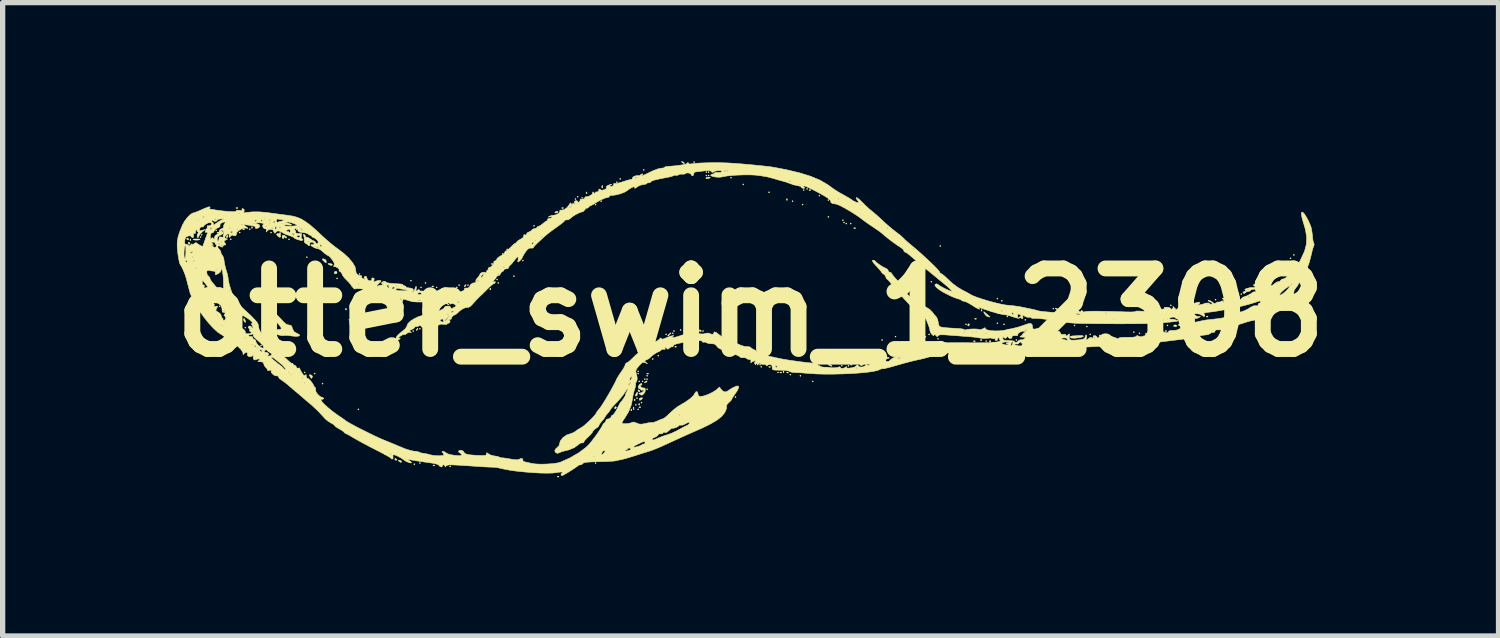
<source format=kicad_pcb>
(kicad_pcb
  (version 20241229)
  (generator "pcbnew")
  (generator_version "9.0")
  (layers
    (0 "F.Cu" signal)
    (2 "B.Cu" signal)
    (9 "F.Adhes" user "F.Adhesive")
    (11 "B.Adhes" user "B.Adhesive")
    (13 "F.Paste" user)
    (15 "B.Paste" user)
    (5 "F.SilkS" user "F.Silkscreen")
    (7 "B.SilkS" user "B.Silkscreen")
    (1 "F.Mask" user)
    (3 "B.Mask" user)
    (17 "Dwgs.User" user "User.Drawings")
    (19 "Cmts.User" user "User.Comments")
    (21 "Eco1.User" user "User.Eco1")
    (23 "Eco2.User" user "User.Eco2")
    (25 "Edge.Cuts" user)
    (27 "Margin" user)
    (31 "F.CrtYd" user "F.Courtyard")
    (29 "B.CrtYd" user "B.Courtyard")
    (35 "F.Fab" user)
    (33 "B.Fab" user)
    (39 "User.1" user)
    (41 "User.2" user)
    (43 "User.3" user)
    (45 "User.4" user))
  (footprint "otter_swim_1_2308"
    (layer "F.Cu")
    (at 11.147 2.862)
    (property "Reference" "otter_swim_1_2308" (at 0 0 0) (layer "F.SilkS") (effects (font (size 1.524 1.524) (thickness 0.3))))
    (attr through_hole)
    (fp_poly (pts (xy -10.393 -1.429) (xy -10.403 -1.418) (xy -10.414 -1.429) (xy -10.403 -1.439) (xy -10.393 -1.429)) (stroke (width 0.01) (type solid)) (fill yes) (layer "F.SilkS"))
    (fp_poly (pts (xy -10.372 -1.471) (xy -10.382 -1.46) (xy -10.393 -1.471) (xy -10.382 -1.482) (xy -10.372 -1.471)) (stroke (width 0.01) (type solid)) (fill yes) (layer "F.SilkS"))
    (fp_poly (pts (xy -10.097 -1.556) (xy -10.107 -1.545) (xy -10.118 -1.556) (xy -10.107 -1.566) (xy -10.097 -1.556)) (stroke (width 0.01) (type solid)) (fill yes) (layer "F.SilkS"))
    (fp_poly (pts (xy -10.033 -0.116) (xy -10.044 -0.106) (xy -10.054 -0.116) (xy -10.044 -0.127) (xy -10.033 -0.116)) (stroke (width 0.01) (type solid)) (fill yes) (layer "F.SilkS"))
    (fp_poly (pts (xy -9.821 -1.386) (xy -9.832 -1.376) (xy -9.842 -1.386) (xy -9.832 -1.397) (xy -9.821 -1.386)) (stroke (width 0.01) (type solid)) (fill yes) (layer "F.SilkS"))
    (fp_poly (pts (xy -9.652 -1.513) (xy -9.663 -1.503) (xy -9.673 -1.513) (xy -9.663 -1.524) (xy -9.652 -1.513)) (stroke (width 0.01) (type solid)) (fill yes) (layer "F.SilkS"))
    (fp_poly (pts (xy -9.546 0.286) (xy -9.557 0.296) (xy -9.567 0.286) (xy -9.557 0.275) (xy -9.546 0.286)) (stroke (width 0.01) (type solid)) (fill yes) (layer "F.SilkS"))
    (fp_poly (pts (xy -9.461 -1.577) (xy -9.472 -1.566) (xy -9.483 -1.577) (xy -9.472 -1.587) (xy -9.461 -1.577)) (stroke (width 0.01) (type solid)) (fill yes) (layer "F.SilkS"))
    (fp_poly (pts (xy -9.25 0.624) (xy -9.26 0.635) (xy -9.271 0.624) (xy -9.26 0.614) (xy -9.25 0.624)) (stroke (width 0.01) (type solid)) (fill yes) (layer "F.SilkS"))
    (fp_poly (pts (xy -9.059 -1.513) (xy -9.07 -1.503) (xy -9.081 -1.513) (xy -9.07 -1.524) (xy -9.059 -1.513)) (stroke (width 0.01) (type solid)) (fill yes) (layer "F.SilkS"))
    (fp_poly (pts (xy -8.932 0.688) (xy -8.943 0.699) (xy -8.954 0.688) (xy -8.943 0.677) (xy -8.932 0.688)) (stroke (width 0.01) (type solid)) (fill yes) (layer "F.SilkS"))
    (fp_poly (pts (xy -8.826 0.773) (xy -8.837 0.783) (xy -8.848 0.773) (xy -8.837 0.762) (xy -8.826 0.773)) (stroke (width 0.01) (type solid)) (fill yes) (layer "F.SilkS"))
    (fp_poly (pts (xy -8.721 -1.386) (xy -8.731 -1.376) (xy -8.742 -1.386) (xy -8.731 -1.397) (xy -8.721 -1.386)) (stroke (width 0.01) (type solid)) (fill yes) (layer "F.SilkS"))
    (fp_poly (pts (xy -8.572 -1.577) (xy -8.583 -1.566) (xy -8.594 -1.577) (xy -8.583 -1.587) (xy -8.572 -1.577)) (stroke (width 0.01) (type solid)) (fill yes) (layer "F.SilkS"))
    (fp_poly (pts (xy -8.424 1.132) (xy -8.435 1.143) (xy -8.445 1.132) (xy -8.435 1.122) (xy -8.424 1.132)) (stroke (width 0.01) (type solid)) (fill yes) (layer "F.SilkS"))
    (fp_poly (pts (xy -8.382 -1.048) (xy -8.393 -1.037) (xy -8.403 -1.048) (xy -8.393 -1.058) (xy -8.382 -1.048)) (stroke (width 0.01) (type solid)) (fill yes) (layer "F.SilkS"))
    (fp_poly (pts (xy -8.234 1.154) (xy -8.244 1.164) (xy -8.255 1.154) (xy -8.244 1.143) (xy -8.234 1.154)) (stroke (width 0.01) (type solid)) (fill yes) (layer "F.SilkS"))
    (fp_poly (pts (xy -8.086 1.344) (xy -8.096 1.355) (xy -8.107 1.344) (xy -8.096 1.333) (xy -8.086 1.344)) (stroke (width 0.01) (type solid)) (fill yes) (layer "F.SilkS"))
    (fp_poly (pts (xy -7.98 0.667) (xy -7.99 0.677) (xy -8.001 0.667) (xy -7.99 0.656) (xy -7.98 0.667)) (stroke (width 0.01) (type solid)) (fill yes) (layer "F.SilkS"))
    (fp_poly (pts (xy -7.811 -0.646) (xy -7.821 -0.635) (xy -7.832 -0.646) (xy -7.821 -0.656) (xy -7.811 -0.646)) (stroke (width 0.01) (type solid)) (fill yes) (layer "F.SilkS"))
    (fp_poly (pts (xy -7.578 0.138) (xy -7.588 0.148) (xy -7.599 0.138) (xy -7.588 0.127) (xy -7.578 0.138)) (stroke (width 0.01) (type solid)) (fill yes) (layer "F.SilkS"))
    (fp_poly (pts (xy -7.408 1.831) (xy -7.419 1.841) (xy -7.429 1.831) (xy -7.419 1.82) (xy -7.408 1.831)) (stroke (width 0.01) (type solid)) (fill yes) (layer "F.SilkS"))
    (fp_poly (pts (xy -7.387 -0.73) (xy -7.398 -0.72) (xy -7.408 -0.73) (xy -7.398 -0.741) (xy -7.387 -0.73)) (stroke (width 0.01) (type solid)) (fill yes) (layer "F.SilkS"))
    (fp_poly (pts (xy -6.795 -0.243) (xy -6.805 -0.233) (xy -6.816 -0.243) (xy -6.805 -0.254) (xy -6.795 -0.243)) (stroke (width 0.01) (type solid)) (fill yes) (layer "F.SilkS"))
    (fp_poly (pts (xy -6.413 -0.603) (xy -6.424 -0.593) (xy -6.435 -0.603) (xy -6.424 -0.614) (xy -6.413 -0.603)) (stroke (width 0.01) (type solid)) (fill yes) (layer "F.SilkS"))
    (fp_poly (pts (xy -6.371 0.349) (xy -6.382 0.36) (xy -6.392 0.349) (xy -6.382 0.339) (xy -6.371 0.349)) (stroke (width 0.01) (type solid)) (fill yes) (layer "F.SilkS"))
    (fp_poly (pts (xy -6.35 2.868) (xy -6.361 2.879) (xy -6.371 2.868) (xy -6.361 2.857) (xy -6.35 2.868)) (stroke (width 0.01) (type solid)) (fill yes) (layer "F.SilkS"))
    (fp_poly (pts (xy -6.244 0.307) (xy -6.255 0.318) (xy -6.265 0.307) (xy -6.255 0.296) (xy -6.244 0.307)) (stroke (width 0.01) (type solid)) (fill yes) (layer "F.SilkS"))
    (fp_poly (pts (xy -6.244 2.847) (xy -6.255 2.857) (xy -6.265 2.847) (xy -6.255 2.836) (xy -6.244 2.847)) (stroke (width 0.01) (type solid)) (fill yes) (layer "F.SilkS"))
    (fp_poly (pts (xy -6.223 -0.476) (xy -6.234 -0.466) (xy -6.244 -0.476) (xy -6.234 -0.487) (xy -6.223 -0.476)) (stroke (width 0.01) (type solid)) (fill yes) (layer "F.SilkS"))
    (fp_poly (pts (xy -6.138 -0.561) (xy -6.149 -0.55) (xy -6.16 -0.561) (xy -6.149 -0.572) (xy -6.138 -0.561)) (stroke (width 0.01) (type solid)) (fill yes) (layer "F.SilkS"))
    (fp_poly (pts (xy -6.011 -0.434) (xy -6.022 -0.423) (xy -6.032 -0.434) (xy -6.022 -0.445) (xy -6.011 -0.434)) (stroke (width 0.01) (type solid)) (fill yes) (layer "F.SilkS"))
    (fp_poly (pts (xy -6.011 0.349) (xy -6.022 0.36) (xy -6.032 0.349) (xy -6.022 0.339) (xy -6.011 0.349)) (stroke (width 0.01) (type solid)) (fill yes) (layer "F.SilkS"))
    (fp_poly (pts (xy -5.969 0.328) (xy -5.98 0.339) (xy -5.99 0.328) (xy -5.98 0.318) (xy -5.969 0.328)) (stroke (width 0.01) (type solid)) (fill yes) (layer "F.SilkS"))
    (fp_poly (pts (xy -5.927 -0.476) (xy -5.937 -0.466) (xy -5.948 -0.476) (xy -5.937 -0.487) (xy -5.927 -0.476)) (stroke (width 0.01) (type solid)) (fill yes) (layer "F.SilkS"))
    (fp_poly (pts (xy -5.673 2.91) (xy -5.683 2.921) (xy -5.694 2.91) (xy -5.683 2.9) (xy -5.673 2.91)) (stroke (width 0.01) (type solid)) (fill yes) (layer "F.SilkS"))
    (fp_poly (pts (xy -5.546 -0.476) (xy -5.556 -0.466) (xy -5.567 -0.476) (xy -5.556 -0.487) (xy -5.546 -0.476)) (stroke (width 0.01) (type solid)) (fill yes) (layer "F.SilkS"))
    (fp_poly (pts (xy -5.503 -0.519) (xy -5.514 -0.508) (xy -5.524 -0.519) (xy -5.514 -0.529) (xy -5.503 -0.519)) (stroke (width 0.01) (type solid)) (fill yes) (layer "F.SilkS"))
    (fp_poly (pts (xy -5.334 -0.519) (xy -5.345 -0.508) (xy -5.355 -0.519) (xy -5.345 -0.529) (xy -5.334 -0.519)) (stroke (width 0.01) (type solid)) (fill yes) (layer "F.SilkS"))
    (fp_poly (pts (xy -4.784 -0.624) (xy -4.794 -0.614) (xy -4.805 -0.624) (xy -4.794 -0.635) (xy -4.784 -0.624)) (stroke (width 0.01) (type solid)) (fill yes) (layer "F.SilkS"))
    (fp_poly (pts (xy -4.763 -0.561) (xy -4.773 -0.55) (xy -4.784 -0.561) (xy -4.773 -0.572) (xy -4.763 -0.561)) (stroke (width 0.01) (type solid)) (fill yes) (layer "F.SilkS"))
    (fp_poly (pts (xy -4.678 -1.111) (xy -4.688 -1.101) (xy -4.699 -1.111) (xy -4.688 -1.122) (xy -4.678 -1.111)) (stroke (width 0.01) (type solid)) (fill yes) (layer "F.SilkS"))
    (fp_poly (pts (xy -4.593 -1.196) (xy -4.604 -1.185) (xy -4.614 -1.196) (xy -4.604 -1.206) (xy -4.593 -1.196)) (stroke (width 0.01) (type solid)) (fill yes) (layer "F.SilkS"))
    (fp_poly (pts (xy -4.466 -0.688) (xy -4.477 -0.677) (xy -4.487 -0.688) (xy -4.477 -0.699) (xy -4.466 -0.688)) (stroke (width 0.01) (type solid)) (fill yes) (layer "F.SilkS"))
    (fp_poly (pts (xy -4.297 -0.984) (xy -4.307 -0.974) (xy -4.318 -0.984) (xy -4.307 -0.995) (xy -4.297 -0.984)) (stroke (width 0.01) (type solid)) (fill yes) (layer "F.SilkS"))
    (fp_poly (pts (xy -4.085 -1.64) (xy -4.096 -1.63) (xy -4.106 -1.64) (xy -4.096 -1.651) (xy -4.085 -1.64)) (stroke (width 0.01) (type solid)) (fill yes) (layer "F.SilkS"))
    (fp_poly (pts (xy -3.302 -2.148) (xy -3.313 -2.138) (xy -3.323 -2.148) (xy -3.313 -2.159) (xy -3.302 -2.148)) (stroke (width 0.01) (type solid)) (fill yes) (layer "F.SilkS"))
    (fp_poly (pts (xy -3.26 -2.191) (xy -3.27 -2.18) (xy -3.281 -2.191) (xy -3.27 -2.201) (xy -3.26 -2.191)) (stroke (width 0.01) (type solid)) (fill yes) (layer "F.SilkS"))
    (fp_poly (pts (xy -3.175 -2.17) (xy -3.186 -2.159) (xy -3.196 -2.17) (xy -3.186 -2.18) (xy -3.175 -2.17)) (stroke (width 0.01) (type solid)) (fill yes) (layer "F.SilkS"))
    (fp_poly (pts (xy -2.921 -2.043) (xy -2.932 -2.032) (xy -2.942 -2.043) (xy -2.932 -2.053) (xy -2.921 -2.043)) (stroke (width 0.01) (type solid)) (fill yes) (layer "F.SilkS"))
    (fp_poly (pts (xy -2.921 2.847) (xy -2.932 2.857) (xy -2.942 2.847) (xy -2.932 2.836) (xy -2.921 2.847)) (stroke (width 0.01) (type solid)) (fill yes) (layer "F.SilkS"))
    (fp_poly (pts (xy -2.815 -2.106) (xy -2.826 -2.095) (xy -2.836 -2.106) (xy -2.826 -2.117) (xy -2.815 -2.106)) (stroke (width 0.01) (type solid)) (fill yes) (layer "F.SilkS"))
    (fp_poly (pts (xy -2.519 -2.466) (xy -2.529 -2.455) (xy -2.54 -2.466) (xy -2.529 -2.477) (xy -2.519 -2.466)) (stroke (width 0.01) (type solid)) (fill yes) (layer "F.SilkS"))
    (fp_poly (pts (xy -2.455 -2.529) (xy -2.466 -2.519) (xy -2.477 -2.529) (xy -2.466 -2.54) (xy -2.455 -2.529)) (stroke (width 0.01) (type solid)) (fill yes) (layer "F.SilkS"))
    (fp_poly (pts (xy -2.159 1.746) (xy -2.17 1.757) (xy -2.18 1.746) (xy -2.17 1.736) (xy -2.159 1.746)) (stroke (width 0.01) (type solid)) (fill yes) (layer "F.SilkS"))
    (fp_poly (pts (xy -2.138 1.619) (xy -2.148 1.63) (xy -2.159 1.619) (xy -2.148 1.609) (xy -2.138 1.619)) (stroke (width 0.01) (type solid)) (fill yes) (layer "F.SilkS"))
    (fp_poly (pts (xy -2.117 1.111) (xy -2.127 1.122) (xy -2.138 1.111) (xy -2.127 1.101) (xy -2.117 1.111)) (stroke (width 0.01) (type solid)) (fill yes) (layer "F.SilkS"))
    (fp_poly (pts (xy -2.117 1.154) (xy -2.127 1.164) (xy -2.138 1.154) (xy -2.127 1.143) (xy -2.117 1.154)) (stroke (width 0.01) (type solid)) (fill yes) (layer "F.SilkS"))
    (fp_poly (pts (xy -2.117 1.831) (xy -2.127 1.841) (xy -2.138 1.831) (xy -2.127 1.82) (xy -2.117 1.831)) (stroke (width 0.01) (type solid)) (fill yes) (layer "F.SilkS"))
    (fp_poly (pts (xy -2.095 1.302) (xy -2.106 1.312) (xy -2.117 1.302) (xy -2.106 1.291) (xy -2.095 1.302)) (stroke (width 0.01) (type solid)) (fill yes) (layer "F.SilkS"))
    (fp_poly (pts (xy -2.053 1.704) (xy -2.064 1.714) (xy -2.074 1.704) (xy -2.064 1.693) (xy -2.053 1.704)) (stroke (width 0.01) (type solid)) (fill yes) (layer "F.SilkS"))
    (fp_poly (pts (xy -2.032 1.302) (xy -2.043 1.312) (xy -2.053 1.302) (xy -2.043 1.291) (xy -2.032 1.302)) (stroke (width 0.01) (type solid)) (fill yes) (layer "F.SilkS"))
    (fp_poly (pts (xy -2.011 -2.699) (xy -2.021 -2.688) (xy -2.032 -2.699) (xy -2.021 -2.709) (xy -2.011 -2.699)) (stroke (width 0.01) (type solid)) (fill yes) (layer "F.SilkS"))
    (fp_poly (pts (xy -1.99 1.259) (xy -2 1.27) (xy -2.011 1.259) (xy -2 1.249) (xy -1.99 1.259)) (stroke (width 0.01) (type solid)) (fill yes) (layer "F.SilkS"))
    (fp_poly (pts (xy -1.947 1.196) (xy -1.958 1.206) (xy -1.968 1.196) (xy -1.958 1.185) (xy -1.947 1.196)) (stroke (width 0.01) (type solid)) (fill yes) (layer "F.SilkS"))
    (fp_poly (pts (xy -1.947 1.259) (xy -1.958 1.27) (xy -1.968 1.259) (xy -1.958 1.249) (xy -1.947 1.259)) (stroke (width 0.01) (type solid)) (fill yes) (layer "F.SilkS"))
    (fp_poly (pts (xy -1.947 1.45) (xy -1.958 1.46) (xy -1.968 1.45) (xy -1.958 1.439) (xy -1.947 1.45)) (stroke (width 0.01) (type solid)) (fill yes) (layer "F.SilkS"))
    (fp_poly (pts (xy -1.841 0.878) (xy -1.852 0.889) (xy -1.863 0.878) (xy -1.852 0.868) (xy -1.841 0.878)) (stroke (width 0.01) (type solid)) (fill yes) (layer "F.SilkS"))
    (fp_poly (pts (xy -1.736 0.815) (xy -1.746 0.826) (xy -1.757 0.815) (xy -1.746 0.804) (xy -1.736 0.815)) (stroke (width 0.01) (type solid)) (fill yes) (layer "F.SilkS"))
    (fp_poly (pts (xy -1.587 0.413) (xy -1.598 0.423) (xy -1.609 0.413) (xy -1.598 0.402) (xy -1.587 0.413)) (stroke (width 0.01) (type solid)) (fill yes) (layer "F.SilkS"))
    (fp_poly (pts (xy -1.46 0.392) (xy -1.471 0.402) (xy -1.482 0.392) (xy -1.471 0.381) (xy -1.46 0.392)) (stroke (width 0.01) (type solid)) (fill yes) (layer "F.SilkS"))
    (fp_poly (pts (xy -1.439 0.349) (xy -1.45 0.36) (xy -1.46 0.349) (xy -1.45 0.339) (xy -1.439 0.349)) (stroke (width 0.01) (type solid)) (fill yes) (layer "F.SilkS"))
    (fp_poly (pts (xy -1.312 0.328) (xy -1.323 0.339) (xy -1.333 0.328) (xy -1.323 0.318) (xy -1.312 0.328)) (stroke (width 0.01) (type solid)) (fill yes) (layer "F.SilkS"))
    (fp_poly (pts (xy -1.249 0.349) (xy -1.259 0.36) (xy -1.27 0.349) (xy -1.259 0.339) (xy -1.249 0.349)) (stroke (width 0.01) (type solid)) (fill yes) (layer "F.SilkS"))
    (fp_poly (pts (xy -1.058 -2.847) (xy -1.069 -2.836) (xy -1.079 -2.847) (xy -1.069 -2.857) (xy -1.058 -2.847)) (stroke (width 0.01) (type solid)) (fill yes) (layer "F.SilkS"))
    (fp_poly (pts (xy -0.889 0.349) (xy -0.9 0.36) (xy -0.91 0.349) (xy -0.9 0.339) (xy -0.889 0.349)) (stroke (width 0.01) (type solid)) (fill yes) (layer "F.SilkS"))
    (fp_poly (pts (xy -0.826 -2.656) (xy -0.836 -2.646) (xy -0.847 -2.656) (xy -0.836 -2.667) (xy -0.826 -2.656)) (stroke (width 0.01) (type solid)) (fill yes) (layer "F.SilkS"))
    (fp_poly (pts (xy -0.826 -2.593) (xy -0.836 -2.582) (xy -0.847 -2.593) (xy -0.836 -2.603) (xy -0.826 -2.593)) (stroke (width 0.01) (type solid)) (fill yes) (layer "F.SilkS"))
    (fp_poly (pts (xy -0.783 -2.656) (xy -0.794 -2.646) (xy -0.804 -2.656) (xy -0.794 -2.667) (xy -0.783 -2.656)) (stroke (width 0.01) (type solid)) (fill yes) (layer "F.SilkS"))
    (fp_poly (pts (xy -0.783 -2.593) (xy -0.794 -2.582) (xy -0.804 -2.593) (xy -0.794 -2.603) (xy -0.783 -2.593)) (stroke (width 0.01) (type solid)) (fill yes) (layer "F.SilkS"))
    (fp_poly (pts (xy -0.36 -2.551) (xy -0.37 -2.54) (xy -0.381 -2.551) (xy -0.37 -2.561) (xy -0.36 -2.551)) (stroke (width 0.01) (type solid)) (fill yes) (layer "F.SilkS"))
    (fp_poly (pts (xy -0.275 1.598) (xy -0.286 1.609) (xy -0.296 1.598) (xy -0.286 1.587) (xy -0.275 1.598)) (stroke (width 0.01) (type solid)) (fill yes) (layer "F.SilkS"))
    (fp_poly (pts (xy -0.127 -2.424) (xy -0.138 -2.413) (xy -0.148 -2.424) (xy -0.138 -2.434) (xy -0.127 -2.424)) (stroke (width 0.01) (type solid)) (fill yes) (layer "F.SilkS"))
    (fp_poly (pts (xy 0.148 0.54) (xy 0.138 0.55) (xy 0.127 0.54) (xy 0.138 0.529) (xy 0.148 0.54)) (stroke (width 0.01) (type solid)) (fill yes) (layer "F.SilkS"))
    (fp_poly (pts (xy 0.191 0.984) (xy 0.18 0.995) (xy 0.169 0.984) (xy 0.18 0.974) (xy 0.191 0.984)) (stroke (width 0.01) (type solid)) (fill yes) (layer "F.SilkS"))
    (fp_poly (pts (xy 0.212 1.027) (xy 0.201 1.037) (xy 0.191 1.027) (xy 0.201 1.016) (xy 0.212 1.027)) (stroke (width 0.01) (type solid)) (fill yes) (layer "F.SilkS"))
    (fp_poly (pts (xy 0.36 -2.275) (xy 0.349 -2.265) (xy 0.339 -2.275) (xy 0.349 -2.286) (xy 0.36 -2.275)) (stroke (width 0.01) (type solid)) (fill yes) (layer "F.SilkS"))
    (fp_poly (pts (xy 0.529 1.132) (xy 0.519 1.143) (xy 0.508 1.132) (xy 0.519 1.122) (xy 0.529 1.132)) (stroke (width 0.01) (type solid)) (fill yes) (layer "F.SilkS"))
    (fp_poly (pts (xy 0.762 1.175) (xy 0.751 1.185) (xy 0.741 1.175) (xy 0.751 1.164) (xy 0.762 1.175)) (stroke (width 0.01) (type solid)) (fill yes) (layer "F.SilkS"))
    (fp_poly (pts (xy 0.804 -2.106) (xy 0.794 -2.095) (xy 0.783 -2.106) (xy 0.794 -2.117) (xy 0.804 -2.106)) (stroke (width 0.01) (type solid)) (fill yes) (layer "F.SilkS"))
    (fp_poly (pts (xy 0.953 1.196) (xy 0.942 1.206) (xy 0.931 1.196) (xy 0.942 1.185) (xy 0.953 1.196)) (stroke (width 0.01) (type solid)) (fill yes) (layer "F.SilkS"))
    (fp_poly (pts (xy 0.995 -2.043) (xy 0.984 -2.032) (xy 0.974 -2.043) (xy 0.984 -2.053) (xy 0.995 -2.043)) (stroke (width 0.01) (type solid)) (fill yes) (layer "F.SilkS"))
    (fp_poly (pts (xy 1.016 -2.318) (xy 1.005 -2.307) (xy 0.995 -2.318) (xy 1.005 -2.328) (xy 1.016 -2.318)) (stroke (width 0.01) (type solid)) (fill yes) (layer "F.SilkS"))
    (fp_poly (pts (xy 1.079 -2.339) (xy 1.069 -2.328) (xy 1.058 -2.339) (xy 1.069 -2.349) (xy 1.079 -2.339)) (stroke (width 0.01) (type solid)) (fill yes) (layer "F.SilkS"))
    (fp_poly (pts (xy 1.185 1.302) (xy 1.175 1.312) (xy 1.164 1.302) (xy 1.175 1.291) (xy 1.185 1.302)) (stroke (width 0.01) (type solid)) (fill yes) (layer "F.SilkS"))
    (fp_poly (pts (xy 1.312 -2.212) (xy 1.302 -2.201) (xy 1.291 -2.212) (xy 1.302 -2.223) (xy 1.312 -2.212)) (stroke (width 0.01) (type solid)) (fill yes) (layer "F.SilkS"))
    (fp_poly (pts (xy 1.482 -2.127) (xy 1.471 -2.117) (xy 1.46 -2.127) (xy 1.471 -2.138) (xy 1.482 -2.127)) (stroke (width 0.01) (type solid)) (fill yes) (layer "F.SilkS"))
    (fp_poly (pts (xy 1.482 -1.81) (xy 1.471 -1.799) (xy 1.46 -1.81) (xy 1.471 -1.82) (xy 1.482 -1.81)) (stroke (width 0.01) (type solid)) (fill yes) (layer "F.SilkS"))
    (fp_poly (pts (xy 1.736 1.005) (xy 1.725 1.016) (xy 1.714 1.005) (xy 1.725 0.995) (xy 1.736 1.005)) (stroke (width 0.01) (type solid)) (fill yes) (layer "F.SilkS"))
    (fp_poly (pts (xy 1.757 -1.746) (xy 1.746 -1.736) (xy 1.736 -1.746) (xy 1.746 -1.757) (xy 1.757 -1.746)) (stroke (width 0.01) (type solid)) (fill yes) (layer "F.SilkS"))
    (fp_poly (pts (xy 1.778 -1.704) (xy 1.767 -1.693) (xy 1.757 -1.704) (xy 1.767 -1.714) (xy 1.778 -1.704)) (stroke (width 0.01) (type solid)) (fill yes) (layer "F.SilkS"))
    (fp_poly (pts (xy 1.799 0.963) (xy 1.789 0.974) (xy 1.778 0.963) (xy 1.789 0.953) (xy 1.799 0.963)) (stroke (width 0.01) (type solid)) (fill yes) (layer "F.SilkS"))
    (fp_poly (pts (xy 1.82 -1.683) (xy 1.81 -1.672) (xy 1.799 -1.683) (xy 1.81 -1.693) (xy 1.82 -1.683)) (stroke (width 0.01) (type solid)) (fill yes) (layer "F.SilkS"))
    (fp_poly (pts (xy 1.863 1.005) (xy 1.852 1.016) (xy 1.841 1.005) (xy 1.852 0.995) (xy 1.863 1.005)) (stroke (width 0.01) (type solid)) (fill yes) (layer "F.SilkS"))
    (fp_poly (pts (xy 1.905 -1.683) (xy 1.894 -1.672) (xy 1.884 -1.683) (xy 1.894 -1.693) (xy 1.905 -1.683)) (stroke (width 0.01) (type solid)) (fill yes) (layer "F.SilkS"))
    (fp_poly (pts (xy 1.968 0.963) (xy 1.958 0.974) (xy 1.947 0.963) (xy 1.958 0.953) (xy 1.968 0.963)) (stroke (width 0.01) (type solid)) (fill yes) (layer "F.SilkS"))
    (fp_poly (pts (xy 2.011 0.942) (xy 2 0.953) (xy 1.99 0.942) (xy 2 0.931) (xy 2.011 0.942)) (stroke (width 0.01) (type solid)) (fill yes) (layer "F.SilkS"))
    (fp_poly (pts (xy 2.498 0.519) (xy 2.487 0.529) (xy 2.477 0.519) (xy 2.487 0.508) (xy 2.498 0.519)) (stroke (width 0.01) (type solid)) (fill yes) (layer "F.SilkS"))
    (fp_poly (pts (xy 2.752 0.455) (xy 2.741 0.466) (xy 2.731 0.455) (xy 2.741 0.445) (xy 2.752 0.455)) (stroke (width 0.01) (type solid)) (fill yes) (layer "F.SilkS"))
    (fp_poly (pts (xy 2.815 0.709) (xy 2.805 0.72) (xy 2.794 0.709) (xy 2.805 0.699) (xy 2.815 0.709)) (stroke (width 0.01) (type solid)) (fill yes) (layer "F.SilkS"))
    (fp_poly (pts (xy 2.963 0.794) (xy 2.953 0.804) (xy 2.942 0.794) (xy 2.953 0.783) (xy 2.963 0.794)) (stroke (width 0.01) (type solid)) (fill yes) (layer "F.SilkS"))
    (fp_poly (pts (xy 3.133 -0.307) (xy 3.122 -0.296) (xy 3.111 -0.307) (xy 3.122 -0.318) (xy 3.133 -0.307)) (stroke (width 0.01) (type solid)) (fill yes) (layer "F.SilkS"))
    (fp_poly (pts (xy 3.133 0.688) (xy 3.122 0.699) (xy 3.111 0.688) (xy 3.122 0.677) (xy 3.133 0.688)) (stroke (width 0.01) (type solid)) (fill yes) (layer "F.SilkS"))
    (fp_poly (pts (xy 3.175 -0.265) (xy 3.164 -0.254) (xy 3.154 -0.265) (xy 3.164 -0.275) (xy 3.175 -0.265)) (stroke (width 0.01) (type solid)) (fill yes) (layer "F.SilkS"))
    (fp_poly (pts (xy 3.387 0.413) (xy 3.376 0.423) (xy 3.365 0.413) (xy 3.376 0.402) (xy 3.387 0.413)) (stroke (width 0.01) (type solid)) (fill yes) (layer "F.SilkS"))
    (fp_poly (pts (xy 3.429 -0.582) (xy 3.418 -0.572) (xy 3.408 -0.582) (xy 3.418 -0.593) (xy 3.429 -0.582)) (stroke (width 0.01) (type solid)) (fill yes) (layer "F.SilkS"))
    (fp_poly (pts (xy 3.556 0.497) (xy 3.545 0.508) (xy 3.535 0.497) (xy 3.545 0.487) (xy 3.556 0.497)) (stroke (width 0.01) (type solid)) (fill yes) (layer "F.SilkS"))
    (fp_poly (pts (xy 3.598 -1.259) (xy 3.588 -1.249) (xy 3.577 -1.259) (xy 3.588 -1.27) (xy 3.598 -1.259)) (stroke (width 0.01) (type solid)) (fill yes) (layer "F.SilkS"))
    (fp_poly (pts (xy 3.683 0.794) (xy 3.672 0.804) (xy 3.662 0.794) (xy 3.672 0.783) (xy 3.683 0.794)) (stroke (width 0.01) (type solid)) (fill yes) (layer "F.SilkS"))
    (fp_poly (pts (xy 4.085 0.222) (xy 4.075 0.233) (xy 4.064 0.222) (xy 4.075 0.212) (xy 4.085 0.222)) (stroke (width 0.01) (type solid)) (fill yes) (layer "F.SilkS"))
    (fp_poly (pts (xy 4.466 0.54) (xy 4.456 0.55) (xy 4.445 0.54) (xy 4.456 0.529) (xy 4.466 0.54)) (stroke (width 0.01) (type solid)) (fill yes) (layer "F.SilkS"))
    (fp_poly (pts (xy 4.678 -0.265) (xy 4.667 -0.254) (xy 4.657 -0.265) (xy 4.667 -0.275) (xy 4.678 -0.265)) (stroke (width 0.01) (type solid)) (fill yes) (layer "F.SilkS"))
    (fp_poly (pts (xy 4.678 0.201) (xy 4.667 0.212) (xy 4.657 0.201) (xy 4.667 0.191) (xy 4.678 0.201)) (stroke (width 0.01) (type solid)) (fill yes) (layer "F.SilkS"))
    (fp_poly (pts (xy 4.763 -0.222) (xy 4.752 -0.212) (xy 4.741 -0.222) (xy 4.752 -0.233) (xy 4.763 -0.222)) (stroke (width 0.01) (type solid)) (fill yes) (layer "F.SilkS"))
    (fp_poly (pts (xy 4.805 0.222) (xy 4.794 0.233) (xy 4.784 0.222) (xy 4.794 0.212) (xy 4.805 0.222)) (stroke (width 0.01) (type solid)) (fill yes) (layer "F.SilkS"))
    (fp_poly (pts (xy 4.868 0.074) (xy 4.858 0.085) (xy 4.847 0.074) (xy 4.858 0.064) (xy 4.868 0.074)) (stroke (width 0.01) (type solid)) (fill yes) (layer "F.SilkS"))
    (fp_poly (pts (xy 5.038 0.519) (xy 5.027 0.529) (xy 5.016 0.519) (xy 5.027 0.508) (xy 5.038 0.519)) (stroke (width 0.01) (type solid)) (fill yes) (layer "F.SilkS"))
    (fp_poly (pts (xy 5.207 0.138) (xy 5.196 0.148) (xy 5.186 0.138) (xy 5.196 0.127) (xy 5.207 0.138)) (stroke (width 0.01) (type solid)) (fill yes) (layer "F.SilkS"))
    (fp_poly (pts (xy 5.736 -0.074) (xy 5.726 -0.064) (xy 5.715 -0.074) (xy 5.726 -0.085) (xy 5.736 -0.074)) (stroke (width 0.01) (type solid)) (fill yes) (layer "F.SilkS"))
    (fp_poly (pts (xy 6.138 0.243) (xy 6.128 0.254) (xy 6.117 0.243) (xy 6.128 0.233) (xy 6.138 0.243)) (stroke (width 0.01) (type solid)) (fill yes) (layer "F.SilkS"))
    (fp_poly (pts (xy 6.371 0.265) (xy 6.361 0.275) (xy 6.35 0.265) (xy 6.361 0.254) (xy 6.371 0.265)) (stroke (width 0.01) (type solid)) (fill yes) (layer "F.SilkS"))
    (fp_poly (pts (xy 6.435 0.413) (xy 6.424 0.423) (xy 6.413 0.413) (xy 6.424 0.402) (xy 6.435 0.413)) (stroke (width 0.01) (type solid)) (fill yes) (layer "F.SilkS"))
    (fp_poly (pts (xy 6.604 0.476) (xy 6.593 0.487) (xy 6.583 0.476) (xy 6.593 0.466) (xy 6.604 0.476)) (stroke (width 0.01) (type solid)) (fill yes) (layer "F.SilkS"))
    (fp_poly (pts (xy 7.26 0.37) (xy 7.25 0.381) (xy 7.239 0.37) (xy 7.25 0.36) (xy 7.26 0.37)) (stroke (width 0.01) (type solid)) (fill yes) (layer "F.SilkS"))
    (fp_poly (pts (xy 7.366 0.392) (xy 7.355 0.402) (xy 7.345 0.392) (xy 7.355 0.381) (xy 7.366 0.392)) (stroke (width 0.01) (type solid)) (fill yes) (layer "F.SilkS"))
    (fp_poly (pts (xy 7.895 0.243) (xy 7.885 0.254) (xy 7.874 0.243) (xy 7.885 0.233) (xy 7.895 0.243)) (stroke (width 0.01) (type solid)) (fill yes) (layer "F.SilkS"))
    (fp_poly (pts (xy 7.959 -0.138) (xy 7.948 -0.127) (xy 7.938 -0.138) (xy 7.948 -0.148) (xy 7.959 -0.138)) (stroke (width 0.01) (type solid)) (fill yes) (layer "F.SilkS"))
    (fp_poly (pts (xy 8.319 -0.159) (xy 8.308 -0.148) (xy 8.297 -0.159) (xy 8.308 -0.169) (xy 8.319 -0.159)) (stroke (width 0.01) (type solid)) (fill yes) (layer "F.SilkS"))
    (fp_poly (pts (xy 8.403 0.138) (xy 8.393 0.148) (xy 8.382 0.138) (xy 8.393 0.127) (xy 8.403 0.138)) (stroke (width 0.01) (type solid)) (fill yes) (layer "F.SilkS"))
    (fp_poly (pts (xy 8.805 -0.243) (xy 8.795 -0.233) (xy 8.784 -0.243) (xy 8.795 -0.254) (xy 8.805 -0.243)) (stroke (width 0.01) (type solid)) (fill yes) (layer "F.SilkS"))
    (fp_poly (pts (xy 9.292 -0.349) (xy 9.282 -0.339) (xy 9.271 -0.349) (xy 9.282 -0.36) (xy 9.292 -0.349)) (stroke (width 0.01) (type solid)) (fill yes) (layer "F.SilkS"))
    (fp_poly (pts (xy 10.223 -1.027) (xy 10.213 -1.016) (xy 10.202 -1.027) (xy 10.213 -1.037) (xy 10.223 -1.027)) (stroke (width 0.01) (type solid)) (fill yes) (layer "F.SilkS"))
    (fp_poly (pts (xy 10.287 -1.09) (xy 10.276 -1.079) (xy 10.266 -1.09) (xy 10.276 -1.101) (xy 10.287 -1.09)) (stroke (width 0.01) (type solid)) (fill yes) (layer "F.SilkS"))
    (fp_poly (pts (xy 10.541 -0.688) (xy 10.53 -0.677) (xy 10.52 -0.688) (xy 10.53 -0.699) (xy 10.541 -0.688)) (stroke (width 0.01) (type solid)) (fill yes) (layer "F.SilkS"))
    (fp_poly (pts (xy -10.59 -1.39) (xy -10.588 -1.365) (xy -10.59 -1.362) (xy -10.603 -1.365) (xy -10.604 -1.376) (xy -10.597 -1.393) (xy -10.59 -1.39)) (stroke (width 0.01) (type solid)) (fill yes) (layer "F.SilkS"))
    (fp_poly (pts (xy -10.061 -1.517) (xy -10.064 -1.504) (xy -10.075 -1.503) (xy -10.093 -1.511) (xy -10.089 -1.517) (xy -10.064 -1.519) (xy -10.061 -1.517)) (stroke (width 0.01) (type solid)) (fill yes) (layer "F.SilkS"))
    (fp_poly (pts (xy -9.723 0.176) (xy -9.72 0.202) (xy -9.723 0.205) (xy -9.735 0.202) (xy -9.737 0.191) (xy -9.729 0.173) (xy -9.723 0.176)) (stroke (width 0.01) (type solid)) (fill yes) (layer "F.SilkS"))
    (fp_poly (pts (xy -9.701 -1.983) (xy -9.704 -1.97) (xy -9.716 -1.968) (xy -9.733 -1.976) (xy -9.73 -1.983) (xy -9.704 -1.985) (xy -9.701 -1.983)) (stroke (width 0.01) (type solid)) (fill yes) (layer "F.SilkS"))
    (fp_poly (pts (xy -9.574 -1.58) (xy -9.577 -1.568) (xy -9.588 -1.566) (xy -9.606 -1.574) (xy -9.603 -1.58) (xy -9.577 -1.583) (xy -9.574 -1.58)) (stroke (width 0.01) (type solid)) (fill yes) (layer "F.SilkS"))
    (fp_poly (pts (xy -9.426 -1.623) (xy -9.424 -1.598) (xy -9.426 -1.595) (xy -9.439 -1.597) (xy -9.44 -1.609) (xy -9.433 -1.626) (xy -9.426 -1.623)) (stroke (width 0.01) (type solid)) (fill yes) (layer "F.SilkS"))
    (fp_poly (pts (xy -8.812 0.706) (xy -8.81 0.731) (xy -8.812 0.734) (xy -8.825 0.731) (xy -8.826 0.72) (xy -8.819 0.702) (xy -8.812 0.706)) (stroke (width 0.01) (type solid)) (fill yes) (layer "F.SilkS"))
    (fp_poly (pts (xy -7.648 -0.078) (xy -7.646 -0.052) (xy -7.648 -0.049) (xy -7.661 -0.052) (xy -7.662 -0.064) (xy -7.655 -0.081) (xy -7.648 -0.078)) (stroke (width 0.01) (type solid)) (fill yes) (layer "F.SilkS"))
    (fp_poly (pts (xy -5.997 -0.501) (xy -6 -0.488) (xy -6.011 -0.487) (xy -6.029 -0.495) (xy -6.025 -0.501) (xy -6 -0.503) (xy -5.997 -0.501)) (stroke (width 0.01) (type solid)) (fill yes) (layer "F.SilkS"))
    (fp_poly (pts (xy -5.976 2.886) (xy -5.979 2.898) (xy -5.99 2.9) (xy -6.008 2.892) (xy -6.004 2.886) (xy -5.979 2.883) (xy -5.976 2.886)) (stroke (width 0.01) (type solid)) (fill yes) (layer "F.SilkS"))
    (fp_poly (pts (xy -5.828 -0.437) (xy -5.825 -0.412) (xy -5.828 -0.409) (xy -5.84 -0.412) (xy -5.842 -0.423) (xy -5.834 -0.441) (xy -5.828 -0.437)) (stroke (width 0.01) (type solid)) (fill yes) (layer "F.SilkS"))
    (fp_poly (pts (xy -4.918 -0.459) (xy -4.915 -0.433) (xy -4.918 -0.43) (xy -4.93 -0.433) (xy -4.932 -0.445) (xy -4.924 -0.462) (xy -4.918 -0.459)) (stroke (width 0.01) (type solid)) (fill yes) (layer "F.SilkS"))
    (fp_poly (pts (xy -4.875 -0.924) (xy -4.878 -0.912) (xy -4.889 -0.91) (xy -4.907 -0.918) (xy -4.904 -0.924) (xy -4.878 -0.927) (xy -4.875 -0.924)) (stroke (width 0.01) (type solid)) (fill yes) (layer "F.SilkS"))
    (fp_poly (pts (xy -3.627 3.097) (xy -3.629 3.11) (xy -3.641 3.111) (xy -3.658 3.104) (xy -3.655 3.097) (xy -3.63 3.095) (xy -3.627 3.097)) (stroke (width 0.01) (type solid)) (fill yes) (layer "F.SilkS"))
    (fp_poly (pts (xy -3.542 -1.983) (xy -3.545 -1.97) (xy -3.556 -1.968) (xy -3.573 -1.976) (xy -3.57 -1.983) (xy -3.545 -1.985) (xy -3.542 -1.983)) (stroke (width 0.01) (type solid)) (fill yes) (layer "F.SilkS"))
    (fp_poly (pts (xy -3.097 -2.279) (xy -3.095 -2.254) (xy -3.097 -2.251) (xy -3.11 -2.254) (xy -3.111 -2.265) (xy -3.104 -2.282) (xy -3.097 -2.279)) (stroke (width 0.01) (type solid)) (fill yes) (layer "F.SilkS"))
    (fp_poly (pts (xy -2.801 -2.396) (xy -2.798 -2.363) (xy -2.802 -2.355) (xy -2.812 -2.362) (xy -2.813 -2.383) (xy -2.808 -2.406) (xy -2.801 -2.396)) (stroke (width 0.01) (type solid)) (fill yes) (layer "F.SilkS"))
    (fp_poly (pts (xy -2.251 1.827) (xy -2.248 1.853) (xy -2.251 1.856) (xy -2.263 1.853) (xy -2.265 1.841) (xy -2.257 1.824) (xy -2.251 1.827)) (stroke (width 0.01) (type solid)) (fill yes) (layer "F.SilkS"))
    (fp_poly (pts (xy -2.208 1.795) (xy -2.206 1.828) (xy -2.21 1.836) (xy -2.219 1.829) (xy -2.221 1.808) (xy -2.216 1.785) (xy -2.208 1.795)) (stroke (width 0.01) (type solid)) (fill yes) (layer "F.SilkS"))
    (fp_poly (pts (xy -2.187 1.637) (xy -2.185 1.662) (xy -2.187 1.665) (xy -2.2 1.662) (xy -2.201 1.651) (xy -2.194 1.634) (xy -2.187 1.637)) (stroke (width 0.01) (type solid)) (fill yes) (layer "F.SilkS"))
    (fp_poly (pts (xy -2.103 1.722) (xy -2.1 1.747) (xy -2.103 1.75) (xy -2.115 1.747) (xy -2.117 1.736) (xy -2.109 1.718) (xy -2.103 1.722)) (stroke (width 0.01) (type solid)) (fill yes) (layer "F.SilkS"))
    (fp_poly (pts (xy -2.081 1.785) (xy -2.084 1.798) (xy -2.095 1.799) (xy -2.113 1.791) (xy -2.11 1.785) (xy -2.084 1.783) (xy -2.081 1.785)) (stroke (width 0.01) (type solid)) (fill yes) (layer "F.SilkS"))
    (fp_poly (pts (xy -1.933 1.15) (xy -1.936 1.163) (xy -1.947 1.164) (xy -1.965 1.156) (xy -1.961 1.15) (xy -1.936 1.148) (xy -1.933 1.15)) (stroke (width 0.01) (type solid)) (fill yes) (layer "F.SilkS"))
    (fp_poly (pts (xy -1.404 0.642) (xy -1.407 0.655) (xy -1.418 0.656) (xy -1.436 0.648) (xy -1.432 0.642) (xy -1.407 0.64) (xy -1.404 0.642)) (stroke (width 0.01) (type solid)) (fill yes) (layer "F.SilkS"))
    (fp_poly (pts (xy 0.374 1.023) (xy 0.371 1.036) (xy 0.36 1.037) (xy 0.342 1.029) (xy 0.346 1.023) (xy 0.371 1.021) (xy 0.374 1.023)) (stroke (width 0.01) (type solid)) (fill yes) (layer "F.SilkS"))
    (fp_poly (pts (xy 0.586 1.129) (xy 0.583 1.141) (xy 0.572 1.143) (xy 0.554 1.135) (xy 0.557 1.129) (xy 0.583 1.126) (xy 0.586 1.129)) (stroke (width 0.01) (type solid)) (fill yes) (layer "F.SilkS"))
    (fp_poly (pts (xy 0.628 1.108) (xy 0.63 1.133) (xy 0.628 1.136) (xy 0.615 1.133) (xy 0.614 1.122) (xy 0.622 1.104) (xy 0.628 1.108)) (stroke (width 0.01) (type solid)) (fill yes) (layer "F.SilkS"))
    (fp_poly (pts (xy 0.691 -2.152) (xy 0.694 -2.127) (xy 0.691 -2.124) (xy 0.679 -2.127) (xy 0.677 -2.138) (xy 0.685 -2.155) (xy 0.691 -2.152)) (stroke (width 0.01) (type solid)) (fill yes) (layer "F.SilkS"))
    (fp_poly (pts (xy 0.713 1.129) (xy 0.71 1.141) (xy 0.699 1.143) (xy 0.681 1.135) (xy 0.684 1.129) (xy 0.71 1.126) (xy 0.713 1.129)) (stroke (width 0.01) (type solid)) (fill yes) (layer "F.SilkS"))
    (fp_poly (pts (xy 1.136 -2.321) (xy 1.133 -2.309) (xy 1.122 -2.307) (xy 1.104 -2.315) (xy 1.108 -2.321) (xy 1.133 -2.324) (xy 1.136 -2.321)) (stroke (width 0.01) (type solid)) (fill yes) (layer "F.SilkS"))
    (fp_poly (pts (xy 1.919 0.981) (xy 1.916 0.993) (xy 1.905 0.995) (xy 1.888 0.987) (xy 1.891 0.981) (xy 1.916 0.978) (xy 1.919 0.981)) (stroke (width 0.01) (type solid)) (fill yes) (layer "F.SilkS"))
    (fp_poly (pts (xy 1.983 -1.602) (xy 1.98 -1.589) (xy 1.968 -1.587) (xy 1.951 -1.595) (xy 1.954 -1.602) (xy 1.98 -1.604) (xy 1.983 -1.602)) (stroke (width 0.01) (type solid)) (fill yes) (layer "F.SilkS"))
    (fp_poly (pts (xy 3.316 0.452) (xy 3.313 0.464) (xy 3.302 0.466) (xy 3.285 0.458) (xy 3.288 0.452) (xy 3.313 0.449) (xy 3.316 0.452)) (stroke (width 0.01) (type solid)) (fill yes) (layer "F.SilkS"))
    (fp_poly (pts (xy 4.12 0.769) (xy 4.123 0.794) (xy 4.12 0.797) (xy 4.108 0.794) (xy 4.106 0.783) (xy 4.114 0.766) (xy 4.12 0.769)) (stroke (width 0.01) (type solid)) (fill yes) (layer "F.SilkS"))
    (fp_poly (pts (xy 4.247 0.536) (xy 4.245 0.549) (xy 4.233 0.55) (xy 4.216 0.543) (xy 4.219 0.536) (xy 4.244 0.534) (xy 4.247 0.536)) (stroke (width 0.01) (type solid)) (fill yes) (layer "F.SilkS"))
    (fp_poly (pts (xy 4.269 0.113) (xy 4.266 0.125) (xy 4.255 0.127) (xy 4.237 0.119) (xy 4.24 0.113) (xy 4.266 0.11) (xy 4.269 0.113)) (stroke (width 0.01) (type solid)) (fill yes) (layer "F.SilkS"))
    (fp_poly (pts (xy 4.269 0.769) (xy 4.266 0.782) (xy 4.255 0.783) (xy 4.237 0.775) (xy 4.24 0.769) (xy 4.266 0.767) (xy 4.269 0.769)) (stroke (width 0.01) (type solid)) (fill yes) (layer "F.SilkS"))
    (fp_poly (pts (xy 4.374 -0.056) (xy 4.377 -0.031) (xy 4.374 -0.028) (xy 4.362 -0.031) (xy 4.36 -0.042) (xy 4.368 -0.06) (xy 4.374 -0.056)) (stroke (width 0.01) (type solid)) (fill yes) (layer "F.SilkS"))
    (fp_poly (pts (xy 4.374 0.515) (xy 4.372 0.528) (xy 4.36 0.529) (xy 4.343 0.521) (xy 4.346 0.515) (xy 4.371 0.513) (xy 4.374 0.515)) (stroke (width 0.01) (type solid)) (fill yes) (layer "F.SilkS"))
    (fp_poly (pts (xy 4.544 0.536) (xy 4.541 0.549) (xy 4.53 0.55) (xy 4.512 0.543) (xy 4.516 0.536) (xy 4.541 0.534) (xy 4.544 0.536)) (stroke (width 0.01) (type solid)) (fill yes) (layer "F.SilkS"))
    (fp_poly (pts (xy 5.835 0.684) (xy 5.837 0.71) (xy 5.835 0.713) (xy 5.822 0.71) (xy 5.821 0.699) (xy 5.829 0.681) (xy 5.835 0.684)) (stroke (width 0.01) (type solid)) (fill yes) (layer "F.SilkS"))
    (fp_poly (pts (xy 7.867 0.346) (xy 7.864 0.358) (xy 7.853 0.36) (xy 7.835 0.352) (xy 7.839 0.346) (xy 7.864 0.343) (xy 7.867 0.346)) (stroke (width 0.01) (type solid)) (fill yes) (layer "F.SilkS"))
    (fp_poly (pts (xy 8.65 0.071) (xy 8.647 0.083) (xy 8.636 0.085) (xy 8.619 0.077) (xy 8.622 0.071) (xy 8.647 0.068) (xy 8.65 0.071)) (stroke (width 0.01) (type solid)) (fill yes) (layer "F.SilkS"))
    (fp_poly (pts (xy -7.834 -0.777) (xy -7.822 -0.764) (xy -7.828 -0.742) (xy -7.842 -0.733) (xy -7.87 -0.736) (xy -7.874 -0.752) (xy -7.861 -0.78) (xy -7.834 -0.777)) (stroke (width 0.01) (type solid)) (fill yes) (layer "F.SilkS"))
    (fp_poly (pts (xy -2.047 1.626) (xy -2.065 1.645) (xy -2.095 1.659) (xy -2.106 1.651) (xy -2.101 1.627) (xy -2.085 1.616) (xy -2.049 1.61) (xy -2.047 1.626)) (stroke (width 0.01) (type solid)) (fill yes) (layer "F.SilkS"))
    (fp_poly (pts (xy -1.957 1.295) (xy -1.964 1.311) (xy -1.983 1.322) (xy -2.008 1.328) (xy -1.998 1.312) (xy -1.995 1.31) (xy -1.968 1.293) (xy -1.957 1.295)) (stroke (width 0.01) (type solid)) (fill yes) (layer "F.SilkS"))
    (fp_poly (pts (xy -1.264 -2.842) (xy -1.259 -2.836) (xy -1.252 -2.817) (xy -1.272 -2.824) (xy -1.291 -2.836) (xy -1.307 -2.853) (xy -1.298 -2.857) (xy -1.264 -2.842)) (stroke (width 0.01) (type solid)) (fill yes) (layer "F.SilkS"))
    (fp_poly (pts (xy 5.806 -0.069) (xy 5.81 -0.064) (xy 5.818 -0.044) (xy 5.798 -0.052) (xy 5.779 -0.064) (xy 5.762 -0.08) (xy 5.772 -0.084) (xy 5.806 -0.069)) (stroke (width 0.01) (type solid)) (fill yes) (layer "F.SilkS"))
    (fp_poly (pts (xy 6.627 0.436) (xy 6.645 0.461) (xy 6.643 0.476) (xy 6.625 0.468) (xy 6.608 0.453) (xy 6.595 0.429) (xy 6.602 0.423) (xy 6.627 0.436)) (stroke (width 0.01) (type solid)) (fill yes) (layer "F.SilkS"))
    (fp_poly (pts (xy -10.647 -1.408) (xy -10.627 -1.389) (xy -10.626 -1.385) (xy -10.642 -1.376) (xy -10.647 -1.376) (xy -10.667 -1.392) (xy -10.668 -1.398) (xy -10.655 -1.411) (xy -10.647 -1.408)) (stroke (width 0.01) (type solid)) (fill yes) (layer "F.SilkS"))
    (fp_poly (pts (xy -10.605 -1.318) (xy -10.604 -1.312) (xy -10.612 -1.292) (xy -10.614 -1.291) (xy -10.632 -1.306) (xy -10.636 -1.312) (xy -10.635 -1.332) (xy -10.627 -1.333) (xy -10.605 -1.318)) (stroke (width 0.01) (type solid)) (fill yes) (layer "F.SilkS"))
    (fp_poly (pts (xy -9.885 -1.444) (xy -9.885 -1.439) (xy -9.901 -1.419) (xy -9.907 -1.418) (xy -9.92 -1.431) (xy -9.917 -1.439) (xy -9.898 -1.46) (xy -9.894 -1.46) (xy -9.885 -1.444)) (stroke (width 0.01) (type solid)) (fill yes) (layer "F.SilkS"))
    (fp_poly (pts (xy -9.569 0.126) (xy -9.565 0.134) (xy -9.551 0.169) (xy -9.556 0.186) (xy -9.574 0.176) (xy -9.587 0.145) (xy -9.588 0.129) (xy -9.584 0.109) (xy -9.569 0.126)) (stroke (width 0.01) (type solid)) (fill yes) (layer "F.SilkS"))
    (fp_poly (pts (xy -8.89 0.688) (xy -8.87 0.707) (xy -8.869 0.71) (xy -8.885 0.719) (xy -8.89 0.72) (xy -8.91 0.703) (xy -8.911 0.697) (xy -8.898 0.685) (xy -8.89 0.688)) (stroke (width 0.01) (type solid)) (fill yes) (layer "F.SilkS"))
    (fp_poly (pts (xy -8.319 1.179) (xy -8.29 1.2) (xy -8.29 1.219) (xy -8.302 1.244) (xy -8.314 1.239) (xy -8.333 1.209) (xy -8.347 1.18) (xy -8.331 1.176) (xy -8.319 1.179)) (stroke (width 0.01) (type solid)) (fill yes) (layer "F.SilkS"))
    (fp_poly (pts (xy -8.04 -0.999) (xy -8.029 -0.983) (xy -8.023 -0.948) (xy -8.04 -0.944) (xy -8.075 -0.974) (xy -8.1 -1.004) (xy -8.096 -1.015) (xy -8.078 -1.016) (xy -8.04 -0.999)) (stroke (width 0.01) (type solid)) (fill yes) (layer "F.SilkS"))
    (fp_poly (pts (xy -7.955 -0.927) (xy -7.917 -0.918) (xy -7.909 -0.906) (xy -7.933 -0.89) (xy -7.974 -0.907) (xy -7.98 -0.91) (xy -7.994 -0.924) (xy -7.971 -0.928) (xy -7.955 -0.927)) (stroke (width 0.01) (type solid)) (fill yes) (layer "F.SilkS"))
    (fp_poly (pts (xy -6.71 2.762) (xy -6.69 2.781) (xy -6.689 2.785) (xy -6.705 2.794) (xy -6.71 2.794) (xy -6.73 2.778) (xy -6.731 2.772) (xy -6.718 2.759) (xy -6.71 2.762)) (stroke (width 0.01) (type solid)) (fill yes) (layer "F.SilkS"))
    (fp_poly (pts (xy -6.61 2.804) (xy -6.604 2.815) (xy -6.607 2.834) (xy -6.626 2.828) (xy -6.646 2.815) (xy -6.666 2.799) (xy -6.646 2.794) (xy -6.641 2.794) (xy -6.61 2.804)) (stroke (width 0.01) (type solid)) (fill yes) (layer "F.SilkS"))
    (fp_poly (pts (xy -6.293 0.31) (xy -6.297 0.318) (xy -6.317 0.338) (xy -6.321 0.339) (xy -6.322 0.325) (xy -6.318 0.318) (xy -6.298 0.297) (xy -6.295 0.296) (xy -6.293 0.31)) (stroke (width 0.01) (type solid)) (fill yes) (layer "F.SilkS"))
    (fp_poly (pts (xy -5.383 -0.515) (xy -5.387 -0.508) (xy -5.407 -0.488) (xy -5.411 -0.487) (xy -5.412 -0.501) (xy -5.408 -0.508) (xy -5.388 -0.528) (xy -5.384 -0.529) (xy -5.383 -0.515)) (stroke (width 0.01) (type solid)) (fill yes) (layer "F.SilkS"))
    (fp_poly (pts (xy -3.641 -1.904) (xy -3.658 -1.886) (xy -3.672 -1.884) (xy -3.701 -1.888) (xy -3.704 -1.892) (xy -3.688 -1.906) (xy -3.672 -1.913) (xy -3.645 -1.913) (xy -3.641 -1.904)) (stroke (width 0.01) (type solid)) (fill yes) (layer "F.SilkS"))
    (fp_poly (pts (xy -2.54 1.794) (xy -2.54 1.799) (xy -2.556 1.82) (xy -2.562 1.82) (xy -2.575 1.807) (xy -2.572 1.799) (xy -2.553 1.779) (xy -2.549 1.778) (xy -2.54 1.794)) (stroke (width 0.01) (type solid)) (fill yes) (layer "F.SilkS"))
    (fp_poly (pts (xy -2.096 1.476) (xy -2.095 1.482) (xy -2.103 1.502) (xy -2.105 1.503) (xy -2.123 1.488) (xy -2.127 1.482) (xy -2.126 1.462) (xy -2.118 1.46) (xy -2.096 1.476)) (stroke (width 0.01) (type solid)) (fill yes) (layer "F.SilkS"))
    (fp_poly (pts (xy -1.509 0.392) (xy -1.521 0.407) (xy -1.552 0.44) (xy -1.566 0.44) (xy -1.566 0.437) (xy -1.552 0.419) (xy -1.529 0.399) (xy -1.504 0.381) (xy -1.509 0.392)) (stroke (width 0.01) (type solid)) (fill yes) (layer "F.SilkS"))
    (fp_poly (pts (xy -0.953 0.328) (xy -0.932 0.347) (xy -0.931 0.35) (xy -0.948 0.36) (xy -0.953 0.36) (xy -0.973 0.344) (xy -0.974 0.337) (xy -0.961 0.325) (xy -0.953 0.328)) (stroke (width 0.01) (type solid)) (fill yes) (layer "F.SilkS"))
    (fp_poly (pts (xy -0.77 -2.558) (xy -0.762 -2.553) (xy -0.779 -2.542) (xy -0.804 -2.534) (xy -0.838 -2.533) (xy -0.847 -2.542) (xy -0.829 -2.558) (xy -0.804 -2.561) (xy -0.77 -2.558)) (stroke (width 0.01) (type solid)) (fill yes) (layer "F.SilkS"))
    (fp_poly (pts (xy 1.506 0.985) (xy 1.524 0.995) (xy 1.541 1.012) (xy 1.535 1.015) (xy 1.5 1.005) (xy 1.482 0.995) (xy 1.465 0.978) (xy 1.471 0.974) (xy 1.506 0.985)) (stroke (width 0.01) (type solid)) (fill yes) (layer "F.SilkS"))
    (fp_poly (pts (xy 2.406 0.924) (xy 2.402 0.931) (xy 2.382 0.952) (xy 2.379 0.953) (xy 2.377 0.939) (xy 2.381 0.931) (xy 2.401 0.911) (xy 2.405 0.91) (xy 2.406 0.924)) (stroke (width 0.01) (type solid)) (fill yes) (layer "F.SilkS"))
    (fp_poly (pts (xy 2.582 0.841) (xy 2.617 0.853) (xy 2.625 0.86) (xy 2.607 0.866) (xy 2.582 0.868) (xy 2.548 0.86) (xy 2.54 0.849) (xy 2.557 0.838) (xy 2.582 0.841)) (stroke (width 0.01) (type solid)) (fill yes) (layer "F.SilkS"))
    (fp_poly (pts (xy 4.141 0.225) (xy 4.138 0.233) (xy 4.119 0.253) (xy 4.116 0.254) (xy 4.107 0.238) (xy 4.106 0.233) (xy 4.123 0.212) (xy 4.129 0.212) (xy 4.141 0.225)) (stroke (width 0.01) (type solid)) (fill yes) (layer "F.SilkS"))
    (fp_poly (pts (xy 8.061 0.242) (xy 8.065 0.25) (xy 8.047 0.266) (xy 8.033 0.268) (xy 8.005 0.259) (xy 8.001 0.25) (xy 8.018 0.235) (xy 8.033 0.233) (xy 8.061 0.242)) (stroke (width 0.01) (type solid)) (fill yes) (layer "F.SilkS"))
    (fp_poly (pts (xy -2.138 1.523) (xy -2.138 1.528) (xy -2.149 1.566) (xy -2.159 1.577) (xy -2.178 1.578) (xy -2.18 1.573) (xy -2.169 1.542) (xy -2.159 1.524) (xy -2.143 1.504) (xy -2.138 1.523)) (stroke (width 0.01) (type solid)) (fill yes) (layer "F.SilkS"))
    (fp_poly (pts (xy -10.442 -1.391) (xy -10.415 -1.388) (xy -10.414 -1.387) (xy -10.432 -1.375) (xy -10.473 -1.37) (xy -10.517 -1.373) (xy -10.531 -1.377) (xy -10.547 -1.386) (xy -10.526 -1.391) (xy -10.493 -1.392) (xy -10.442 -1.391)) (stroke (width 0.01) (type solid)) (fill yes) (layer "F.SilkS"))
    (fp_poly (pts (xy 3.013 0.711) (xy 3.027 0.72) (xy 3.045 0.736) (xy 3.031 0.741) (xy 3.013 0.753) (xy 3.016 0.762) (xy 3.025 0.782) (xy 3.011 0.774) (xy 2.979 0.741) (xy 2.979 0.741) (xy 2.961 0.709) (xy 2.975 0.698) (xy 3.013 0.711)) (stroke (width 0.01) (type solid)) (fill yes) (layer "F.SilkS"))
    (fp_poly (pts (xy 4.448 0.012) (xy 4.458 0.021) (xy 4.5 0.057) (xy 4.525 0.078) (xy 4.528 0.079) (xy 4.526 0.084) (xy 4.501 0.08) (xy 4.471 0.071) (xy 4.441 0.045) (xy 4.421 0.014) (xy 4.408 -0.013) (xy 4.416 -0.014) (xy 4.448 0.012)) (stroke (width 0.01) (type solid)) (fill yes) (layer "F.SilkS"))
    (fp_poly (pts (xy -8.891 -1.495) (xy -8.89 -1.476) (xy -8.892 -1.431) (xy -8.904 -1.422) (xy -8.938 -1.444) (xy -8.942 -1.447) (xy -8.966 -1.474) (xy -8.957 -1.49) (xy -8.935 -1.494) (xy -8.932 -1.488) (xy -8.923 -1.488) (xy -8.911 -1.503) (xy -8.896 -1.517) (xy -8.891 -1.495)) (stroke (width 0.01) (type solid)) (fill yes) (layer "F.SilkS"))
    (fp_poly (pts (xy -8.828 -1.462) (xy -8.812 -1.455) (xy -8.781 -1.432) (xy -8.777 -1.413) (xy -8.796 -1.409) (xy -8.808 -1.421) (xy -8.823 -1.437) (xy -8.826 -1.423) (xy -8.837 -1.399) (xy -8.843 -1.397) (xy -8.857 -1.415) (xy -8.86 -1.437) (xy -8.854 -1.464) (xy -8.828 -1.462)) (stroke (width 0.01) (type solid)) (fill yes) (layer "F.SilkS"))
    (fp_poly (pts (xy 2.136 0.922) (xy 2.145 0.953) (xy 2.129 0.986) (xy 2.1 1.003) (xy 2.08 0.998) (xy 2.065 0.978) (xy 2.081 0.944) (xy 2.083 0.941) (xy 2.086 0.938) (xy 2.103 0.938) (xy 2.105 0.951) (xy 2.117 0.953) (xy 2.134 0.945) (xy 2.131 0.938) (xy 2.106 0.936) (xy 2.103 0.938) (xy 2.086 0.938) (xy 2.114 0.914) (xy 2.136 0.922)) (stroke (width 0.01) (type solid)) (fill yes) (layer "F.SilkS"))
    (fp_poly (pts (xy 6.276 0.436) (xy 6.296 0.446) (xy 6.276 0.461) (xy 6.228 0.473) (xy 6.131 0.485) (xy 6.071 0.482) (xy 6.043 0.466) (xy 6.048 0.455) (xy 6.16 0.455) (xy 6.17 0.466) (xy 6.181 0.455) (xy 6.17 0.445) (xy 6.16 0.455) (xy 6.048 0.455) (xy 6.051 0.45) (xy 6.089 0.442) (xy 6.156 0.439) (xy 6.218 0.435) (xy 6.276 0.436)) (stroke (width 0.01) (type solid)) (fill yes) (layer "F.SilkS"))
    (fp_poly (pts (xy -2.053 1.355) (xy -2.07 1.375) (xy -2.077 1.376) (xy -2.089 1.385) (xy -2.075 1.406) (xy -2.04 1.427) (xy -2.02 1.425) (xy -1.997 1.431) (xy -1.99 1.461) (xy -1.998 1.502) (xy -2.02 1.536) (xy -2.049 1.561) (xy -2.071 1.56) (xy -2.095 1.545) (xy -2.116 1.529) (xy -2.098 1.524) (xy -2.093 1.524) (xy -2.052 1.509) (xy -2.029 1.488) (xy -2.012 1.463) (xy -2.025 1.462) (xy -2.037 1.466) (xy -2.068 1.469) (xy -2.074 1.46) (xy -2.091 1.441) (xy -2.104 1.439) (xy -2.125 1.424) (xy -2.123 1.398) (xy -2.105 1.366) (xy -2.079 1.345) (xy -2.058 1.343) (xy -2.053 1.355)) (stroke (width 0.01) (type solid)) (fill yes) (layer "F.SilkS"))
    (fp_poly (pts (xy -9.1 -0.094) (xy -9.089 -0.069) (xy -9.092 -0.062) (xy -9.087 -0.045) (xy -9.073 -0.042) (xy -9.035 -0.025) (xy -8.974 0.028) (xy -8.889 0.116) (xy -8.838 0.172) (xy -8.778 0.224) (xy -8.729 0.236) (xy -8.694 0.241) (xy -8.674 0.273) (xy -8.667 0.298) (xy -8.639 0.358) (xy -8.591 0.388) (xy -8.541 0.413) (xy -8.528 0.433) (xy -8.551 0.446) (xy -8.604 0.45) (xy -8.684 0.442) (xy -8.689 0.441) (xy -8.756 0.433) (xy -8.809 0.432) (xy -8.825 0.435) (xy -8.871 0.436) (xy -8.94 0.42) (xy -9.017 0.393) (xy -9.088 0.36) (xy -9.14 0.324) (xy -9.145 0.32) (xy -9.195 0.26) (xy -9.217 0.211) (xy -9.21 0.181) (xy -9.207 0.18) (xy -9.18 0.185) (xy -9.14 0.218) (xy -9.099 0.269) (xy -9.091 0.281) (xy -9.06 0.303) (xy -9.007 0.317) (xy -8.948 0.324) (xy -8.899 0.319) (xy -8.875 0.304) (xy -8.885 0.277) (xy -8.917 0.233) (xy -8.95 0.196) (xy -9.012 0.128) (xy -9.066 0.057) (xy -9.108 -0.009) (xy -9.132 -0.06) (xy -9.133 -0.086) (xy -9.107 -0.097) (xy -9.1 -0.094)) (stroke (width 0.01) (type solid)) (fill yes) (layer "F.SilkS"))
    (fp_poly (pts (xy 10.169 -0.972) (xy 10.161 -0.952) (xy 10.128 -0.911) (xy 10.077 -0.855) (xy 10.015 -0.791) (xy 9.949 -0.727) (xy 9.884 -0.668) (xy 9.879 -0.664) (xy 9.832 -0.628) (xy 9.798 -0.61) (xy 9.789 -0.611) (xy 9.768 -0.609) (xy 9.762 -0.603) (xy 9.733 -0.574) (xy 9.686 -0.539) (xy 9.636 -0.507) (xy 9.598 -0.488) (xy 9.591 -0.487) (xy 9.566 -0.47) (xy 9.563 -0.464) (xy 9.539 -0.445) (xy 9.5 -0.437) (xy 9.463 -0.43) (xy 9.454 -0.418) (xy 9.445 -0.405) (xy 9.422 -0.402) (xy 9.381 -0.393) (xy 9.366 -0.381) (xy 9.339 -0.361) (xy 9.333 -0.36) (xy 9.314 -0.376) (xy 9.313 -0.381) (xy 9.331 -0.399) (xy 9.35 -0.402) (xy 9.374 -0.406) (xy 9.358 -0.421) (xy 9.358 -0.422) (xy 9.35 -0.434) (xy 9.398 -0.434) (xy 9.409 -0.423) (xy 9.419 -0.434) (xy 9.409 -0.445) (xy 9.398 -0.434) (xy 9.35 -0.434) (xy 9.348 -0.437) (xy 9.375 -0.453) (xy 9.407 -0.462) (xy 9.466 -0.474) (xy 9.51 -0.474) (xy 9.516 -0.473) (xy 9.542 -0.475) (xy 9.546 -0.485) (xy 9.535 -0.503) (xy 9.53 -0.503) (xy 9.51 -0.512) (xy 9.509 -0.513) (xy 9.516 -0.527) (xy 9.517 -0.527) (xy 9.54 -0.54) (xy 9.544 -0.544) (xy 9.568 -0.564) (xy 9.617 -0.597) (xy 9.628 -0.603) (xy 9.716 -0.603) (xy 9.726 -0.593) (xy 9.737 -0.603) (xy 9.726 -0.614) (xy 9.716 -0.603) (xy 9.628 -0.603) (xy 9.663 -0.624) (xy 9.733 -0.667) (xy 9.788 -0.667) (xy 9.79 -0.656) (xy 9.808 -0.636) (xy 9.811 -0.635) (xy 9.828 -0.65) (xy 9.832 -0.656) (xy 9.827 -0.674) (xy 9.811 -0.677) (xy 9.788 -0.667) (xy 9.733 -0.667) (xy 9.739 -0.671) (xy 9.826 -0.73) (xy 9.882 -0.771) (xy 9.951 -0.821) (xy 10.017 -0.866) (xy 10.058 -0.89) (xy 10.107 -0.922) (xy 10.139 -0.953) (xy 10.139 -0.953) (xy 10.161 -0.973) (xy 10.169 -0.972)) (stroke (width 0.01) (type solid)) (fill yes) (layer "F.SilkS"))
    (fp_poly (pts (xy -1.17 -2.824) (xy -1.173 -2.818) (xy -1.162 -2.81) (xy -1.121 -2.812) (xy -1.096 -2.816) (xy -1.041 -2.822) (xy -0.956 -2.828) (xy -0.851 -2.832) (xy -0.738 -2.835) (xy -0.732 -2.835) (xy -0.628 -2.835) (xy -0.524 -2.833) (xy -0.413 -2.829) (xy -0.291 -2.821) (xy -0.148 -2.81) (xy 0.019 -2.795) (xy 0.219 -2.775) (xy 0.342 -2.762) (xy 0.393 -2.755) (xy 0.474 -2.741) (xy 0.574 -2.722) (xy 0.681 -2.701) (xy 0.929 -2.642) (xy 1.139 -2.577) (xy 1.315 -2.503) (xy 1.46 -2.418) (xy 1.515 -2.378) (xy 1.586 -2.327) (xy 1.662 -2.279) (xy 1.683 -2.267) (xy 1.792 -2.206) (xy 1.864 -2.165) (xy 1.901 -2.141) (xy 1.905 -2.138) (xy 1.937 -2.115) (xy 1.983 -2.093) (xy 2.024 -2.079) (xy 2.044 -2.079) (xy 2.04 -2.101) (xy 2.02 -2.126) (xy 1.998 -2.158) (xy 1.999 -2.175) (xy 2.019 -2.168) (xy 2.06 -2.137) (xy 2.111 -2.087) (xy 2.114 -2.084) (xy 2.177 -2.021) (xy 2.24 -1.963) (xy 2.281 -1.929) (xy 2.338 -1.883) (xy 2.404 -1.826) (xy 2.43 -1.802) (xy 2.535 -1.704) (xy 2.622 -1.627) (xy 2.702 -1.561) (xy 2.762 -1.515) (xy 2.822 -1.469) (xy 2.869 -1.429) (xy 2.89 -1.408) (xy 2.918 -1.38) (xy 2.967 -1.336) (xy 3.006 -1.303) (xy 3.104 -1.221) (xy 3.204 -1.134) (xy 3.301 -1.046) (xy 3.391 -0.962) (xy 3.47 -0.886) (xy 3.531 -0.823) (xy 3.57 -0.777) (xy 3.583 -0.754) (xy 3.582 -0.753) (xy 3.587 -0.742) (xy 3.597 -0.741) (xy 3.623 -0.727) (xy 3.67 -0.689) (xy 3.728 -0.635) (xy 3.744 -0.619) (xy 3.822 -0.549) (xy 3.911 -0.482) (xy 3.99 -0.434) (xy 4.06 -0.398) (xy 4.118 -0.366) (xy 4.149 -0.348) (xy 4.198 -0.321) (xy 4.28 -0.289) (xy 4.384 -0.254) (xy 4.499 -0.219) (xy 4.618 -0.187) (xy 4.729 -0.161) (xy 4.823 -0.143) (xy 4.879 -0.137) (xy 4.975 -0.128) (xy 5.076 -0.114) (xy 5.122 -0.105) (xy 5.208 -0.087) (xy 5.295 -0.069) (xy 5.33 -0.062) (xy 5.389 -0.048) (xy 5.43 -0.037) (xy 5.437 -0.034) (xy 5.464 -0.028) (xy 5.521 -0.02) (xy 5.599 -0.013) (xy 5.62 -0.011) (xy 5.732 -0.002) (xy 5.855 0.009) (xy 5.953 0.018) (xy 6.03 0.023) (xy 6.088 0.024) (xy 6.116 0.019) (xy 6.117 0.017) (xy 6.11 0.011) (xy 6.71 0.011) (xy 6.72 0.021) (xy 6.731 0.011) (xy 6.72 0) (xy 6.71 0.011) (xy 6.11 0.011) (xy 6.099 0.000052) (xy 6.057 -0.004) (xy 6.048 -0.002) (xy 6.019 -0.008) (xy 5.97 -0.026) (xy 5.96 -0.03) (xy 5.903 -0.047) (xy 5.87 -0.04) (xy 5.865 -0.036) (xy 5.846 -0.024) (xy 5.842 -0.037) (xy 5.856 -0.064) (xy 5.887 -0.086) (xy 5.918 -0.094) (xy 5.93 -0.086) (xy 5.953 -0.074) (xy 6.006 -0.061) (xy 6.077 -0.048) (xy 6.153 -0.039) (xy 6.197 -0.036) (xy 6.221 -0.021) (xy 6.223 -0.012) (xy 6.232 -0.007) (xy 6.244 -0.021) (xy 6.264 -0.042) (xy 6.283 -0.025) (xy 6.286 -0.021) (xy 6.303 -0.004) (xy 6.307 -0.011) (xy 6.328 -0.019) (xy 6.39 -0.024) (xy 6.492 -0.026) (xy 6.631 -0.025) (xy 6.808 -0.022) (xy 7.019 -0.015) (xy 7.107 -0.012) (xy 7.187 -0.011) (xy 7.247 -0.013) (xy 7.279 -0.018) (xy 7.281 -0.021) (xy 7.3 -0.028) (xy 7.349 -0.028) (xy 7.39 -0.026) (xy 7.454 -0.024) (xy 7.532 -0.027) (xy 7.616 -0.034) (xy 7.697 -0.045) (xy 7.766 -0.057) (xy 7.814 -0.069) (xy 7.833 -0.081) (xy 7.83 -0.086) (xy 7.825 -0.098) (xy 7.861 -0.101) (xy 7.87 -0.101) (xy 7.916 -0.095) (xy 7.937 -0.083) (xy 7.938 -0.081) (xy 7.955 -0.065) (xy 7.967 -0.064) (xy 7.99 -0.08) (xy 7.991 -0.101) (xy 7.991 -0.12) (xy 7.995 -0.111) (xy 8.017 -0.087) (xy 8.025 -0.085) (xy 8.036 -0.072) (xy 8.033 -0.064) (xy 8.036 -0.052) (xy 8.053 -0.055) (xy 8.082 -0.077) (xy 8.086 -0.089) (xy 8.101 -0.101) (xy 8.117 -0.098) (xy 8.161 -0.097) (xy 8.197 -0.107) (xy 8.227 -0.121) (xy 8.22 -0.124) (xy 8.186 -0.12) (xy 8.144 -0.12) (xy 8.128 -0.13) (xy 8.145 -0.146) (xy 8.158 -0.148) (xy 8.205 -0.156) (xy 8.222 -0.161) (xy 8.249 -0.159) (xy 8.255 -0.131) (xy 8.267 -0.098) (xy 8.292 -0.096) (xy 8.341 -0.103) (xy 8.358 -0.104) (xy 8.377 -0.121) (xy 8.374 -0.138) (xy 8.366 -0.165) (xy 8.367 -0.169) (xy 8.388 -0.175) (xy 8.434 -0.187) (xy 8.439 -0.189) (xy 8.484 -0.198) (xy 8.498 -0.191) (xy 8.495 -0.179) (xy 8.467 -0.149) (xy 8.449 -0.142) (xy 8.44 -0.138) (xy 8.467 -0.141) (xy 8.512 -0.149) (xy 8.551 -0.158) (xy 8.552 -0.159) (xy 8.636 -0.159) (xy 8.647 -0.148) (xy 8.657 -0.159) (xy 8.647 -0.169) (xy 8.636 -0.159) (xy 8.552 -0.159) (xy 8.606 -0.176) (xy 8.612 -0.178) (xy 8.661 -0.182) (xy 8.679 -0.169) (xy 8.708 -0.154) (xy 8.723 -0.16) (xy 8.732 -0.177) (xy 8.704 -0.197) (xy 8.688 -0.204) (xy 8.654 -0.223) (xy 8.657 -0.231) (xy 8.662 -0.232) (xy 8.705 -0.218) (xy 8.738 -0.194) (xy 8.771 -0.17) (xy 8.796 -0.178) (xy 8.802 -0.183) (xy 8.838 -0.201) (xy 8.856 -0.199) (xy 8.891 -0.203) (xy 8.901 -0.212) (xy 8.92 -0.225) (xy 8.935 -0.209) (xy 8.949 -0.193) (xy 8.953 -0.215) (xy 8.951 -0.222) (xy 8.996 -0.222) (xy 9.006 -0.212) (xy 9.017 -0.222) (xy 9.006 -0.233) (xy 8.996 -0.222) (xy 8.951 -0.222) (xy 8.94 -0.252) (xy 8.927 -0.261) (xy 8.926 -0.265) (xy 9.052 -0.265) (xy 9.055 -0.237) (xy 9.07 -0.233) (xy 9.091 -0.247) (xy 9.088 -0.265) (xy 9.074 -0.292) (xy 9.07 -0.296) (xy 9.058 -0.28) (xy 9.052 -0.265) (xy 8.926 -0.265) (xy 8.924 -0.27) (xy 8.949 -0.273) (xy 8.983 -0.281) (xy 8.987 -0.294) (xy 8.993 -0.312) (xy 9.026 -0.325) (xy 9.068 -0.329) (xy 9.093 -0.324) (xy 9.12 -0.299) (xy 9.123 -0.286) (xy 9.141 -0.26) (xy 9.167 -0.247) (xy 9.197 -0.241) (xy 9.195 -0.253) (xy 9.175 -0.276) (xy 9.152 -0.32) (xy 9.157 -0.36) (xy 9.187 -0.38) (xy 9.195 -0.381) (xy 9.231 -0.37) (xy 9.236 -0.347) (xy 9.209 -0.329) (xy 9.182 -0.317) (xy 9.183 -0.301) (xy 9.212 -0.271) (xy 9.245 -0.242) (xy 9.266 -0.243) (xy 9.282 -0.261) (xy 9.285 -0.265) (xy 9.313 -0.265) (xy 9.324 -0.254) (xy 9.335 -0.265) (xy 9.324 -0.275) (xy 9.874 -0.275) (xy 9.876 -0.256) (xy 9.884 -0.254) (xy 9.905 -0.269) (xy 9.906 -0.275) (xy 9.899 -0.296) (xy 9.897 -0.296) (xy 9.879 -0.282) (xy 9.874 -0.275) (xy 9.324 -0.275) (xy 9.313 -0.265) (xy 9.285 -0.265) (xy 9.312 -0.29) (xy 9.328 -0.296) (xy 9.419 -0.296) (xy 9.427 -0.279) (xy 9.433 -0.282) (xy 9.436 -0.307) (xy 9.433 -0.31) (xy 9.421 -0.308) (xy 9.419 -0.296) (xy 9.328 -0.296) (xy 9.364 -0.306) (xy 9.415 -0.33) (xy 9.419 -0.332) (xy 10.005 -0.332) (xy 10.005 -0.331) (xy 10.029 -0.334) (xy 10.071 -0.359) (xy 10.119 -0.399) (xy 10.163 -0.444) (xy 10.18 -0.467) (xy 10.213 -0.519) (xy 10.157 -0.482) (xy 10.095 -0.438) (xy 10.044 -0.392) (xy 10.011 -0.354) (xy 10.005 -0.332) (xy 9.419 -0.332) (xy 9.464 -0.357) (xy 9.492 -0.38) (xy 9.493 -0.38) (xy 9.52 -0.392) (xy 9.557 -0.393) (xy 9.596 -0.394) (xy 9.61 -0.405) (xy 9.627 -0.421) (xy 9.641 -0.423) (xy 9.67 -0.412) (xy 9.673 -0.403) (xy 9.689 -0.392) (xy 9.709 -0.396) (xy 9.732 -0.408) (xy 9.716 -0.419) (xy 9.705 -0.423) (xy 9.68 -0.439) (xy 9.691 -0.453) (xy 9.727 -0.455) (xy 9.748 -0.444) (xy 9.773 -0.428) (xy 9.783 -0.444) (xy 9.787 -0.469) (xy 9.807 -0.492) (xy 9.829 -0.499) (xy 9.872 -0.517) (xy 9.902 -0.54) (xy 10.223 -0.54) (xy 10.234 -0.529) (xy 10.245 -0.54) (xy 10.234 -0.55) (xy 10.223 -0.54) (xy 9.902 -0.54) (xy 9.917 -0.551) (xy 9.931 -0.561) (xy 9.948 -0.561) (xy 9.959 -0.55) (xy 9.97 -0.561) (xy 9.959 -0.572) (xy 9.948 -0.561) (xy 9.931 -0.561) (xy 9.957 -0.579) (xy 9.986 -0.585) (xy 9.987 -0.584) (xy 10.011 -0.589) (xy 10.02 -0.603) (xy 10.048 -0.63) (xy 10.074 -0.635) (xy 10.118 -0.652) (xy 10.137 -0.672) (xy 10.154 -0.694) (xy 10.159 -0.689) (xy 10.171 -0.692) (xy 10.201 -0.718) (xy 10.238 -0.757) (xy 10.274 -0.8) (xy 10.3 -0.836) (xy 10.308 -0.853) (xy 10.321 -0.861) (xy 10.329 -0.857) (xy 10.348 -0.861) (xy 10.351 -0.873) (xy 10.36 -0.907) (xy 10.385 -0.963) (xy 10.412 -1.018) (xy 10.478 -1.161) (xy 10.513 -1.293) (xy 10.518 -1.426) (xy 10.494 -1.572) (xy 10.465 -1.672) (xy 10.433 -1.78) (xy 10.418 -1.852) (xy 10.418 -1.891) (xy 10.435 -1.901) (xy 10.44 -1.9) (xy 10.466 -1.876) (xy 10.502 -1.824) (xy 10.54 -1.756) (xy 10.575 -1.683) (xy 10.6 -1.618) (xy 10.603 -1.609) (xy 10.616 -1.541) (xy 10.627 -1.459) (xy 10.629 -1.429) (xy 10.637 -1.365) (xy 10.648 -1.321) (xy 10.654 -1.31) (xy 10.66 -1.284) (xy 10.651 -1.257) (xy 10.635 -1.215) (xy 10.617 -1.148) (xy 10.604 -1.09) (xy 10.568 -0.951) (xy 10.517 -0.811) (xy 10.457 -0.687) (xy 10.412 -0.614) (xy 10.376 -0.563) (xy 10.354 -0.527) (xy 10.351 -0.518) (xy 10.338 -0.496) (xy 10.308 -0.461) (xy 10.28 -0.417) (xy 10.276 -0.382) (xy 10.272 -0.35) (xy 10.253 -0.311) (xy 10.226 -0.278) (xy 10.201 -0.261) (xy 10.189 -0.269) (xy 10.182 -0.28) (xy 10.168 -0.279) (xy 10.142 -0.262) (xy 10.097 -0.225) (xy 10.037 -0.173) (xy 9.977 -0.128) (xy 9.919 -0.092) (xy 9.861 -0.052) (xy 9.808 -0.000323) (xy 9.807 0.001) (xy 9.764 0.04) (xy 9.728 0.05) (xy 9.725 0.05) (xy 9.699 0.052) (xy 9.694 0.062) (xy 9.681 0.077) (xy 9.673 0.074) (xy 9.643 0.077) (xy 9.618 0.094) (xy 9.584 0.116) (xy 9.566 0.115) (xy 9.547 0.119) (xy 9.546 0.126) (xy 9.529 0.145) (xy 9.508 0.148) (xy 9.469 0.155) (xy 9.405 0.172) (xy 9.327 0.197) (xy 9.319 0.199) (xy 9.224 0.229) (xy 9.124 0.257) (xy 9.051 0.275) (xy 8.987 0.291) (xy 8.944 0.307) (xy 8.932 0.316) (xy 8.914 0.326) (xy 8.868 0.328) (xy 8.858 0.327) (xy 8.806 0.328) (xy 8.785 0.345) (xy 8.784 0.353) (xy 8.77 0.376) (xy 8.754 0.374) (xy 8.717 0.378) (xy 8.698 0.393) (xy 8.66 0.415) (xy 8.61 0.423) (xy 8.554 0.429) (xy 8.478 0.443) (xy 8.425 0.455) (xy 8.335 0.476) (xy 8.243 0.493) (xy 8.133 0.509) (xy 8.054 0.518) (xy 8.008 0.524) (xy 7.931 0.533) (xy 7.834 0.545) (xy 7.736 0.558) (xy 7.564 0.578) (xy 7.406 0.594) (xy 7.247 0.607) (xy 7.075 0.617) (xy 6.877 0.626) (xy 6.847 0.627) (xy 6.73 0.632) (xy 6.62 0.637) (xy 6.527 0.642) (xy 6.464 0.646) (xy 6.456 0.646) (xy 6.396 0.65) (xy 6.306 0.655) (xy 6.201 0.661) (xy 6.11 0.666) (xy 6.003 0.67) (xy 5.932 0.671) (xy 5.89 0.669) (xy 5.872 0.661) (xy 5.87 0.649) (xy 5.871 0.645) (xy 5.875 0.624) (xy 5.854 0.629) (xy 5.836 0.638) (xy 5.797 0.657) (xy 5.779 0.662) (xy 5.772 0.675) (xy 5.773 0.679) (xy 5.762 0.699) (xy 5.752 0.701) (xy 5.711 0.706) (xy 5.673 0.71) (xy 5.495 0.728) (xy 5.311 0.74) (xy 5.109 0.748) (xy 4.879 0.751) (xy 4.8 0.751) (xy 4.64 0.752) (xy 4.515 0.755) (xy 4.425 0.76) (xy 4.373 0.767) (xy 4.36 0.773) (xy 4.352 0.78) (xy 4.344 0.771) (xy 4.304 0.74) (xy 4.256 0.735) (xy 4.216 0.756) (xy 4.211 0.765) (xy 4.183 0.791) (xy 4.158 0.786) (xy 4.149 0.76) (xy 4.162 0.748) (xy 4.17 0.751) (xy 4.189 0.75) (xy 4.191 0.742) (xy 4.172 0.729) (xy 4.124 0.721) (xy 4.096 0.72) (xy 4.035 0.725) (xy 4.003 0.738) (xy 4.005 0.757) (xy 4.027 0.769) (xy 4.027 0.776) (xy 3.995 0.779) (xy 3.938 0.779) (xy 3.866 0.777) (xy 3.788 0.771) (xy 3.72 0.764) (xy 3.652 0.758) (xy 3.601 0.759) (xy 3.583 0.764) (xy 3.549 0.781) (xy 3.486 0.805) (xy 3.403 0.832) (xy 3.313 0.858) (xy 3.226 0.88) (xy 3.186 0.888) (xy 3.101 0.907) (xy 2.997 0.933) (xy 2.896 0.96) (xy 2.889 0.962) (xy 2.747 1.002) (xy 2.641 1.032) (xy 2.567 1.051) (xy 2.519 1.061) (xy 2.494 1.063) (xy 2.49 1.062) (xy 2.459 1.068) (xy 2.448 1.075) (xy 2.401 1.095) (xy 2.318 1.113) (xy 2.205 1.129) (xy 2.069 1.142) (xy 1.915 1.153) (xy 1.751 1.16) (xy 1.582 1.164) (xy 1.415 1.165) (xy 1.255 1.161) (xy 1.11 1.152) (xy 1.069 1.149) (xy 0.979 1.141) (xy 0.893 1.136) (xy 0.836 1.134) (xy 0.779 1.129) (xy 0.741 1.116) (xy 0.736 1.112) (xy 0.709 1.101) (xy 0.652 1.094) (xy 0.575 1.09) (xy 0.564 1.09) (xy 0.483 1.089) (xy 0.437 1.086) (xy 0.415 1.075) (xy 0.409 1.056) (xy 0.409 1.038) (xy 0.406 1.015) (xy 0.466 1.015) (xy 0.481 1.036) (xy 0.487 1.037) (xy 0.507 1.03) (xy 0.508 1.028) (xy 0.493 1.01) (xy 0.487 1.005) (xy 0.467 1.007) (xy 0.466 1.015) (xy 0.406 1.015) (xy 0.403 0.997) (xy 0.37 0.983) (xy 0.365 0.982) (xy 0.328 0.989) (xy 0.317 1.003) (xy 0.309 1.009) (xy 0.298 0.997) (xy 0.266 0.977) (xy 0.248 0.98) (xy 0.207 0.977) (xy 0.192 0.967) (xy 0.166 0.955) (xy 0.148 0.974) (xy 0.131 0.995) (xy 0.127 0.978) (xy 0.127 0.974) (xy 0.123 0.954) (xy 0.108 0.97) (xy 0.091 0.986) (xy 0.078 0.966) (xy 0.08 0.933) (xy 0.091 0.924) (xy 0.099 0.914) (xy 0.084 0.912) (xy 0.04 0.924) (xy 0.022 0.937) (xy 0.002 0.951) (xy 0.005 0.93) (xy 0.007 0.926) (xy 0.006 0.896) (xy -0.021 0.889) (xy -0.061 0.879) (xy -0.074 0.868) (xy -0.103 0.855) (xy -0.138 0.855) (xy -0.179 0.855) (xy -0.195 0.843) (xy -0.217 0.826) (xy -0.269 0.8) (xy -0.34 0.772) (xy -0.35 0.769) (xy -0.434 0.739) (xy -0.511 0.711) (xy -0.565 0.692) (xy -0.614 0.665) (xy -0.642 0.632) (xy -0.642 0.63) (xy -0.671 0.599) (xy -0.672 0.599) (xy -0.335 0.599) (xy -0.33 0.611) (xy -0.309 0.633) (xy -0.297 0.629) (xy -0.296 0.626) (xy -0.311 0.608) (xy -0.321 0.601) (xy -0.335 0.599) (xy -0.672 0.599) (xy -0.718 0.59) (xy -0.776 0.587) (xy -0.809 0.581) (xy -0.834 0.569) (xy -0.841 0.565) (xy -0.878 0.557) (xy -0.889 0.561) (xy -0.909 0.559) (xy -0.91 0.552) (xy -0.928 0.535) (xy -0.963 0.529) (xy -1.003 0.536) (xy -1.016 0.55) (xy -1.032 0.571) (xy -1.038 0.572) (xy -1.051 0.559) (xy -1.048 0.55) (xy -1.045 0.537) (xy -1.061 0.531) (xy -1.101 0.533) (xy -1.169 0.544) (xy -1.269 0.563) (xy -1.386 0.588) (xy -1.441 0.606) (xy -1.465 0.627) (xy -1.465 0.633) (xy -1.471 0.65) (xy -1.479 0.647) (xy -1.508 0.651) (xy -1.536 0.672) (xy -1.567 0.694) (xy -1.582 0.682) (xy -1.604 0.658) (xy -1.612 0.656) (xy -1.622 0.67) (xy -1.617 0.681) (xy -1.616 0.697) (xy -1.635 0.693) (xy -1.676 0.696) (xy -1.694 0.71) (xy -1.725 0.736) (xy -1.739 0.741) (xy -1.769 0.753) (xy -1.815 0.781) (xy -1.863 0.816) (xy -1.896 0.845) (xy -1.902 0.853) (xy -1.925 0.873) (xy -1.963 0.891) (xy -2 0.908) (xy -2 0.923) (xy -1.977 0.944) (xy -1.951 0.965) (xy -1.959 0.965) (xy -1.987 0.951) (xy -2.021 0.94) (xy -2.05 0.948) (xy -2.087 0.981) (xy -2.11 1.005) (xy -2.153 1.061) (xy -2.172 1.106) (xy -2.171 1.119) (xy -2.149 1.203) (xy -2.144 1.259) (xy -2.153 1.294) (xy -2.159 1.301) (xy -2.176 1.34) (xy -2.175 1.359) (xy -2.177 1.396) (xy -2.192 1.449) (xy -2.196 1.459) (xy -2.216 1.525) (xy -2.231 1.607) (xy -2.234 1.635) (xy -2.258 1.752) (xy -2.309 1.879) (xy -2.381 1.997) (xy -2.385 2.002) (xy -2.417 2.05) (xy -2.433 2.086) (xy -2.434 2.09) (xy -2.416 2.101) (xy -2.372 2.103) (xy -2.317 2.098) (xy -2.266 2.088) (xy -2.237 2.074) (xy -2.208 2.072) (xy -2.16 2.088) (xy -2.154 2.091) (xy -2.106 2.109) (xy -2.057 2.111) (xy -1.989 2.097) (xy -1.987 2.097) (xy -1.925 2.084) (xy -1.88 2.079) (xy -1.868 2.081) (xy -1.84 2.08) (xy -1.79 2.062) (xy -1.767 2.052) (xy -1.712 2.028) (xy -1.673 2.013) (xy -1.666 2.012) (xy -1.637 1.999) (xy -1.59 1.963) (xy -1.562 1.937) (xy -1.355 1.937) (xy -1.344 1.947) (xy -1.333 1.937) (xy -1.344 1.926) (xy -1.355 1.937) (xy -1.562 1.937) (xy -1.52 1.898) (xy -1.502 1.88) (xy -1.443 1.828) (xy -1.385 1.783) (xy -1.363 1.769) (xy -1.231 1.691) (xy -1.136 1.624) (xy -1.078 1.567) (xy -1.057 1.531) (xy -1.032 1.496) (xy -1.008 1.499) (xy -0.995 1.537) (xy -0.995 1.546) (xy -0.981 1.579) (xy -0.944 1.587) (xy -0.881 1.576) (xy -0.801 1.548) (xy -0.72 1.509) (xy -0.653 1.466) (xy -0.638 1.454) (xy -0.588 1.408) (xy -0.556 1.455) (xy -0.512 1.495) (xy -0.462 1.5) (xy -0.433 1.484) (xy -0.403 1.462) (xy -0.352 1.431) (xy -0.33 1.419) (xy -0.265 1.39) (xy -0.23 1.39) (xy -0.225 1.419) (xy -0.251 1.475) (xy -0.283 1.523) (xy -0.323 1.581) (xy -0.351 1.626) (xy -0.36 1.646) (xy -0.375 1.669) (xy -0.412 1.701) (xy -0.413 1.702) (xy -0.452 1.747) (xy -0.454 1.78) (xy -0.458 1.821) (xy -0.483 1.88) (xy -0.496 1.902) (xy -0.551 1.968) (xy -0.635 2.034) (xy -0.753 2.104) (xy -0.906 2.18) (xy -0.995 2.219) (xy -1.226 2.321) (xy -1.45 2.423) (xy -1.589 2.487) (xy -1.696 2.536) (xy -1.779 2.571) (xy -1.845 2.597) (xy -1.9 2.617) (xy -1.926 2.625) (xy -1.992 2.645) (xy -2.081 2.673) (xy -2.177 2.704) (xy -2.201 2.711) (xy -2.291 2.739) (xy -2.372 2.763) (xy -2.432 2.778) (xy -2.445 2.781) (xy -2.506 2.793) (xy -2.551 2.804) (xy -2.587 2.809) (xy -2.656 2.813) (xy -2.749 2.818) (xy -2.856 2.82) (xy -2.877 2.821) (xy -3.003 2.824) (xy -3.092 2.83) (xy -3.145 2.838) (xy -3.168 2.85) (xy -3.17 2.852) (xy -3.196 2.875) (xy -3.217 2.879) (xy -3.254 2.887) (xy -3.263 2.896) (xy -3.283 2.912) (xy -3.329 2.944) (xy -3.391 2.984) (xy -3.459 3.026) (xy -3.523 3.063) (xy -3.56 3.083) (xy -3.582 3.077) (xy -3.586 3.071) (xy -3.582 3.048) (xy -3.572 3.042) (xy -3.548 3.028) (xy -3.557 3.019) (xy -3.591 3.016) (xy -3.641 3.021) (xy -3.664 3.026) (xy -3.741 3.035) (xy -3.851 3.038) (xy -3.984 3.035) (xy -4.133 3.027) (xy -4.286 3.014) (xy -4.437 2.998) (xy -4.575 2.978) (xy -4.693 2.955) (xy -4.741 2.943) (xy -4.804 2.93) (xy -4.855 2.925) (xy -4.858 2.925) (xy -4.896 2.924) (xy -4.966 2.922) (xy -5.054 2.917) (xy -5.112 2.913) (xy -5.236 2.905) (xy -5.375 2.896) (xy -5.504 2.888) (xy -5.532 2.886) (xy -5.633 2.881) (xy -5.699 2.881) (xy -5.738 2.888) (xy -5.758 2.9) (xy -5.759 2.902) (xy -5.775 2.919) (xy -5.778 2.905) (xy -5.796 2.882) (xy -5.811 2.879) (xy -5.833 2.889) (xy -5.831 2.9) (xy -5.836 2.918) (xy -5.849 2.921) (xy -5.884 2.904) (xy -5.891 2.892) (xy -5.918 2.872) (xy -5.977 2.855) (xy -6.026 2.847) (xy -6.103 2.836) (xy -6.171 2.827) (xy -6.202 2.822) (xy -6.268 2.812) (xy -6.308 2.806) (xy -6.366 2.796) (xy -6.434 2.785) (xy -6.435 2.785) (xy -6.48 2.778) (xy -6.488 2.781) (xy -6.462 2.796) (xy -6.461 2.797) (xy -6.425 2.822) (xy -6.413 2.839) (xy -6.43 2.845) (xy -6.468 2.835) (xy -6.515 2.815) (xy -6.557 2.788) (xy -6.562 2.784) (xy -6.593 2.762) (xy -6.54 2.762) (xy -6.53 2.773) (xy -6.519 2.762) (xy -6.53 2.752) (xy -6.54 2.762) (xy -6.593 2.762) (xy -6.606 2.753) (xy -6.664 2.721) (xy -6.719 2.697) (xy -6.753 2.688) (xy -6.767 2.705) (xy -6.763 2.731) (xy -6.763 2.765) (xy -6.784 2.772) (xy -6.805 2.753) (xy -6.827 2.736) (xy -6.88 2.705) (xy -6.931 2.678) (xy -6.816 2.678) (xy -6.805 2.688) (xy -6.795 2.678) (xy -6.805 2.667) (xy -6.816 2.678) (xy -6.931 2.678) (xy -6.958 2.663) (xy -7.051 2.614) (xy -7.09 2.595) (xy -7.203 2.537) (xy -7.317 2.477) (xy -7.418 2.421) (xy -7.496 2.377) (xy -7.504 2.372) (xy -7.574 2.331) (xy -7.629 2.301) (xy -7.662 2.286) (xy -7.664 2.286) (xy -7.683 2.272) (xy -7.684 2.27) (xy -7.7 2.251) (xy -7.744 2.221) (xy -7.778 2.202) (xy -7.83 2.171) (xy -7.86 2.148) (xy -7.863 2.141) (xy -7.874 2.127) (xy -7.913 2.102) (xy -7.933 2.091) (xy -7.994 2.053) (xy -8.044 2.012) (xy -8.051 2.004) (xy -8.179 1.864) (xy -8.31 1.743) (xy -8.319 1.736) (xy -8.38 1.685) (xy -8.435 1.638) (xy -8.456 1.619) (xy -8.5 1.581) (xy -8.56 1.53) (xy -8.596 1.5) (xy -8.662 1.444) (xy -8.726 1.39) (xy -8.752 1.366) (xy -8.793 1.333) (xy -8.445 1.333) (xy -8.438 1.351) (xy -8.431 1.348) (xy -8.429 1.322) (xy -8.431 1.319) (xy -8.444 1.322) (xy -8.445 1.333) (xy -8.793 1.333) (xy -8.811 1.319) (xy -8.869 1.278) (xy -8.874 1.275) (xy -8.915 1.243) (xy -8.917 1.238) (xy -8.488 1.238) (xy -8.477 1.249) (xy -8.467 1.238) (xy -8.477 1.228) (xy -8.488 1.238) (xy -8.917 1.238) (xy -8.932 1.214) (xy -8.932 1.213) (xy -8.947 1.196) (xy -8.962 1.198) (xy -8.997 1.193) (xy -9.023 1.175) (xy -8.7 1.175) (xy -8.689 1.185) (xy -8.678 1.175) (xy -8.689 1.164) (xy -8.7 1.175) (xy -9.023 1.175) (xy -9.039 1.164) (xy -9.039 1.163) (xy -9.065 1.132) (xy -8.742 1.132) (xy -8.731 1.143) (xy -8.721 1.132) (xy -8.731 1.122) (xy -8.742 1.132) (xy -9.065 1.132) (xy -9.068 1.128) (xy -9.067 1.106) (xy -9.057 1.098) (xy -9.05 1.087) (xy -9.083 1.091) (xy -9.091 1.092) (xy -9.13 1.098) (xy -9.14 1.091) (xy -9.139 1.09) (xy -9.142 1.067) (xy -9.165 1.043) (xy -9.198 1.004) (xy -9.207 0.972) (xy -9.218 0.943) (xy -9.255 0.931) (xy -9.276 0.93) (xy -9.318 0.927) (xy -9.32 0.92) (xy -9.304 0.912) (xy -9.278 0.895) (xy -9.289 0.88) (xy -9.326 0.878) (xy -9.341 0.886) (xy -9.378 0.898) (xy -9.404 0.878) (xy -9.406 0.857) (xy -9.377 0.857) (xy -9.366 0.868) (xy -9.356 0.857) (xy -9.366 0.847) (xy -9.377 0.857) (xy -9.406 0.857) (xy -9.406 0.843) (xy -9.068 0.843) (xy -9.058 0.864) (xy -9.02 0.901) (xy -8.963 0.947) (xy -8.953 0.955) (xy -8.892 1.001) (xy -8.847 1.039) (xy -8.827 1.062) (xy -8.826 1.063) (xy -8.81 1.079) (xy -8.802 1.079) (xy -8.796 1.066) (xy -8.817 1.033) (xy -8.818 1.032) (xy -8.857 0.991) (xy -8.886 0.967) (xy -8.918 0.942) (xy -8.967 0.902) (xy -8.985 0.887) (xy -9.03 0.853) (xy -9.061 0.84) (xy -9.068 0.843) (xy -9.406 0.843) (xy -9.407 0.839) (xy -9.405 0.834) (xy -9.398 0.807) (xy -9.414 0.813) (xy -9.423 0.821) (xy -9.462 0.836) (xy -9.499 0.83) (xy -9.518 0.807) (xy -9.517 0.792) (xy -9.516 0.759) (xy -9.531 0.753) (xy -9.196 0.753) (xy -9.185 0.751) (xy -9.153 0.751) (xy -9.131 0.764) (xy -9.111 0.788) (xy -9.127 0.807) (xy -9.139 0.822) (xy -9.12 0.825) (xy -9.082 0.816) (xy -9.073 0.813) (xy -9.055 0.8) (xy -9.066 0.776) (xy -9.091 0.75) (xy -9.14 0.708) (xy -9.173 0.703) (xy -9.194 0.731) (xy -9.194 0.731) (xy -9.196 0.753) (xy -9.531 0.753) (xy -9.54 0.75) (xy -9.572 0.767) (xy -9.579 0.776) (xy -9.6 0.797) (xy -9.599 0.782) (xy -9.606 0.745) (xy -9.63 0.712) (xy -9.285 0.712) (xy -9.282 0.72) (xy -9.254 0.74) (xy -9.247 0.741) (xy -9.236 0.728) (xy -9.239 0.72) (xy -9.267 0.699) (xy -9.273 0.699) (xy -9.285 0.712) (xy -9.63 0.712) (xy -9.641 0.695) (xy -9.67 0.667) (xy -9.335 0.667) (xy -9.324 0.677) (xy -9.313 0.667) (xy -9.324 0.656) (xy -9.335 0.667) (xy -9.67 0.667) (xy -9.696 0.641) (xy -9.704 0.635) (xy -9.387 0.635) (xy -9.386 0.655) (xy -9.378 0.656) (xy -9.357 0.641) (xy -9.356 0.635) (xy -9.363 0.614) (xy -9.365 0.614) (xy -9.383 0.629) (xy -9.387 0.635) (xy -9.704 0.635) (xy -9.746 0.603) (xy -9.44 0.603) (xy -9.43 0.614) (xy -9.419 0.603) (xy -9.43 0.593) (xy -9.44 0.603) (xy -9.746 0.603) (xy -9.761 0.591) (xy -9.828 0.554) (xy -9.867 0.54) (xy -9.912 0.516) (xy -9.934 0.486) (xy -9.94 0.476) (xy -9.567 0.476) (xy -9.557 0.487) (xy -9.546 0.476) (xy -9.557 0.466) (xy -9.567 0.476) (xy -9.94 0.476) (xy -9.959 0.449) (xy -9.978 0.436) (xy -9.497 0.436) (xy -9.494 0.444) (xy -9.466 0.455) (xy -9.45 0.452) (xy -9.424 0.456) (xy -9.419 0.474) (xy -9.403 0.503) (xy -9.386 0.508) (xy -9.361 0.523) (xy -9.36 0.537) (xy -9.35 0.57) (xy -9.317 0.613) (xy -9.307 0.622) (xy -9.253 0.665) (xy -9.219 0.676) (xy -9.207 0.653) (xy -9.224 0.623) (xy -9.273 0.571) (xy -9.351 0.501) (xy -9.355 0.497) (xy -9.25 0.497) (xy -9.239 0.508) (xy -9.229 0.497) (xy -9.239 0.487) (xy -9.25 0.497) (xy -9.355 0.497) (xy -9.387 0.47) (xy -9.408 0.437) (xy -9.406 0.418) (xy -9.406 0.404) (xy -9.428 0.409) (xy -9.47 0.421) (xy -9.486 0.423) (xy -9.497 0.436) (xy -9.978 0.436) (xy -10.004 0.419) (xy -10.074 0.375) (xy -10.157 0.299) (xy -10.192 0.262) (xy -9.898 0.262) (xy -9.881 0.278) (xy -9.856 0.294) (xy -9.851 0.296) (xy -9.85 0.279) (xy -9.85 0.267) (xy -9.864 0.246) (xy -9.88 0.248) (xy -9.898 0.262) (xy -10.192 0.262) (xy -10.209 0.243) (xy -10.012 0.243) (xy -10.001 0.254) (xy -9.991 0.243) (xy -10.001 0.233) (xy -10.012 0.243) (xy -10.209 0.243) (xy -10.249 0.2) (xy -10.343 0.083) (xy -10.364 0.053) (xy -10.097 0.053) (xy -10.086 0.064) (xy -10.075 0.053) (xy -10.086 0.042) (xy -10.097 0.053) (xy -10.364 0.053) (xy -10.433 -0.046) (xy -10.507 -0.164) (xy -10.579 -0.319) (xy -10.212 -0.319) (xy -10.208 -0.296) (xy -10.2 -0.292) (xy -10.182 -0.267) (xy -10.176 -0.227) (xy -10.169 -0.185) (xy -10.155 -0.169) (xy -10.143 -0.154) (xy -10.147 -0.136) (xy -10.149 -0.113) (xy -10.12 -0.116) (xy -10.116 -0.117) (xy -10.086 -0.123) (xy -10.086 -0.106) (xy -10.096 -0.085) (xy -10.113 -0.05) (xy -10.108 -0.031) (xy -10.076 -0.01) (xy -10.059 -0.002) (xy -10.023 0.032) (xy -10.012 0.064) (xy -10.002 0.098) (xy -9.989 0.106) (xy -9.977 0.119) (xy -9.98 0.127) (xy -9.975 0.145) (xy -9.96 0.148) (xy -9.933 0.13) (xy -9.927 0.106) (xy -9.937 0.071) (xy -9.951 0.064) (xy -9.962 0.053) (xy -9.948 0.032) (xy -9.934 0.007) (xy -9.953 0.000029) (xy -9.956 0) (xy -9.987 -0.008) (xy -9.992 -0.016) (xy -9.994 -0.032) (xy -9.97 -0.032) (xy -9.959 -0.021) (xy -9.955 -0.025) (xy -9.842 -0.025) (xy -9.834 0.023) (xy -9.814 0.083) (xy -9.791 0.133) (xy -9.779 0.148) (xy -9.763 0.172) (xy -9.737 0.219) (xy -9.727 0.237) (xy -9.694 0.287) (xy -9.667 0.302) (xy -9.656 0.298) (xy -9.622 0.298) (xy -9.585 0.321) (xy -9.559 0.353) (xy -9.557 0.382) (xy -9.548 0.396) (xy -9.509 0.402) (xy -9.505 0.402) (xy -9.46 0.396) (xy -9.44 0.382) (xy -9.44 0.381) (xy -9.457 0.361) (xy -9.463 0.36) (xy -9.476 0.347) (xy -9.473 0.34) (xy -9.476 0.313) (xy -9.482 0.307) (xy -9.503 0.28) (xy -9.49 0.258) (xy -9.472 0.254) (xy -9.444 0.265) (xy -9.44 0.275) (xy -9.424 0.296) (xy -9.419 0.296) (xy -9.411 0.281) (xy -9.424 0.251) (xy -9.437 0.222) (xy -9.398 0.222) (xy -9.387 0.233) (xy -9.377 0.222) (xy -9.387 0.212) (xy -9.398 0.222) (xy -9.437 0.222) (xy -9.44 0.215) (xy -9.429 0.198) (xy -9.424 0.196) (xy -9.426 0.182) (xy -9.455 0.153) (xy -9.499 0.119) (xy -9.551 0.085) (xy -9.598 0.059) (xy -9.626 0.05) (xy -9.66 0.032) (xy -9.699 -0.004) (xy -9.733 -0.034) (xy -9.751 -0.029) (xy -9.752 -0.025) (xy -9.767 -0.011) (xy -9.796 -0.028) (xy -9.802 -0.034) (xy -9.832 -0.057) (xy -9.842 -0.05) (xy -9.842 -0.025) (xy -9.955 -0.025) (xy -9.948 -0.032) (xy -9.959 -0.042) (xy -9.97 -0.032) (xy -9.994 -0.032) (xy -9.996 -0.047) (xy -10 -0.084) (xy -10.01 -0.116) (xy -9.821 -0.116) (xy -9.811 -0.106) (xy -9.8 -0.116) (xy -9.811 -0.127) (xy -9.821 -0.116) (xy -10.01 -0.116) (xy -10.013 -0.126) (xy -10.03 -0.144) (xy -10.052 -0.169) (xy -10.054 -0.183) (xy -10.065 -0.204) (xy -10.075 -0.201) (xy -10.087 -0.205) (xy -10.082 -0.225) (xy -10.079 -0.251) (xy -10.103 -0.248) (xy -10.134 -0.25) (xy -10.151 -0.286) (xy -10.171 -0.33) (xy -10.196 -0.336) (xy -10.212 -0.319) (xy -10.579 -0.319) (xy -10.6 -0.364) (xy -10.653 -0.564) (xy -10.372 -0.564) (xy -10.365 -0.523) (xy -10.347 -0.521) (xy -10.331 -0.52) (xy -10.335 -0.49) (xy -10.337 -0.458) (xy -10.324 -0.459) (xy -10.31 -0.457) (xy -10.315 -0.435) (xy -10.319 -0.408) (xy -10.299 -0.409) (xy -10.268 -0.402) (xy -10.252 -0.375) (xy -10.236 -0.328) (xy -10.229 -0.37) (xy -10.202 -0.37) (xy -10.192 -0.36) (xy -10.181 -0.37) (xy -10.192 -0.381) (xy -10.202 -0.37) (xy -10.229 -0.37) (xy -10.228 -0.375) (xy -10.236 -0.424) (xy -10.268 -0.486) (xy -10.279 -0.502) (xy -10.326 -0.566) (xy -10.354 -0.598) (xy -10.367 -0.603) (xy -10.371 -0.584) (xy -10.372 -0.564) (xy -10.653 -0.564) (xy -10.657 -0.578) (xy -10.657 -0.582) (xy -10.675 -0.652) (xy -10.702 -0.734) (xy -10.711 -0.756) (xy -10.287 -0.756) (xy -10.276 -0.711) (xy -10.255 -0.691) (xy -10.229 -0.662) (xy -10.223 -0.636) (xy -10.21 -0.609) (xy -10.174 -0.561) (xy -10.123 -0.501) (xy -10.065 -0.436) (xy -10.007 -0.376) (xy -9.957 -0.327) (xy -9.923 -0.3) (xy -9.915 -0.296) (xy -9.914 -0.312) (xy -9.92 -0.328) (xy -9.935 -0.349) (xy -9.864 -0.349) (xy -9.853 -0.339) (xy -9.842 -0.349) (xy -9.853 -0.36) (xy -9.864 -0.349) (xy -9.935 -0.349) (xy -9.94 -0.356) (xy -9.949 -0.36) (xy -9.964 -0.377) (xy -9.967 -0.397) (xy -9.968 -0.413) (xy -9.864 -0.413) (xy -9.853 -0.402) (xy -9.842 -0.413) (xy -9.853 -0.423) (xy -9.864 -0.413) (xy -9.968 -0.413) (xy -9.968 -0.437) (xy -9.969 -0.503) (xy -9.97 -0.572) (xy -9.972 -0.637) (xy -9.978 -0.703) (xy -9.986 -0.764) (xy -9.995 -0.81) (xy -10.003 -0.835) (xy -10.008 -0.829) (xy -10.01 -0.811) (xy -10.031 -0.765) (xy -10.073 -0.735) (xy -10.114 -0.716) (xy -10.127 -0.72) (xy -10.123 -0.744) (xy -10.126 -0.776) (xy -10.152 -0.783) (xy -10.205 -0.789) (xy -10.239 -0.797) (xy -10.275 -0.799) (xy -10.286 -0.774) (xy -10.287 -0.756) (xy -10.711 -0.756) (xy -10.735 -0.813) (xy -10.735 -0.815) (xy -10.118 -0.815) (xy -10.107 -0.804) (xy -10.097 -0.815) (xy -10.107 -0.826) (xy -10.118 -0.815) (xy -10.735 -0.815) (xy -10.746 -0.836) (xy -10.499 -0.836) (xy -10.488 -0.826) (xy -10.477 -0.836) (xy -10.488 -0.847) (xy -10.499 -0.836) (xy -10.746 -0.836) (xy -10.766 -0.876) (xy -10.785 -0.902) (xy -10.798 -0.933) (xy -10.808 -0.975) (xy -10.689 -0.975) (xy -10.674 -0.953) (xy -10.668 -0.953) (xy -10.647 -0.96) (xy -10.647 -0.962) (xy -10.657 -0.974) (xy -10.541 -0.974) (xy -10.533 -0.956) (xy -10.527 -0.96) (xy -10.524 -0.985) (xy -10.527 -0.988) (xy -10.539 -0.985) (xy -10.541 -0.974) (xy -10.657 -0.974) (xy -10.662 -0.98) (xy -10.668 -0.984) (xy -10.688 -0.983) (xy -10.689 -0.975) (xy -10.808 -0.975) (xy -10.813 -0.995) (xy -10.827 -1.077) (xy -10.834 -1.125) (xy -10.836 -1.144) (xy -10.716 -1.144) (xy -10.716 -1.085) (xy -10.714 -1.062) (xy -10.705 -1.025) (xy -10.696 -1.026) (xy -10.691 -1.048) (xy -10.562 -1.048) (xy -10.552 -1.037) (xy -10.541 -1.048) (xy -10.552 -1.058) (xy -10.562 -1.048) (xy -10.691 -1.048) (xy -10.688 -1.061) (xy -10.682 -1.125) (xy -10.682 -1.134) (xy -10.601 -1.134) (xy -10.596 -1.123) (xy -10.585 -1.122) (xy -10.556 -1.137) (xy -10.552 -1.143) (xy -10.555 -1.155) (xy -10.572 -1.151) (xy -10.601 -1.134) (xy -10.682 -1.134) (xy -10.681 -1.153) (xy -10.682 -1.175) (xy -10.604 -1.175) (xy -10.594 -1.164) (xy -10.583 -1.175) (xy -10.594 -1.185) (xy -10.604 -1.175) (xy -10.682 -1.175) (xy -10.682 -1.217) (xy -10.687 -1.259) (xy -10.692 -1.27) (xy -10.703 -1.251) (xy -10.711 -1.205) (xy -10.716 -1.144) (xy -10.836 -1.144) (xy -10.845 -1.24) (xy -10.845 -1.311) (xy -10.705 -1.311) (xy -10.69 -1.293) (xy -10.669 -1.291) (xy -10.634 -1.28) (xy -10.625 -1.265) (xy -10.615 -1.258) (xy -10.593 -1.279) (xy -10.57 -1.301) (xy -10.562 -1.294) (xy -10.552 -1.282) (xy -10.527 -1.302) (xy -10.496 -1.322) (xy -10.48 -1.319) (xy -10.455 -1.298) (xy -10.416 -1.273) (xy -10.379 -1.255) (xy -10.362 -1.253) (xy -10.353 -1.275) (xy -10.348 -1.29) (xy -10.202 -1.29) (xy -10.193 -1.275) (xy -10.184 -1.263) (xy -10.146 -1.231) (xy -10.115 -1.239) (xy -10.105 -1.253) (xy -10.105 -1.255) (xy -10.079 -1.255) (xy -10.073 -1.224) (xy -10.055 -1.202) (xy -10.025 -1.165) (xy -10.018 -1.136) (xy -10.01 -1.104) (xy -9.996 -1.089) (xy -9.975 -1.054) (xy -9.96 -0.997) (xy -9.959 -0.981) (xy -9.947 -0.908) (xy -9.926 -0.824) (xy -9.916 -0.792) (xy -9.895 -0.722) (xy -9.883 -0.662) (xy -9.882 -0.641) (xy -9.876 -0.6) (xy -9.86 -0.531) (xy -9.835 -0.447) (xy -9.822 -0.408) (xy -9.788 -0.313) (xy -9.756 -0.245) (xy -9.72 -0.193) (xy -9.671 -0.143) (xy -9.658 -0.132) (xy -9.536 -0.02) (xy -9.443 0.067) (xy -9.378 0.134) (xy -9.336 0.183) (xy -9.316 0.218) (xy -9.313 0.233) (xy -9.296 0.316) (xy -9.246 0.412) (xy -9.168 0.513) (xy -9.163 0.518) (xy -9.109 0.572) (xy -9.075 0.595) (xy -9.056 0.588) (xy -9.056 0.588) (xy -9.042 0.572) (xy -9.038 0.588) (xy -9.025 0.627) (xy -8.994 0.674) (xy -8.956 0.717) (xy -8.924 0.74) (xy -8.918 0.741) (xy -8.89 0.758) (xy -8.86 0.798) (xy -8.86 0.799) (xy -8.838 0.835) (xy -8.828 0.843) (xy -8.827 0.842) (xy -8.814 0.847) (xy -8.78 0.876) (xy -8.756 0.9) (xy -8.712 0.94) (xy -8.68 0.96) (xy -8.671 0.959) (xy -8.658 0.962) (xy -8.657 0.97) (xy -8.64 0.992) (xy -8.625 0.995) (xy -8.598 1.012) (xy -8.594 1.029) (xy -8.581 1.053) (xy -8.562 1.051) (xy -8.534 1.048) (xy -8.53 1.054) (xy -8.52 1.08) (xy -8.495 1.126) (xy -8.486 1.141) (xy -8.455 1.185) (xy -8.435 1.195) (xy -8.423 1.184) (xy -8.409 1.171) (xy -8.404 1.196) (xy -8.403 1.205) (xy -8.399 1.238) (xy -8.389 1.242) (xy -8.369 1.247) (xy -8.335 1.277) (xy -8.3 1.319) (xy -8.272 1.363) (xy -8.264 1.381) (xy -8.246 1.412) (xy -8.234 1.418) (xy -8.225 1.435) (xy -8.228 1.461) (xy -8.22 1.501) (xy -8.187 1.548) (xy -8.141 1.588) (xy -8.096 1.608) (xy -8.09 1.609) (xy -8.072 1.621) (xy -8.075 1.63) (xy -8.101 1.642) (xy -8.108 1.64) (xy -8.127 1.642) (xy -8.128 1.649) (xy -8.112 1.681) (xy -8.066 1.731) (xy -7.999 1.793) (xy -7.917 1.861) (xy -7.825 1.929) (xy -7.785 1.957) (xy -7.722 1.999) (xy -7.672 2.035) (xy -7.648 2.053) (xy -7.611 2.076) (xy -7.544 2.114) (xy -7.455 2.162) (xy -7.351 2.215) (xy -7.242 2.269) (xy -7.134 2.322) (xy -7.036 2.368) (xy -6.956 2.403) (xy -6.932 2.413) (xy -6.826 2.456) (xy -6.709 2.504) (xy -6.606 2.548) (xy -6.604 2.549) (xy -6.517 2.583) (xy -6.433 2.609) (xy -6.368 2.622) (xy -6.361 2.622) (xy -6.305 2.629) (xy -6.27 2.639) (xy -6.266 2.642) (xy -6.239 2.654) (xy -6.189 2.663) (xy -6.182 2.664) (xy -6.115 2.675) (xy -6.059 2.69) (xy -6.012 2.701) (xy -5.949 2.707) (xy -5.884 2.709) (xy -5.831 2.705) (xy -5.802 2.696) (xy -5.8 2.692) (xy -5.813 2.664) (xy -5.825 2.65) (xy -5.837 2.629) (xy -5.822 2.624) (xy -5.791 2.634) (xy -5.757 2.656) (xy -5.722 2.674) (xy -5.664 2.69) (xy -5.597 2.701) (xy -5.532 2.707) (xy -5.483 2.705) (xy -5.461 2.695) (xy -5.461 2.693) (xy -5.478 2.668) (xy -5.493 2.659) (xy -5.521 2.637) (xy -5.524 2.625) (xy -5.509 2.607) (xy -5.474 2.605) (xy -5.44 2.618) (xy -5.427 2.634) (xy -5.409 2.66) (xy -5.375 2.678) (xy -5.317 2.69) (xy -5.227 2.698) (xy -5.17 2.701) (xy -5.083 2.704) (xy -5.031 2.702) (xy -5.004 2.695) (xy -4.996 2.68) (xy -4.995 2.674) (xy -4.992 2.651) (xy -4.974 2.659) (xy -4.958 2.672) (xy -4.912 2.697) (xy -4.85 2.711) (xy -4.847 2.712) (xy -4.79 2.721) (xy -4.751 2.734) (xy -4.749 2.735) (xy -4.715 2.749) (xy -4.707 2.748) (xy -4.676 2.749) (xy -4.621 2.757) (xy -4.593 2.761) (xy -4.498 2.778) (xy -4.435 2.785) (xy -4.395 2.783) (xy -4.37 2.772) (xy -4.367 2.77) (xy -4.335 2.759) (xy -4.309 2.769) (xy -4.307 2.793) (xy -4.308 2.795) (xy -4.3 2.813) (xy -4.271 2.824) (xy -4.219 2.835) (xy -4.151 2.851) (xy -4.138 2.854) (xy -4.063 2.864) (xy -3.963 2.868) (xy -3.852 2.865) (xy -3.745 2.858) (xy -3.654 2.845) (xy -3.598 2.831) (xy -3.41 2.746) (xy -3.36 2.716) (xy -2.977 2.716) (xy -2.975 2.729) (xy -2.963 2.731) (xy -2.946 2.723) (xy -2.949 2.716) (xy -2.974 2.714) (xy -2.977 2.716) (xy -3.36 2.716) (xy -3.298 2.68) (xy -2.823 2.68) (xy -2.809 2.686) (xy -2.777 2.663) (xy -2.755 2.632) (xy -2.752 2.62) (xy -2.762 2.605) (xy -2.371 2.605) (xy -2.355 2.619) (xy -2.337 2.616) (xy -2.297 2.605) (xy -2.284 2.603) (xy -2.265 2.587) (xy -2.265 2.582) (xy -2.282 2.564) (xy -2.297 2.561) (xy -2.325 2.573) (xy -2.328 2.584) (xy -2.341 2.596) (xy -2.349 2.593) (xy -2.369 2.596) (xy -2.371 2.605) (xy -2.762 2.605) (xy -2.762 2.604) (xy -2.787 2.617) (xy -2.81 2.646) (xy -2.823 2.68) (xy -3.298 2.68) (xy -3.245 2.649) (xy -3.11 2.547) (xy -3.092 2.529) (xy -2.286 2.529) (xy -2.275 2.54) (xy -2.274 2.538) (xy -2.217 2.538) (xy -2.21 2.547) (xy -2.165 2.542) (xy -2.138 2.535) (xy -2.085 2.518) (xy -2.056 2.501) (xy -2.053 2.496) (xy -2.038 2.486) (xy -2.025 2.489) (xy -2.001 2.482) (xy -1.997 2.467) (xy -1.998 2.445) (xy -2.008 2.437) (xy -2.035 2.445) (xy -2.089 2.468) (xy -2.119 2.482) (xy -2.186 2.516) (xy -2.217 2.538) (xy -2.274 2.538) (xy -2.265 2.529) (xy -2.275 2.519) (xy -2.286 2.529) (xy -3.092 2.529) (xy -3.056 2.494) (xy -3.013 2.443) (xy -2.974 2.392) (xy -1.863 2.392) (xy -1.857 2.409) (xy -1.836 2.409) (xy -1.791 2.393) (xy -1.748 2.374) (xy -1.669 2.342) (xy -1.583 2.313) (xy -1.566 2.308) (xy -1.496 2.283) (xy -1.411 2.244) (xy -1.348 2.21) (xy -1.283 2.174) (xy -1.233 2.148) (xy -1.208 2.138) (xy -1.181 2.123) (xy -1.164 2.106) (xy -1.151 2.08) (xy -1.168 2.075) (xy -1.208 2.09) (xy -1.239 2.108) (xy -1.287 2.129) (xy -1.323 2.13) (xy -1.35 2.129) (xy -1.355 2.136) (xy -1.372 2.155) (xy -1.416 2.176) (xy -1.418 2.177) (xy -1.462 2.189) (xy -1.482 2.187) (xy -1.482 2.186) (xy -1.495 2.19) (xy -1.528 2.216) (xy -1.536 2.224) (xy -1.575 2.257) (xy -1.598 2.27) (xy -1.6 2.27) (xy -1.63 2.264) (xy -1.657 2.27) (xy -1.663 2.284) (xy -1.67 2.295) (xy -1.693 2.292) (xy -1.734 2.296) (xy -1.748 2.313) (xy -1.776 2.343) (xy -1.811 2.359) (xy -1.85 2.376) (xy -1.863 2.392) (xy -2.974 2.392) (xy -2.961 2.376) (xy -2.907 2.302) (xy -2.858 2.229) (xy -2.819 2.168) (xy -2.797 2.127) (xy -2.794 2.117) (xy -2.779 2.096) (xy -2.774 2.095) (xy -2.753 2.078) (xy -2.741 2.054) (xy -2.725 2.021) (xy -2.713 2.015) (xy -2.68 2.01) (xy -2.648 1.991) (xy -2.635 1.969) (xy -2.637 1.966) (xy -2.631 1.95) (xy -2.619 1.947) (xy -2.595 1.93) (xy -2.561 1.884) (xy -2.528 1.826) (xy -2.495 1.761) (xy -2.469 1.713) (xy -2.455 1.693) (xy -2.431 1.666) (xy -2.402 1.625) (xy -2.376 1.583) (xy -2.361 1.552) (xy -2.361 1.545) (xy -2.361 1.53) (xy -2.342 1.494) (xy -2.341 1.492) (xy -2.322 1.455) (xy -2.322 1.439) (xy -2.323 1.439) (xy -2.343 1.456) (xy -2.371 1.498) (xy -2.377 1.508) (xy -2.409 1.556) (xy -2.462 1.621) (xy -2.524 1.691) (xy -2.542 1.709) (xy -2.597 1.768) (xy -2.637 1.814) (xy -2.656 1.839) (xy -2.657 1.841) (xy -2.661 1.855) (xy -2.688 1.888) (xy -2.698 1.899) (xy -2.733 1.941) (xy -2.751 1.969) (xy -2.752 1.972) (xy -2.765 1.996) (xy -2.798 2.037) (xy -2.814 2.055) (xy -2.85 2.1) (xy -2.868 2.131) (xy -2.868 2.138) (xy -2.879 2.156) (xy -2.915 2.184) (xy -2.922 2.188) (xy -2.964 2.22) (xy -2.984 2.248) (xy -2.985 2.25) (xy -3 2.277) (xy -3.038 2.32) (xy -3.069 2.349) (xy -3.117 2.396) (xy -3.147 2.434) (xy -3.154 2.449) (xy -3.169 2.466) (xy -3.183 2.464) (xy -3.219 2.469) (xy -3.252 2.494) (xy -3.334 2.555) (xy -3.444 2.599) (xy -3.503 2.613) (xy -3.564 2.628) (xy -3.608 2.646) (xy -3.614 2.65) (xy -3.654 2.663) (xy -3.69 2.647) (xy -3.704 2.615) (xy -3.688 2.579) (xy -3.662 2.556) (xy -3.629 2.526) (xy -3.619 2.504) (xy -3.6 2.431) (xy -3.549 2.365) (xy -3.475 2.314) (xy -3.411 2.293) (xy -3.351 2.271) (xy -3.313 2.247) (xy -3.262 2.21) (xy -3.208 2.179) (xy -3.168 2.153) (xy -3.114 2.108) (xy -3.054 2.052) (xy -2.996 1.996) (xy -2.95 1.946) (xy -2.924 1.911) (xy -2.921 1.903) (xy -2.908 1.878) (xy -2.875 1.837) (xy -2.86 1.82) (xy -2.829 1.778) (xy -2.784 1.709) (xy -2.73 1.621) (xy -2.673 1.524) (xy -2.619 1.428) (xy -2.6 1.393) (xy -2.323 1.393) (xy -2.316 1.391) (xy -2.295 1.371) (xy -2.27 1.34) (xy -2.267 1.324) (xy -2.284 1.332) (xy -2.305 1.361) (xy -2.323 1.393) (xy -2.6 1.393) (xy -2.573 1.342) (xy -2.54 1.275) (xy -2.536 1.266) (xy -2.286 1.266) (xy -2.282 1.29) (xy -2.268 1.274) (xy -2.265 1.27) (xy -2.247 1.234) (xy -2.244 1.221) (xy -2.257 1.213) (xy -2.265 1.217) (xy -2.283 1.247) (xy -2.286 1.266) (xy -2.536 1.266) (xy -2.534 1.261) (xy -2.513 1.222) (xy -2.476 1.164) (xy -2.444 1.118) (xy -2.404 1.058) (xy -2.378 1.008) (xy -2.371 0.984) (xy -2.356 0.956) (xy -2.344 0.952) (xy -2.316 0.938) (xy -2.271 0.9) (xy -2.226 0.857) (xy -2.176 0.807) (xy -2.136 0.773) (xy -2.118 0.762) (xy -2.093 0.749) (xy -2.053 0.717) (xy -2.048 0.712) (xy -2.001 0.674) (xy -1.96 0.649) (xy -1.959 0.649) (xy -1.935 0.629) (xy -1.935 0.617) (xy -1.924 0.601) (xy -1.882 0.581) (xy -1.851 0.571) (xy -1.787 0.546) (xy -1.738 0.516) (xy -1.726 0.504) (xy -1.702 0.479) (xy -1.689 0.49) (xy -1.674 0.504) (xy -1.639 0.496) (xy -1.607 0.482) (xy -1.544 0.456) (xy -1.486 0.439) (xy -1.482 0.439) (xy -1.452 0.435) (xy -1.455 0.439) (xy -1.48 0.458) (xy -1.482 0.466) (xy -1.473 0.474) (xy -1.443 0.471) (xy -1.386 0.456) (xy -1.297 0.427) (xy -1.267 0.417) (xy -1.197 0.398) (xy -1.133 0.392) (xy -1.113 0.393) (xy -1.069 0.392) (xy -1.058 0.376) (xy -1.053 0.361) (xy -1.042 0.374) (xy -1.01 0.392) (xy -0.956 0.403) (xy -0.897 0.405) (xy -0.853 0.395) (xy -0.851 0.394) (xy -0.81 0.387) (xy -0.787 0.393) (xy -0.731 0.412) (xy -0.703 0.407) (xy -0.699 0.39) (xy -0.686 0.366) (xy -0.652 0.375) (xy -0.603 0.413) (xy -0.602 0.414) (xy -0.549 0.453) (xy -0.485 0.485) (xy -0.484 0.485) (xy -0.429 0.508) (xy -0.353 0.543) (xy -0.27 0.581) (xy -0.265 0.584) (xy -0.176 0.622) (xy -0.108 0.642) (xy -0.072 0.643) (xy -0.019 0.648) (xy 0.006 0.665) (xy 0.041 0.692) (xy 0.059 0.699) (xy 0.088 0.713) (xy 0.106 0.73) (xy 0.139 0.752) (xy 0.199 0.778) (xy 0.274 0.805) (xy 0.35 0.827) (xy 0.402 0.838) (xy 0.44 0.845) (xy 0.502 0.859) (xy 0.54 0.867) (xy 0.614 0.882) (xy 0.717 0.899) (xy 0.836 0.916) (xy 0.96 0.933) (xy 1.077 0.947) (xy 1.175 0.957) (xy 1.233 0.96) (xy 1.264 0.975) (xy 1.27 0.99) (xy 1.282 1.008) (xy 1.291 1.005) (xy 1.311 1.006) (xy 1.312 1.012) (xy 1.331 1.025) (xy 1.377 1.032) (xy 1.392 1.033) (xy 1.446 1.034) (xy 1.479 1.037) (xy 1.482 1.037) (xy 1.526 1.044) (xy 1.585 1.045) (xy 1.64 1.039) (xy 1.667 1.03) (xy 1.69 1.024) (xy 1.693 1.035) (xy 1.71 1.054) (xy 1.747 1.056) (xy 1.787 1.04) (xy 1.798 1.032) (xy 1.818 1.016) (xy 1.812 1.031) (xy 1.812 1.032) (xy 1.816 1.048) (xy 1.855 1.051) (xy 1.886 1.048) (xy 1.99 1.048) (xy 2 1.058) (xy 2.011 1.048) (xy 2 1.037) (xy 1.99 1.048) (xy 1.886 1.048) (xy 1.933 1.042) (xy 1.951 1.04) (xy 1.976 1.024) (xy 1.999 1.004) (xy 2.025 0.984) (xy 2.032 0.998) (xy 2.032 0.999) (xy 2.049 1.022) (xy 2.089 1.031) (xy 2.133 1.026) (xy 2.165 1.007) (xy 2.169 1) (xy 2.185 0.978) (xy 2.198 0.989) (xy 2.225 1.002) (xy 2.244 0.994) (xy 2.265 0.974) (xy 2.247 0.955) (xy 2.245 0.954) (xy 2.223 0.93) (xy 2.21 0.9) (xy 2.21 0.879) (xy 2.225 0.88) (xy 2.236 0.904) (xy 2.234 0.909) (xy 2.237 0.93) (xy 2.264 0.941) (xy 2.296 0.938) (xy 2.313 0.927) (xy 2.325 0.916) (xy 2.319 0.939) (xy 2.316 0.966) (xy 2.337 0.97) (xy 2.365 0.964) (xy 2.422 0.954) (xy 2.46 0.95) (xy 2.5 0.938) (xy 2.511 0.927) (xy 2.512 0.914) (xy 2.501 0.919) (xy 2.486 0.919) (xy 2.491 0.898) (xy 2.504 0.873) (xy 2.521 0.885) (xy 2.53 0.897) (xy 2.573 0.928) (xy 2.62 0.92) (xy 2.652 0.889) (xy 2.685 0.864) (xy 2.686 0.863) (xy 2.782 0.863) (xy 2.803 0.866) (xy 2.83 0.862) (xy 2.831 0.855) (xy 2.802 0.85) (xy 2.79 0.853) (xy 2.782 0.863) (xy 2.686 0.863) (xy 2.737 0.841) (xy 2.797 0.824) (xy 2.849 0.818) (xy 2.88 0.824) (xy 2.883 0.829) (xy 2.906 0.835) (xy 2.957 0.824) (xy 3.03 0.8) (xy 3.116 0.766) (xy 3.188 0.735) (xy 3.887 0.735) (xy 3.916 0.737) (xy 3.946 0.734) (xy 3.942 0.727) (xy 3.899 0.724) (xy 3.889 0.727) (xy 3.887 0.735) (xy 3.188 0.735) (xy 3.207 0.726) (xy 3.295 0.683) (xy 3.371 0.64) (xy 3.429 0.601) (xy 3.435 0.596) (xy 3.473 0.573) (xy 4.753 0.573) (xy 4.755 0.588) (xy 4.764 0.594) (xy 4.808 0.609) (xy 4.847 0.612) (xy 4.864 0.611) (xy 4.923 0.611) (xy 4.926 0.622) (xy 4.942 0.623) (xy 4.954 0.602) (xy 4.955 0.598) (xy 4.978 0.598) (xy 4.993 0.608) (xy 5.006 0.614) (xy 5.064 0.63) (xy 5.123 0.632) (xy 5.166 0.622) (xy 5.175 0.614) (xy 5.171 0.595) (xy 5.157 0.593) (xy 5.149 0.589) (xy 5.206 0.589) (xy 5.211 0.608) (xy 5.233 0.621) (xy 5.266 0.627) (xy 5.321 0.631) (xy 5.388 0.633) (xy 5.455 0.633) (xy 5.509 0.631) (xy 5.539 0.627) (xy 5.541 0.623) (xy 5.514 0.612) (xy 5.469 0.601) (xy 5.423 0.587) (xy 5.401 0.57) (xy 5.377 0.552) (xy 5.363 0.55) (xy 5.342 0.56) (xy 5.344 0.57) (xy 5.335 0.581) (xy 5.292 0.58) (xy 5.282 0.578) (xy 5.232 0.577) (xy 5.206 0.589) (xy 5.149 0.589) (xy 5.122 0.577) (xy 5.115 0.566) (xy 5.101 0.551) (xy 5.085 0.568) (xy 5.06 0.592) (xy 5.051 0.594) (xy 5.02 0.594) (xy 5.001 0.594) (xy 4.978 0.598) (xy 4.955 0.598) (xy 4.962 0.564) (xy 4.96 0.551) (xy 4.944 0.554) (xy 4.929 0.58) (xy 4.923 0.611) (xy 4.864 0.611) (xy 4.882 0.61) (xy 4.878 0.602) (xy 4.858 0.593) (xy 4.831 0.579) (xy 4.842 0.573) (xy 4.868 0.571) (xy 4.9 0.566) (xy 4.891 0.559) (xy 4.883 0.557) (xy 4.832 0.554) (xy 4.788 0.56) (xy 4.753 0.573) (xy 3.473 0.573) (xy 3.48 0.569) (xy 3.509 0.562) (xy 3.557 0.55) (xy 3.573 0.542) (xy 3.61 0.54) (xy 3.63 0.55) (xy 3.672 0.567) (xy 3.719 0.572) (xy 3.761 0.571) (xy 3.836 0.571) (xy 3.935 0.571) (xy 4.047 0.571) (xy 4.085 0.571) (xy 4.233 0.572) (xy 4.345 0.572) (xy 4.429 0.572) (xy 4.491 0.571) (xy 4.538 0.569) (xy 4.576 0.566) (xy 4.614 0.562) (xy 4.644 0.559) (xy 4.701 0.548) (xy 4.724 0.536) (xy 4.72 0.529) (xy 4.704 0.502) (xy 4.708 0.489) (xy 4.708 0.482) (xy 4.769 0.482) (xy 4.775 0.509) (xy 4.795 0.524) (xy 4.841 0.529) (xy 4.883 0.529) (xy 4.946 0.533) (xy 4.986 0.542) (xy 4.995 0.55) (xy 5.008 0.57) (xy 5.036 0.561) (xy 5.06 0.539) (xy 5.093 0.516) (xy 5.113 0.516) (xy 5.149 0.513) (xy 5.178 0.497) (xy 5.184 0.491) (xy 5.866 0.491) (xy 5.894 0.502) (xy 5.916 0.508) (xy 5.962 0.52) (xy 5.985 0.527) (xy 5.985 0.527) (xy 5.99 0.512) (xy 5.99 0.502) (xy 5.972 0.482) (xy 5.932 0.479) (xy 5.879 0.485) (xy 5.866 0.491) (xy 5.184 0.491) (xy 5.2 0.477) (xy 5.192 0.468) (xy 5.146 0.465) (xy 5.144 0.465) (xy 5.1 0.461) (xy 5.096 0.453) (xy 5.108 0.447) (xy 5.138 0.426) (xy 5.144 0.413) (xy 5.158 0.39) (xy 5.177 0.38) (xy 5.203 0.368) (xy 5.189 0.358) (xy 5.178 0.353) (xy 5.14 0.353) (xy 5.096 0.37) (xy 5.061 0.396) (xy 5.049 0.423) (xy 5.051 0.428) (xy 5.047 0.44) (xy 5.024 0.437) (xy 4.975 0.436) (xy 4.953 0.445) (xy 4.936 0.462) (xy 4.942 0.466) (xy 4.946 0.475) (xy 4.933 0.486) (xy 4.897 0.489) (xy 4.876 0.469) (xy 4.854 0.45) (xy 4.848 0.46) (xy 4.83 0.484) (xy 4.817 0.487) (xy 4.784 0.471) (xy 4.777 0.46) (xy 4.77 0.457) (xy 4.769 0.482) (xy 4.708 0.482) (xy 4.707 0.475) (xy 4.69 0.479) (xy 4.667 0.499) (xy 4.669 0.51) (xy 4.662 0.526) (xy 4.646 0.529) (xy 4.624 0.519) (xy 4.627 0.505) (xy 4.63 0.49) (xy 4.622 0.493) (xy 4.588 0.494) (xy 4.575 0.488) (xy 4.536 0.481) (xy 4.481 0.486) (xy 4.48 0.486) (xy 4.411 0.491) (xy 4.339 0.482) (xy 4.339 0.482) (xy 4.279 0.471) (xy 4.196 0.461) (xy 4.117 0.454) (xy 4.026 0.448) (xy 3.912 0.439) (xy 3.797 0.431) (xy 3.763 0.428) (xy 3.665 0.421) (xy 3.602 0.42) (xy 3.565 0.425) (xy 3.548 0.437) (xy 3.545 0.442) (xy 3.532 0.458) (xy 3.51 0.44) (xy 3.503 0.432) (xy 3.48 0.408) (xy 3.472 0.421) (xy 3.462 0.437) (xy 3.441 0.425) (xy 3.416 0.395) (xy 3.412 0.388) (xy 4.431 0.388) (xy 4.434 0.401) (xy 4.445 0.402) (xy 4.462 0.394) (xy 4.459 0.388) (xy 4.434 0.386) (xy 4.431 0.388) (xy 3.412 0.388) (xy 3.401 0.367) (xy 4.029 0.367) (xy 4.032 0.379) (xy 4.043 0.381) (xy 4.06 0.373) (xy 4.059 0.37) (xy 4.191 0.37) (xy 4.202 0.381) (xy 4.212 0.37) (xy 4.255 0.37) (xy 4.265 0.381) (xy 4.276 0.37) (xy 4.265 0.36) (xy 4.255 0.37) (xy 4.212 0.37) (xy 4.202 0.36) (xy 4.191 0.37) (xy 4.059 0.37) (xy 4.057 0.367) (xy 4.032 0.364) (xy 4.029 0.367) (xy 3.401 0.367) (xy 3.397 0.358) (xy 3.392 0.336) (xy 3.383 0.293) (xy 3.361 0.23) (xy 3.333 0.16) (xy 3.303 0.095) (xy 3.277 0.045) (xy 3.258 0.022) (xy 3.256 0.021) (xy 3.243 0.005) (xy 3.244 -0.003) (xy 3.232 -0.03) (xy 3.22 -0.037) (xy 3.201 -0.036) (xy 3.206 -0.022) (xy 3.204 -0.012) (xy 3.177 -0.02) (xy 3.136 -0.042) (xy 3.09 -0.072) (xy 3.088 -0.074) (xy 3.175 -0.074) (xy 3.186 -0.064) (xy 3.196 -0.074) (xy 3.186 -0.085) (xy 3.175 -0.074) (xy 3.088 -0.074) (xy 3.05 -0.104) (xy 3.04 -0.114) (xy 2.906 -0.257) (xy 2.792 -0.385) (xy 2.703 -0.493) (xy 2.679 -0.524) (xy 2.633 -0.581) (xy 2.597 -0.621) (xy 2.578 -0.635) (xy 2.563 -0.652) (xy 2.561 -0.667) (xy 2.545 -0.702) (xy 2.519 -0.725) (xy 2.486 -0.75) (xy 2.477 -0.764) (xy 2.463 -0.785) (xy 2.427 -0.827) (xy 2.379 -0.88) (xy 2.328 -0.937) (xy 2.304 -0.976) (xy 2.307 -0.991) (xy 2.34 -0.988) (xy 2.347 -0.981) (xy 2.381 -0.948) (xy 2.436 -0.907) (xy 2.497 -0.867) (xy 2.548 -0.841) (xy 2.556 -0.838) (xy 2.593 -0.815) (xy 2.603 -0.792) (xy 2.62 -0.766) (xy 2.635 -0.762) (xy 2.663 -0.751) (xy 2.667 -0.742) (xy 2.681 -0.718) (xy 2.716 -0.674) (xy 2.764 -0.621) (xy 2.823 -0.553) (xy 2.876 -0.482) (xy 2.904 -0.436) (xy 2.961 -0.348) (xy 3.035 -0.283) (xy 3.108 -0.242) (xy 3.167 -0.208) (xy 3.215 -0.172) (xy 3.217 -0.169) (xy 3.263 -0.134) (xy 3.323 -0.099) (xy 3.331 -0.095) (xy 3.391 -0.057) (xy 3.438 -0.009) (xy 3.442 -0.003) (xy 3.478 0.044) (xy 3.508 0.075) (xy 3.529 0.109) (xy 3.546 0.166) (xy 3.549 0.184) (xy 3.559 0.237) (xy 3.576 0.265) (xy 3.615 0.277) (xy 3.659 0.283) (xy 3.734 0.29) (xy 3.829 0.296) (xy 3.9 0.3) (xy 3.972 0.305) (xy 4.023 0.313) (xy 4.043 0.323) (xy 4.043 0.323) (xy 4.056 0.332) (xy 4.063 0.329) (xy 4.101 0.318) (xy 4.163 0.312) (xy 4.232 0.31) (xy 4.291 0.313) (xy 4.322 0.32) (xy 4.359 0.322) (xy 4.4 0.304) (xy 4.431 0.287) (xy 4.438 0.29) (xy 4.438 0.291) (xy 4.443 0.313) (xy 4.481 0.33) (xy 4.544 0.342) (xy 4.623 0.347) (xy 4.708 0.346) (xy 4.792 0.336) (xy 4.826 0.329) (xy 4.845 0.325) (xy 5.193 0.325) (xy 5.196 0.337) (xy 5.207 0.339) (xy 5.224 0.331) (xy 5.221 0.325) (xy 5.196 0.322) (xy 5.193 0.325) (xy 4.845 0.325) (xy 4.88 0.317) (xy 4.951 0.302) (xy 4.975 0.297) (xy 5.053 0.277) (xy 5.142 0.249) (xy 5.185 0.233) (xy 5.26 0.208) (xy 5.305 0.208) (xy 5.328 0.234) (xy 5.334 0.283) (xy 5.342 0.31) (xy 5.373 0.313) (xy 5.392 0.309) (xy 5.446 0.298) (xy 5.521 0.282) (xy 5.572 0.271) (xy 5.637 0.255) (xy 5.681 0.239) (xy 5.694 0.229) (xy 5.71 0.212) (xy 5.714 0.212) (xy 5.726 0.227) (xy 5.723 0.244) (xy 5.724 0.286) (xy 5.734 0.304) (xy 5.746 0.336) (xy 5.741 0.349) (xy 5.747 0.357) (xy 5.784 0.355) (xy 5.786 0.355) (xy 5.833 0.353) (xy 5.855 0.375) (xy 5.858 0.385) (xy 5.876 0.414) (xy 5.916 0.415) (xy 5.921 0.413) (xy 5.957 0.41) (xy 5.959 0.422) (xy 5.956 0.442) (xy 5.977 0.44) (xy 6.008 0.419) (xy 6.009 0.418) (xy 6.03 0.403) (xy 6.032 0.423) (xy 6.027 0.48) (xy 6.038 0.511) (xy 6.073 0.523) (xy 6.14 0.522) (xy 6.159 0.52) (xy 6.245 0.512) (xy 6.297 0.5) (xy 6.322 0.482) (xy 6.329 0.454) (xy 6.329 0.454) (xy 6.339 0.426) (xy 6.347 0.423) (xy 6.357 0.441) (xy 6.354 0.481) (xy 6.349 0.52) (xy 6.358 0.523) (xy 6.38 0.502) (xy 6.424 0.47) (xy 6.453 0.475) (xy 6.463 0.492) (xy 6.472 0.496) (xy 6.473 0.487) (xy 6.498 0.487) (xy 6.506 0.504) (xy 6.512 0.501) (xy 6.515 0.476) (xy 6.512 0.473) (xy 6.5 0.476) (xy 6.498 0.487) (xy 6.473 0.487) (xy 6.475 0.473) (xy 6.486 0.439) (xy 6.519 0.438) (xy 6.55 0.457) (xy 6.556 0.473) (xy 6.572 0.49) (xy 6.622 0.499) (xy 6.642 0.5) (xy 6.697 0.501) (xy 6.716 0.494) (xy 6.844 0.494) (xy 6.847 0.506) (xy 6.858 0.508) (xy 6.875 0.5) (xy 6.872 0.494) (xy 6.847 0.491) (xy 6.844 0.494) (xy 6.716 0.494) (xy 6.717 0.494) (xy 6.709 0.476) (xy 6.705 0.471) (xy 6.69 0.449) (xy 6.704 0.452) (xy 6.724 0.462) (xy 6.773 0.484) (xy 6.79 0.481) (xy 6.785 0.468) (xy 6.791 0.455) (xy 6.823 0.454) (xy 6.87 0.465) (xy 6.916 0.484) (xy 6.954 0.498) (xy 6.964 0.486) (xy 6.984 0.474) (xy 7.045 0.468) (xy 7.127 0.468) (xy 7.223 0.467) (xy 7.28 0.459) (xy 7.298 0.447) (xy 7.313 0.432) (xy 7.336 0.446) (xy 7.38 0.459) (xy 7.403 0.454) (xy 7.442 0.442) (xy 7.456 0.441) (xy 7.47 0.427) (xy 7.472 0.407) (xy 7.476 0.384) (xy 7.491 0.399) (xy 7.512 0.414) (xy 7.521 0.408) (xy 7.549 0.397) (xy 7.601 0.394) (xy 7.619 0.396) (xy 7.675 0.398) (xy 7.7 0.388) (xy 7.705 0.366) (xy 7.709 0.341) (xy 7.723 0.356) (xy 7.726 0.36) (xy 7.747 0.38) (xy 7.766 0.363) (xy 7.787 0.347) (xy 7.799 0.358) (xy 7.829 0.376) (xy 7.866 0.381) (xy 7.901 0.374) (xy 7.906 0.36) (xy 7.916 0.346) (xy 7.962 0.339) (xy 7.988 0.339) (xy 8.048 0.334) (xy 8.089 0.323) (xy 8.096 0.318) (xy 8.125 0.302) (xy 8.175 0.295) (xy 8.177 0.295) (xy 8.239 0.288) (xy 8.287 0.275) (xy 8.299 0.265) (xy 8.275 0.258) (xy 8.211 0.256) (xy 8.207 0.255) (xy 8.132 0.25) (xy 8.108 0.243) (xy 8.382 0.243) (xy 8.393 0.254) (xy 8.403 0.243) (xy 8.424 0.243) (xy 8.435 0.254) (xy 8.445 0.243) (xy 8.435 0.233) (xy 8.424 0.243) (xy 8.403 0.243) (xy 8.393 0.233) (xy 8.382 0.243) (xy 8.108 0.243) (xy 8.094 0.239) (xy 8.094 0.224) (xy 8.134 0.209) (xy 8.179 0.2) (xy 8.239 0.186) (xy 8.278 0.165) (xy 8.285 0.157) (xy 8.285 0.153) (xy 8.323 0.153) (xy 8.326 0.179) (xy 8.352 0.189) (xy 8.407 0.184) (xy 8.488 0.166) (xy 8.559 0.151) (xy 8.621 0.14) (xy 8.636 0.138) (xy 8.769 0.124) (xy 8.866 0.112) (xy 8.931 0.101) (xy 8.971 0.091) (xy 8.99 0.081) (xy 9.024 0.069) (xy 9.036 0.073) (xy 9.062 0.068) (xy 9.079 0.048) (xy 9.096 0.025) (xy 9.101 0.04) (xy 9.101 0.042) (xy 9.109 0.06) (xy 9.118 0.053) (xy 9.143 0.026) (xy 9.15 0.02) (xy 9.742 0.02) (xy 9.745 0.021) (xy 9.764 0.006) (xy 9.768 0) (xy 9.774 -0.02) (xy 9.771 -0.021) (xy 9.752 -0.006) (xy 9.747 0) (xy 9.742 0.02) (xy 9.15 0.02) (xy 9.173 0.001) (xy 9.196 -0.013) (xy 9.201 -0.008) (xy 9.2 -0.005) (xy 9.197 0.017) (xy 9.218 0.019) (xy 9.237 0.005) (xy 9.264 -0.01) (xy 9.267 -0.011) (xy 9.305 -0.021) (xy 9.36 -0.044) (xy 9.416 -0.072) (xy 9.455 -0.097) (xy 9.458 -0.1) (xy 9.517 -0.128) (xy 9.585 -0.128) (xy 9.603 -0.137) (xy 9.6 -0.147) (xy 9.603 -0.167) (xy 9.615 -0.169) (xy 9.618 -0.171) (xy 9.742 -0.171) (xy 9.745 -0.169) (xy 9.764 -0.184) (xy 9.768 -0.191) (xy 9.774 -0.21) (xy 9.771 -0.212) (xy 9.752 -0.197) (xy 9.747 -0.191) (xy 9.742 -0.171) (xy 9.618 -0.171) (xy 9.642 -0.186) (xy 9.645 -0.2) (xy 9.639 -0.217) (xy 9.615 -0.217) (xy 9.569 -0.201) (xy 9.473 -0.17) (xy 9.345 -0.135) (xy 9.198 -0.1) (xy 9.042 -0.067) (xy 8.887 -0.039) (xy 8.746 -0.016) (xy 8.66 -0.006) (xy 8.602 0.003) (xy 8.572 0.014) (xy 8.573 0.022) (xy 8.591 0.051) (xy 8.59 0.064) (xy 8.575 0.077) (xy 8.547 0.056) (xy 8.501 0.031) (xy 8.445 0.021) (xy 8.402 0.023) (xy 8.395 0.034) (xy 8.413 0.055) (xy 8.457 0.077) (xy 8.483 0.075) (xy 8.507 0.069) (xy 8.495 0.085) (xy 8.493 0.087) (xy 8.455 0.107) (xy 8.399 0.115) (xy 8.398 0.115) (xy 8.344 0.125) (xy 8.323 0.153) (xy 8.285 0.153) (xy 8.284 0.131) (xy 8.276 0.127) (xy 8.254 0.118) (xy 8.263 0.1) (xy 8.295 0.08) (xy 8.31 0.075) (xy 8.35 0.061) (xy 8.353 0.05) (xy 8.325 0.045) (xy 8.272 0.05) (xy 8.266 0.051) (xy 8.218 0.063) (xy 8.203 0.08) (xy 8.213 0.107) (xy 8.225 0.141) (xy 8.213 0.145) (xy 8.183 0.118) (xy 8.177 0.111) (xy 8.156 0.088) (xy 8.154 0.1) (xy 8.16 0.122) (xy 8.162 0.159) (xy 8.151 0.169) (xy 8.129 0.154) (xy 8.128 0.148) (xy 8.11 0.131) (xy 8.086 0.127) (xy 8.051 0.118) (xy 8.043 0.106) (xy 8.032 0.095) (xy 8.086 0.095) (xy 8.096 0.106) (xy 8.107 0.095) (xy 8.096 0.085) (xy 8.086 0.095) (xy 8.032 0.095) (xy 8.026 0.09) (xy 7.988 0.085) (xy 7.947 0.093) (xy 7.926 0.108) (xy 7.929 0.124) (xy 7.951 0.125) (xy 8.002 0.127) (xy 8.022 0.133) (xy 8.072 0.15) (xy 8.086 0.154) (xy 8.082 0.16) (xy 8.037 0.168) (xy 7.95 0.178) (xy 7.821 0.19) (xy 7.652 0.203) (xy 7.652 0.203) (xy 7.591 0.206) (xy 7.494 0.208) (xy 7.37 0.21) (xy 7.224 0.211) (xy 7.063 0.212) (xy 6.895 0.212) (xy 6.726 0.211) (xy 6.564 0.21) (xy 6.415 0.208) (xy 6.286 0.206) (xy 6.185 0.204) (xy 6.138 0.202) (xy 6.039 0.194) (xy 5.917 0.179) (xy 5.79 0.161) (xy 5.715 0.148) (xy 5.675 0.142) (xy 7.612 0.142) (xy 7.641 0.145) (xy 7.671 0.141) (xy 7.668 0.134) (xy 7.666 0.134) (xy 7.712 0.134) (xy 7.715 0.147) (xy 7.726 0.148) (xy 7.743 0.14) (xy 7.742 0.138) (xy 7.789 0.138) (xy 7.8 0.148) (xy 7.811 0.138) (xy 7.8 0.127) (xy 7.789 0.138) (xy 7.742 0.138) (xy 7.74 0.134) (xy 7.715 0.132) (xy 7.712 0.134) (xy 7.666 0.134) (xy 7.624 0.131) (xy 7.615 0.134) (xy 7.612 0.142) (xy 5.675 0.142) (xy 5.609 0.131) (xy 5.509 0.118) (xy 5.49 0.116) (xy 6.858 0.116) (xy 6.869 0.127) (xy 6.879 0.116) (xy 7.874 0.116) (xy 7.885 0.127) (xy 7.895 0.116) (xy 7.885 0.106) (xy 7.874 0.116) (xy 6.879 0.116) (xy 6.869 0.106) (xy 6.858 0.116) (xy 5.49 0.116) (xy 5.427 0.111) (xy 5.384 0.11) (xy 5.332 0.11) (xy 5.308 0.102) (xy 5.308 0.097) (xy 5.301 0.087) (xy 5.275 0.09) (xy 5.225 0.087) (xy 5.183 0.068) (xy 5.15 0.047) (xy 5.143 0.051) (xy 5.149 0.07) (xy 5.151 0.105) (xy 5.143 0.117) (xy 5.124 0.113) (xy 5.122 0.103) (xy 5.115 0.088) (xy 5.099 0.099) (xy 5.07 0.109) (xy 5.015 0.098) (xy 4.967 0.082) (xy 4.895 0.059) (xy 5.05 0.059) (xy 5.057 0.103) (xy 5.072 0.098) (xy 5.091 0.084) (xy 5.112 0.058) (xy 5.112 0.046) (xy 5.082 0.032) (xy 5.071 0.03) (xy 5.053 0.033) (xy 5.05 0.059) (xy 4.895 0.059) (xy 4.892 0.059) (xy 4.823 0.043) (xy 4.794 0.039) (xy 4.736 0.03) (xy 4.668 0.013) (xy 4.939 0.013) (xy 4.942 0.021) (xy 4.961 0.041) (xy 4.965 0.042) (xy 4.974 0.026) (xy 4.974 0.024) (xy 6.151 0.024) (xy 6.174 0.037) (xy 6.211 0.043) (xy 6.24 0.04) (xy 6.244 0.034) (xy 6.226 0.025) (xy 6.192 0.016) (xy 6.157 0.015) (xy 6.151 0.024) (xy 4.974 0.024) (xy 4.974 0.021) (xy 4.958 0.001) (xy 4.952 0) (xy 4.939 0.013) (xy 4.668 0.013) (xy 4.647 0.008) (xy 4.534 -0.026) (xy 4.515 -0.032) (xy 4.741 -0.032) (xy 4.752 -0.021) (xy 4.763 -0.032) (xy 4.752 -0.042) (xy 4.741 -0.032) (xy 4.515 -0.032) (xy 4.406 -0.068) (xy 4.329 -0.095) (xy 4.302 -0.102) (xy 4.311 -0.092) (xy 4.318 -0.087) (xy 4.334 -0.068) (xy 4.325 -0.064) (xy 4.296 -0.075) (xy 4.244 -0.104) (xy 4.191 -0.138) (xy 4.127 -0.177) (xy 4.071 -0.204) (xy 4.042 -0.212) (xy 4.002 -0.222) (xy 3.99 -0.233) (xy 3.959 -0.252) (xy 3.945 -0.254) (xy 3.911 -0.263) (xy 3.852 -0.285) (xy 3.777 -0.317) (xy 3.761 -0.325) (xy 3.658 -0.377) (xy 3.575 -0.428) (xy 3.516 -0.475) (xy 3.487 -0.513) (xy 3.49 -0.535) (xy 3.522 -0.543) (xy 3.545 -0.529) (xy 3.591 -0.499) (xy 3.654 -0.464) (xy 3.721 -0.432) (xy 3.777 -0.409) (xy 3.806 -0.402) (xy 3.803 -0.414) (xy 3.772 -0.447) (xy 3.718 -0.497) (xy 3.647 -0.556) (xy 3.551 -0.634) (xy 3.442 -0.724) (xy 3.327 -0.818) (xy 3.215 -0.911) (xy 3.115 -0.995) (xy 3.035 -1.063) (xy 3.001 -1.093) (xy 2.957 -1.126) (xy 2.924 -1.143) (xy 2.921 -1.143) (xy 2.901 -1.16) (xy 2.9 -1.17) (xy 2.883 -1.198) (xy 2.872 -1.206) (xy 3.069 -1.206) (xy 3.077 -1.189) (xy 3.083 -1.192) (xy 3.086 -1.218) (xy 3.083 -1.221) (xy 3.071 -1.218) (xy 3.069 -1.206) (xy 2.872 -1.206) (xy 2.842 -1.231) (xy 2.831 -1.237) (xy 2.77 -1.277) (xy 2.691 -1.333) (xy 2.607 -1.397) (xy 2.533 -1.457) (xy 2.487 -1.497) (xy 2.447 -1.529) (xy 2.385 -1.573) (xy 2.348 -1.598) (xy 2.582 -1.598) (xy 2.593 -1.587) (xy 2.603 -1.598) (xy 2.593 -1.609) (xy 2.582 -1.598) (xy 2.348 -1.598) (xy 2.318 -1.618) (xy 2.238 -1.671) (xy 2.158 -1.728) (xy 2.106 -1.767) (xy 2.039 -1.817) (xy 1.955 -1.872) (xy 1.865 -1.928) (xy 1.776 -1.979) (xy 1.698 -2.02) (xy 1.648 -2.043) (xy 2.074 -2.043) (xy 2.085 -2.032) (xy 2.095 -2.043) (xy 2.085 -2.053) (xy 2.074 -2.043) (xy 1.648 -2.043) (xy 1.64 -2.046) (xy 1.613 -2.053) (xy 1.551 -2.061) (xy 1.518 -2.083) (xy 1.516 -2.105) (xy 1.504 -2.13) (xy 1.482 -2.148) (xy 1.651 -2.148) (xy 1.662 -2.138) (xy 1.672 -2.148) (xy 1.662 -2.159) (xy 1.651 -2.148) (xy 1.482 -2.148) (xy 1.457 -2.168) (xy 1.382 -2.215) (xy 1.302 -2.259) (xy 1.237 -2.294) (xy 1.171 -2.328) (xy 1.087 -2.367) (xy 1.053 -2.383) (xy 1.013 -2.396) (xy 0.995 -2.393) (xy 0.995 -2.392) (xy 1.011 -2.369) (xy 1.021 -2.364) (xy 1.025 -2.355) (xy 0.999 -2.351) (xy 0.966 -2.357) (xy 0.962 -2.368) (xy 0.952 -2.384) (xy 0.912 -2.396) (xy 0.905 -2.397) (xy 0.835 -2.412) (xy 0.787 -2.427) (xy 0.917 -2.427) (xy 0.92 -2.415) (xy 0.931 -2.413) (xy 0.949 -2.421) (xy 0.945 -2.427) (xy 0.92 -2.43) (xy 0.917 -2.427) (xy 0.787 -2.427) (xy 0.763 -2.434) (xy 0.762 -2.435) (xy 0.704 -2.456) (xy 0.66 -2.472) (xy 0.656 -2.473) (xy 0.615 -2.485) (xy 0.603 -2.487) (xy 0.59 -2.491) (xy 0.727 -2.491) (xy 0.73 -2.478) (xy 0.741 -2.477) (xy 0.758 -2.484) (xy 0.755 -2.491) (xy 0.73 -2.493) (xy 0.727 -2.491) (xy 0.59 -2.491) (xy 0.574 -2.495) (xy 0.516 -2.511) (xy 0.44 -2.534) (xy 0.423 -2.539) (xy 0.323 -2.565) (xy 0.204 -2.586) (xy 0.089 -2.6) (xy 0.074 -2.601) (xy -0.022 -2.605) (xy -0.134 -2.604) (xy -0.249 -2.6) (xy -0.358 -2.593) (xy -0.45 -2.583) (xy -0.515 -2.572) (xy -0.529 -2.568) (xy -0.581 -2.56) (xy -0.651 -2.562) (xy -0.715 -2.574) (xy -0.741 -2.584) (xy -0.758 -2.6) (xy -0.738 -2.612) (xy -0.725 -2.616) (xy -0.688 -2.632) (xy -0.677 -2.645) (xy -0.659 -2.653) (xy -0.616 -2.651) (xy -0.568 -2.652) (xy -0.541 -2.666) (xy -0.547 -2.68) (xy -0.555 -2.681) (xy -0.501 -2.681) (xy -0.498 -2.669) (xy -0.487 -2.667) (xy -0.469 -2.675) (xy -0.471 -2.678) (xy -0.445 -2.678) (xy -0.434 -2.667) (xy -0.423 -2.678) (xy -0.434 -2.688) (xy -0.445 -2.678) (xy -0.471 -2.678) (xy -0.473 -2.681) (xy -0.498 -2.684) (xy -0.501 -2.681) (xy -0.555 -2.681) (xy -0.581 -2.685) (xy -0.628 -2.683) (xy -0.673 -2.675) (xy -0.702 -2.66) (xy -0.704 -2.658) (xy -0.725 -2.65) (xy -0.739 -2.665) (xy -0.761 -2.681) (xy -0.803 -2.686) (xy -0.877 -2.68) (xy -0.882 -2.679) (xy -0.955 -2.67) (xy -1.016 -2.663) (xy -1.042 -2.661) (xy -1.071 -2.644) (xy -1.074 -2.628) (xy -1.084 -2.595) (xy -1.095 -2.588) (xy -1.119 -2.596) (xy -1.122 -2.608) (xy -1.139 -2.63) (xy -1.178 -2.641) (xy -1.219 -2.639) (xy -1.237 -2.626) (xy -1.264 -2.616) (xy -1.291 -2.619) (xy -1.339 -2.617) (xy -1.362 -2.606) (xy -1.392 -2.592) (xy -1.403 -2.596) (xy -1.431 -2.599) (xy -1.454 -2.592) (xy -1.486 -2.578) (xy -1.512 -2.57) (xy -1.55 -2.562) (xy -1.598 -2.553) (xy -1.729 -2.527) (xy -1.819 -2.506) (xy -1.87 -2.488) (xy -1.884 -2.474) (xy -1.902 -2.459) (xy -1.926 -2.455) (xy -1.961 -2.449) (xy -1.968 -2.439) (xy -1.987 -2.427) (xy -2.032 -2.421) (xy -2.033 -2.421) (xy -2.093 -2.407) (xy -2.135 -2.384) (xy -2.172 -2.357) (xy -2.194 -2.351) (xy -2.193 -2.367) (xy -2.191 -2.371) (xy -2.193 -2.382) (xy -2.221 -2.376) (xy -2.262 -2.357) (xy -2.305 -2.33) (xy -2.331 -2.309) (xy -2.38 -2.279) (xy -2.453 -2.25) (xy -2.533 -2.228) (xy -2.604 -2.217) (xy -2.63 -2.217) (xy -2.661 -2.212) (xy -2.667 -2.201) (xy -2.684 -2.182) (xy -2.696 -2.18) (xy -2.742 -2.169) (xy -2.809 -2.142) (xy -2.884 -2.103) (xy -2.932 -2.073) (xy -2.985 -2.041) (xy -3.03 -2.02) (xy -3.032 -2.019) (xy -3.063 -1.999) (xy -3.069 -1.986) (xy -3.082 -1.975) (xy -3.089 -1.978) (xy -3.113 -1.972) (xy -3.132 -1.948) (xy -3.162 -1.914) (xy -3.186 -1.905) (xy -3.229 -1.893) (xy -3.289 -1.864) (xy -3.352 -1.827) (xy -3.4 -1.79) (xy -3.408 -1.781) (xy -3.448 -1.755) (xy -3.477 -1.753) (xy -3.508 -1.75) (xy -3.514 -1.742) (xy -3.53 -1.722) (xy -3.573 -1.686) (xy -3.636 -1.639) (xy -3.665 -1.618) (xy -3.745 -1.561) (xy -3.82 -1.504) (xy -3.876 -1.458) (xy -3.886 -1.45) (xy -3.947 -1.394) (xy -4.014 -1.332) (xy -4.03 -1.317) (xy -4.075 -1.273) (xy -4.102 -1.24) (xy -4.106 -1.23) (xy -4.124 -1.219) (xy -4.154 -1.22) (xy -4.192 -1.216) (xy -4.23 -1.183) (xy -4.26 -1.143) (xy -4.294 -1.09) (xy -4.315 -1.051) (xy -4.318 -1.04) (xy -4.332 -1.015) (xy -4.363 -0.982) (xy -4.395 -0.956) (xy -4.404 -0.962) (xy -4.398 -1) (xy -4.394 -1.045) (xy -4.406 -1.054) (xy -4.436 -1.027) (xy -4.478 -0.974) (xy -4.517 -0.925) (xy -4.547 -0.895) (xy -4.556 -0.889) (xy -4.57 -0.872) (xy -4.572 -0.857) (xy -4.59 -0.832) (xy -4.626 -0.826) (xy -4.662 -0.819) (xy -4.667 -0.804) (xy -4.672 -0.786) (xy -4.685 -0.783) (xy -4.714 -0.765) (xy -4.726 -0.741) (xy -4.749 -0.706) (xy -4.771 -0.699) (xy -4.801 -0.688) (xy -4.805 -0.678) (xy -4.819 -0.651) (xy -4.852 -0.613) (xy -4.88 -0.585) (xy -4.874 -0.579) (xy -4.863 -0.583) (xy -4.832 -0.585) (xy -4.826 -0.574) (xy -4.842 -0.552) (xy -4.85 -0.55) (xy -4.877 -0.536) (xy -4.922 -0.5) (xy -4.963 -0.46) (xy -5.027 -0.396) (xy -5.093 -0.332) (xy -5.124 -0.303) (xy -5.185 -0.241) (xy -5.246 -0.175) (xy -5.257 -0.161) (xy -5.299 -0.119) (xy -5.335 -0.098) (xy -5.345 -0.098) (xy -5.387 -0.096) (xy -5.444 -0.071) (xy -5.503 -0.031) (xy -5.533 -0.002) (xy -5.569 0.03) (xy -5.593 0.042) (xy -5.622 0.055) (xy -5.65 0.082) (xy -5.66 0.108) (xy -5.658 0.114) (xy -5.664 0.125) (xy -5.685 0.129) (xy -5.707 0.134) (xy -5.7 0.141) (xy -5.684 0.166) (xy -5.687 0.181) (xy -5.707 0.202) (xy -5.717 0.2) (xy -5.735 0.204) (xy -5.736 0.212) (xy -5.754 0.227) (xy -5.801 0.222) (xy -5.861 0.219) (xy -5.895 0.233) (xy -5.929 0.249) (xy -5.943 0.246) (xy -5.972 0.245) (xy -6.029 0.251) (xy -6.091 0.262) (xy -6.164 0.276) (xy -6.206 0.278) (xy -6.226 0.27) (xy -6.233 0.258) (xy -6.249 0.239) (xy -6.275 0.253) (xy -6.311 0.268) (xy -6.328 0.265) (xy -6.348 0.266) (xy -6.35 0.274) (xy -6.368 0.298) (xy -6.407 0.319) (xy -6.445 0.337) (xy -6.445 0.353) (xy -6.434 0.363) (xy -6.415 0.379) (xy -6.434 0.375) (xy -6.438 0.374) (xy -6.48 0.379) (xy -6.5 0.394) (xy -6.533 0.416) (xy -6.55 0.416) (xy -6.583 0.421) (xy -6.626 0.446) (xy -6.657 0.475) (xy -6.65 0.486) (xy -6.646 0.487) (xy -6.625 0.49) (xy -6.641 0.505) (xy -6.646 0.508) (xy -6.688 0.527) (xy -6.707 0.513) (xy -6.71 0.487) (xy -6.691 0.447) (xy -6.639 0.395) (xy -6.604 0.368) (xy -6.533 0.309) (xy -6.501 0.261) (xy -6.498 0.246) (xy -6.48 0.206) (xy -6.471 0.198) (xy -6.025 0.198) (xy -6.023 0.21) (xy -6.011 0.212) (xy -5.994 0.204) (xy -5.997 0.198) (xy -6.022 0.195) (xy -6.025 0.198) (xy -6.471 0.198) (xy -6.431 0.16) (xy -6.42 0.153) (xy -5.876 0.153) (xy -5.857 0.168) (xy -5.849 0.171) (xy -5.811 0.181) (xy -5.804 0.165) (xy -5.807 0.155) (xy -5.779 0.155) (xy -5.775 0.169) (xy -5.773 0.168) (xy -5.757 0.146) (xy -5.727 0.108) (xy -5.725 0.106) (xy -5.683 0.053) (xy -5.731 0.093) (xy -5.765 0.129) (xy -5.779 0.155) (xy -5.807 0.155) (xy -5.812 0.14) (xy -5.829 0.117) (xy -5.857 0.131) (xy -5.857 0.131) (xy -5.876 0.153) (xy -6.42 0.153) (xy -6.363 0.116) (xy -6.286 0.079) (xy -6.21 0.055) (xy -6.171 0.05) (xy -6.102 0.041) (xy -6.069 0.032) (xy -5.736 0.032) (xy -5.726 0.042) (xy -5.715 0.032) (xy -5.726 0.021) (xy -5.736 0.032) (xy -6.069 0.032) (xy -6.019 0.018) (xy -5.969 0.000134) (xy -5.94 -0.012) (xy -5.67 -0.012) (xy -5.665 -0.001) (xy -5.653 0) (xy -5.624 -0.015) (xy -5.62 -0.021) (xy -5.623 -0.033) (xy -5.64 -0.029) (xy -5.67 -0.012) (xy -5.94 -0.012) (xy -5.883 -0.036) (xy -5.83 -0.061) (xy -5.802 -0.078) (xy -5.793 -0.092) (xy -5.793 -0.099) (xy -5.777 -0.114) (xy -5.735 -0.123) (xy -5.735 -0.123) (xy -5.687 -0.119) (xy -5.673 -0.095) (xy -5.667 -0.078) (xy -5.647 -0.079) (xy -5.603 -0.101) (xy -5.568 -0.122) (xy -5.576 -0.137) (xy -5.6 -0.157) (xy -5.643 -0.175) (xy -5.667 -0.165) (xy -5.688 -0.157) (xy -5.694 -0.186) (xy -5.691 -0.196) (xy -5.558 -0.196) (xy -5.537 -0.192) (xy -5.509 -0.196) (xy -5.509 -0.203) (xy -5.537 -0.208) (xy -5.55 -0.205) (xy -5.558 -0.196) (xy -5.691 -0.196) (xy -5.682 -0.226) (xy -5.667 -0.24) (xy -5.661 -0.247) (xy -5.602 -0.247) (xy -5.599 -0.234) (xy -5.588 -0.233) (xy -5.571 -0.241) (xy -5.574 -0.247) (xy -5.539 -0.247) (xy -5.536 -0.234) (xy -5.524 -0.233) (xy -5.507 -0.241) (xy -5.51 -0.247) (xy -5.536 -0.249) (xy -5.539 -0.247) (xy -5.574 -0.247) (xy -5.599 -0.249) (xy -5.602 -0.247) (xy -5.661 -0.247) (xy -5.659 -0.249) (xy -5.676 -0.252) (xy -5.728 -0.246) (xy -5.746 -0.241) (xy -5.768 -0.228) (xy -5.761 -0.207) (xy -5.742 -0.184) (xy -5.704 -0.141) (xy -5.773 -0.181) (xy -5.819 -0.205) (xy -5.845 -0.208) (xy -5.867 -0.189) (xy -5.875 -0.179) (xy -5.896 -0.156) (xy -5.897 -0.161) (xy -5.909 -0.172) (xy -5.951 -0.178) (xy -6.009 -0.179) (xy -6.071 -0.174) (xy -6.125 -0.165) (xy -6.144 -0.159) (xy -6.174 -0.155) (xy -6.181 -0.165) (xy -6.164 -0.191) (xy -6.154 -0.196) (xy -6.159 -0.2) (xy -6.197 -0.201) (xy -6.252 -0.199) (xy -6.338 -0.202) (xy -6.345 -0.203) (xy -6.029 -0.203) (xy -6.024 -0.192) (xy -6.013 -0.191) (xy -5.984 -0.206) (xy -5.98 -0.211) (xy -5.983 -0.223) (xy -6 -0.22) (xy -6.029 -0.203) (xy -6.345 -0.203) (xy -6.422 -0.214) (xy -6.438 -0.218) (xy -6.294 -0.218) (xy -6.265 -0.215) (xy -6.235 -0.218) (xy -6.239 -0.226) (xy -6.282 -0.228) (xy -6.292 -0.226) (xy -6.294 -0.218) (xy -6.438 -0.218) (xy -6.461 -0.224) (xy -6.531 -0.247) (xy -6.569 -0.252) (xy -6.58 -0.24) (xy -6.577 -0.227) (xy -6.585 -0.204) (xy -6.617 -0.195) (xy -6.655 -0.199) (xy -6.668 -0.211) (xy -6.652 -0.223) (xy -6.636 -0.219) (xy -6.609 -0.223) (xy -6.604 -0.241) (xy -6.617 -0.266) (xy -6.663 -0.275) (xy -6.678 -0.275) (xy -6.731 -0.282) (xy -6.754 -0.3) (xy -6.754 -0.302) (xy -6.758 -0.317) (xy -6.766 -0.301) (xy -6.785 -0.283) (xy -6.792 -0.285) (xy -6.823 -0.295) (xy -6.87 -0.305) (xy -6.962 -0.323) (xy -7.018 -0.338) (xy -7.044 -0.351) (xy -7.048 -0.36) (xy -7.049 -0.36) (xy -6.297 -0.36) (xy -6.291 -0.343) (xy -6.267 -0.339) (xy -6.232 -0.347) (xy -6.223 -0.359) (xy -6.181 -0.359) (xy -6.164 -0.341) (xy -6.149 -0.339) (xy -6.121 -0.343) (xy -6.117 -0.347) (xy -6.134 -0.361) (xy -6.149 -0.367) (xy -6.176 -0.368) (xy -6.181 -0.359) (xy -6.223 -0.359) (xy -6.223 -0.36) (xy -6.24 -0.379) (xy -6.254 -0.381) (xy -6.29 -0.368) (xy -6.297 -0.36) (xy -7.049 -0.36) (xy -7.065 -0.369) (xy -7.091 -0.366) (xy -7.125 -0.365) (xy -7.133 -0.375) (xy -7.152 -0.391) (xy -7.2 -0.41) (xy -7.266 -0.429) (xy -7.322 -0.442) (xy -6.712 -0.442) (xy -6.697 -0.423) (xy -6.688 -0.42) (xy -6.655 -0.415) (xy -6.604 -0.412) (xy -6.55 -0.412) (xy -6.506 -0.415) (xy -6.488 -0.42) (xy -6.489 -0.421) (xy -6.516 -0.431) (xy -6.557 -0.437) (xy -6.62 -0.447) (xy -6.662 -0.457) (xy -6.698 -0.457) (xy -6.712 -0.442) (xy -7.322 -0.442) (xy -7.338 -0.445) (xy -7.403 -0.456) (xy -7.45 -0.458) (xy -7.466 -0.451) (xy -7.485 -0.443) (xy -7.514 -0.466) (xy -6.784 -0.466) (xy -6.779 -0.448) (xy -6.764 -0.445) (xy -6.735 -0.456) (xy -6.731 -0.466) (xy -6.746 -0.486) (xy -6.751 -0.487) (xy -6.78 -0.471) (xy -6.784 -0.466) (xy -7.514 -0.466) (xy -7.515 -0.467) (xy -7.546 -0.501) (xy -7.556 -0.52) (xy -7.57 -0.54) (xy -7.429 -0.54) (xy -7.419 -0.529) (xy -7.408 -0.54) (xy -7.419 -0.55) (xy -7.429 -0.54) (xy -7.57 -0.54) (xy -7.571 -0.54) (xy -7.607 -0.58) (xy -7.641 -0.614) (xy -7.688 -0.664) (xy -7.719 -0.707) (xy -7.726 -0.726) (xy -7.743 -0.76) (xy -7.761 -0.771) (xy -7.784 -0.788) (xy -7.783 -0.797) (xy -7.783 -0.819) (xy -7.81 -0.846) (xy -7.847 -0.865) (xy -7.866 -0.868) (xy -7.89 -0.874) (xy -7.879 -0.892) (xy -7.87 -0.918) (xy -7.886 -0.958) (xy -7.912 -0.998) (xy -7.951 -1.046) (xy -7.983 -1.075) (xy -7.993 -1.079) (xy -8.021 -1.093) (xy -8.065 -1.127) (xy -8.082 -1.143) (xy -8.129 -1.182) (xy -8.168 -1.205) (xy -8.177 -1.206) (xy -8.218 -1.215) (xy -8.266 -1.236) (xy -8.276 -1.242) (xy -8.206 -1.242) (xy -8.203 -1.229) (xy -8.191 -1.228) (xy -8.174 -1.235) (xy -8.177 -1.242) (xy -8.203 -1.244) (xy -8.206 -1.242) (xy -8.276 -1.242) (xy -8.305 -1.26) (xy -8.314 -1.271) (xy -8.149 -1.271) (xy -8.134 -1.25) (xy -8.128 -1.249) (xy -8.107 -1.256) (xy -8.107 -1.258) (xy -8.122 -1.276) (xy -8.128 -1.281) (xy -8.148 -1.279) (xy -8.149 -1.271) (xy -8.314 -1.271) (xy -8.318 -1.278) (xy -8.303 -1.287) (xy -8.287 -1.284) (xy -8.259 -1.287) (xy -8.255 -1.302) (xy -8.273 -1.328) (xy -8.297 -1.333) (xy -8.331 -1.327) (xy -8.337 -1.318) (xy -8.336 -1.272) (xy -8.353 -1.264) (xy -8.373 -1.279) (xy -8.407 -1.306) (xy -8.424 -1.312) (xy -8.437 -1.331) (xy -8.438 -1.344) (xy -8.382 -1.344) (xy -8.371 -1.333) (xy -8.361 -1.344) (xy -8.371 -1.355) (xy -8.382 -1.344) (xy -8.438 -1.344) (xy -8.441 -1.373) (xy -8.445 -1.427) (xy -8.456 -1.46) (xy -8.459 -1.479) (xy -8.443 -1.476) (xy -8.42 -1.453) (xy -8.42 -1.44) (xy -8.414 -1.424) (xy -8.406 -1.427) (xy -8.378 -1.423) (xy -8.336 -1.399) (xy -8.334 -1.397) (xy -8.29 -1.367) (xy -8.26 -1.355) (xy -8.259 -1.355) (xy -8.235 -1.338) (xy -8.225 -1.319) (xy -8.207 -1.297) (xy -8.187 -1.308) (xy -8.176 -1.336) (xy -8.199 -1.373) (xy -8.202 -1.375) (xy -8.24 -1.407) (xy -8.269 -1.418) (xy -8.295 -1.431) (xy -8.297 -1.439) (xy -8.314 -1.458) (xy -8.327 -1.46) (xy -8.359 -1.474) (xy -8.365 -1.483) (xy -8.389 -1.498) (xy -8.44 -1.51) (xy -8.467 -1.513) (xy -8.53 -1.522) (xy -8.558 -1.54) (xy -8.562 -1.553) (xy -8.57 -1.583) (xy -8.578 -1.587) (xy -8.621 -1.586) (xy -8.63 -1.577) (xy -8.615 -1.556) (xy -8.601 -1.53) (xy -8.607 -1.524) (xy -8.608 -1.515) (xy -8.594 -1.503) (xy -8.548 -1.492) (xy -8.522 -1.495) (xy -8.495 -1.498) (xy -8.491 -1.476) (xy -8.496 -1.452) (xy -8.5 -1.41) (xy -8.488 -1.397) (xy -8.467 -1.381) (xy -8.467 -1.376) (xy -8.483 -1.362) (xy -8.504 -1.363) (xy -8.576 -1.383) (xy -8.623 -1.403) (xy -8.636 -1.416) (xy -8.654 -1.43) (xy -8.678 -1.439) (xy -8.583 -1.439) (xy -8.557 -1.419) (xy -8.551 -1.418) (xy -8.524 -1.433) (xy -8.52 -1.439) (xy -8.526 -1.456) (xy -8.551 -1.46) (xy -8.581 -1.453) (xy -8.583 -1.439) (xy -8.678 -1.439) (xy -8.701 -1.449) (xy -8.732 -1.459) (xy -8.797 -1.482) (xy -8.813 -1.49) (xy -8.671 -1.49) (xy -8.668 -1.482) (xy -8.649 -1.461) (xy -8.645 -1.46) (xy -8.636 -1.477) (xy -8.636 -1.482) (xy -8.652 -1.502) (xy -8.658 -1.503) (xy -8.671 -1.49) (xy -8.813 -1.49) (xy -8.846 -1.507) (xy -8.858 -1.516) (xy -8.895 -1.537) (xy -8.918 -1.541) (xy -8.784 -1.541) (xy -8.771 -1.531) (xy -8.764 -1.534) (xy -8.737 -1.531) (xy -8.731 -1.524) (xy -8.715 -1.505) (xy -8.708 -1.521) (xy -8.705 -1.543) (xy -8.713 -1.572) (xy -8.743 -1.572) (xy -8.777 -1.555) (xy -8.784 -1.541) (xy -8.918 -1.541) (xy -8.937 -1.545) (xy -8.968 -1.537) (xy -8.975 -1.524) (xy -8.991 -1.503) (xy -8.996 -1.503) (xy -9.015 -1.52) (xy -9.017 -1.532) (xy -9.034 -1.562) (xy -9.073 -1.574) (xy -9.116 -1.567) (xy -9.139 -1.549) (xy -9.161 -1.525) (xy -9.162 -1.534) (xy -9.157 -1.55) (xy -9.159 -1.58) (xy -9.187 -1.587) (xy -9.209 -1.598) (xy -9.059 -1.598) (xy -9.049 -1.587) (xy -9.038 -1.598) (xy -8.996 -1.598) (xy -8.991 -1.57) (xy -8.988 -1.566) (xy -8.974 -1.583) (xy -8.967 -1.598) (xy -8.967 -1.609) (xy -8.911 -1.609) (xy -8.903 -1.591) (xy -8.897 -1.595) (xy -8.895 -1.62) (xy -8.897 -1.623) (xy -8.91 -1.62) (xy -8.911 -1.609) (xy -8.967 -1.609) (xy -8.967 -1.625) (xy -8.975 -1.63) (xy -8.994 -1.613) (xy -8.996 -1.598) (xy -9.038 -1.598) (xy -9.049 -1.609) (xy -9.059 -1.598) (xy -9.209 -1.598) (xy -9.217 -1.602) (xy -9.23 -1.634) (xy -9.227 -1.644) (xy -9.179 -1.644) (xy -9.176 -1.631) (xy -9.165 -1.63) (xy -9.148 -1.638) (xy -9.151 -1.644) (xy -9.176 -1.646) (xy -9.179 -1.644) (xy -9.227 -1.644) (xy -9.226 -1.648) (xy -8.826 -1.648) (xy -8.807 -1.638) (xy -8.754 -1.633) (xy -8.7 -1.634) (xy -8.633 -1.638) (xy -8.607 -1.64) (xy -8.562 -1.64) (xy -8.522 -1.593) (xy -8.484 -1.553) (xy -8.468 -1.547) (xy -8.467 -1.552) (xy -8.481 -1.57) (xy -8.514 -1.6) (xy -8.562 -1.64) (xy -8.607 -1.64) (xy -8.587 -1.642) (xy -8.573 -1.645) (xy -8.591 -1.662) (xy -8.634 -1.682) (xy -8.689 -1.7) (xy -8.739 -1.712) (xy -8.757 -1.713) (xy -8.795 -1.711) (xy -8.796 -1.706) (xy -8.758 -1.694) (xy -8.747 -1.691) (xy -8.694 -1.671) (xy -8.681 -1.657) (xy -8.709 -1.653) (xy -8.752 -1.657) (xy -8.803 -1.66) (xy -8.826 -1.651) (xy -8.826 -1.648) (xy -9.226 -1.648) (xy -9.223 -1.664) (xy -9.202 -1.674) (xy -9.202 -1.68) (xy -9.212 -1.683) (xy -9.102 -1.683) (xy -9.091 -1.672) (xy -9.081 -1.683) (xy -8.869 -1.683) (xy -8.858 -1.672) (xy -8.848 -1.683) (xy -8.858 -1.693) (xy -8.869 -1.683) (xy -9.081 -1.683) (xy -9.091 -1.693) (xy -9.102 -1.683) (xy -9.212 -1.683) (xy -9.235 -1.69) (xy -9.248 -1.694) (xy -9.313 -1.7) (xy -9.364 -1.691) (xy -9.395 -1.676) (xy -9.386 -1.676) (xy -9.362 -1.68) (xy -9.317 -1.676) (xy -9.287 -1.654) (xy -9.285 -1.623) (xy -9.288 -1.619) (xy -9.313 -1.6) (xy -9.345 -1.591) (xy -9.367 -1.594) (xy -9.368 -1.607) (xy -9.369 -1.624) (xy -9.402 -1.638) (xy -9.469 -1.65) (xy -9.522 -1.657) (xy -9.594 -1.666) (xy -9.543 -1.625) (xy -9.51 -1.598) (xy -9.51 -1.591) (xy -9.54 -1.598) (xy -9.586 -1.597) (xy -9.639 -1.577) (xy -9.688 -1.546) (xy -9.721 -1.511) (xy -9.726 -1.481) (xy -9.725 -1.48) (xy -9.733 -1.461) (xy -9.747 -1.453) (xy -9.781 -1.454) (xy -9.791 -1.463) (xy -9.812 -1.466) (xy -9.833 -1.446) (xy -9.855 -1.421) (xy -9.862 -1.433) (xy -9.863 -1.455) (xy -9.868 -1.488) (xy -9.889 -1.487) (xy -9.906 -1.477) (xy -9.941 -1.443) (xy -9.945 -1.413) (xy -9.918 -1.396) (xy -9.911 -1.396) (xy -9.894 -1.391) (xy -9.916 -1.378) (xy -9.925 -1.374) (xy -9.959 -1.354) (xy -9.956 -1.333) (xy -9.952 -1.329) (xy -9.931 -1.299) (xy -9.929 -1.278) (xy -9.946 -1.279) (xy -9.968 -1.273) (xy -9.978 -1.257) (xy -9.995 -1.235) (xy -10.022 -1.248) (xy -10.06 -1.266) (xy -10.079 -1.255) (xy -10.105 -1.255) (xy -10.104 -1.27) (xy -10.012 -1.27) (xy -10.004 -1.253) (xy -9.998 -1.256) (xy -9.995 -1.281) (xy -9.998 -1.284) (xy -10.01 -1.281) (xy -10.012 -1.27) (xy -10.104 -1.27) (xy -10.104 -1.28) (xy -10.114 -1.286) (xy -10.129 -1.305) (xy -10.068 -1.305) (xy -10.065 -1.293) (xy -10.054 -1.291) (xy -10.037 -1.299) (xy -10.04 -1.305) (xy -10.065 -1.308) (xy -10.068 -1.305) (xy -10.129 -1.305) (xy -10.13 -1.306) (xy -10.127 -1.314) (xy -10.135 -1.329) (xy -10.161 -1.333) (xy -10.193 -1.329) (xy -10.188 -1.31) (xy -10.178 -1.298) (xy -10.16 -1.273) (xy -10.171 -1.275) (xy -10.181 -1.281) (xy -10.202 -1.29) (xy -10.348 -1.29) (xy -10.336 -1.324) (xy -10.328 -1.348) (xy -10.026 -1.348) (xy -10.023 -1.335) (xy -10.012 -1.333) (xy -9.994 -1.341) (xy -9.998 -1.348) (xy -10.023 -1.35) (xy -10.026 -1.348) (xy -10.328 -1.348) (xy -10.325 -1.355) (xy -10.311 -1.395) (xy -10.219 -1.395) (xy -10.211 -1.387) (xy -10.202 -1.397) (xy -10.182 -1.418) (xy -10.162 -1.402) (xy -10.159 -1.397) (xy -10.143 -1.379) (xy -10.142 -1.399) (xy -10.142 -1.4) (xy -10.089 -1.4) (xy -10.089 -1.39) (xy -10.08 -1.353) (xy -10.065 -1.352) (xy -10.055 -1.385) (xy -10.054 -1.4) (xy -10.047 -1.43) (xy -10.016 -1.43) (xy -10.007 -1.428) (xy -9.976 -1.422) (xy -9.975 -1.429) (xy -9.977 -1.457) (xy -9.967 -1.474) (xy -9.959 -1.511) (xy -9.966 -1.524) (xy -9.832 -1.524) (xy -9.83 -1.504) (xy -9.823 -1.503) (xy -9.801 -1.518) (xy -9.8 -1.524) (xy -9.807 -1.545) (xy -9.81 -1.545) (xy -9.828 -1.53) (xy -9.832 -1.524) (xy -9.966 -1.524) (xy -9.979 -1.547) (xy -10.015 -1.566) (xy -10.02 -1.566) (xy -10.024 -1.557) (xy -10.007 -1.543) (xy -9.974 -1.515) (xy -9.982 -1.489) (xy -10.031 -1.464) (xy -10.076 -1.439) (xy -10.089 -1.4) (xy -10.142 -1.4) (xy -10.143 -1.406) (xy -10.13 -1.45) (xy -10.097 -1.475) (xy -10.059 -1.506) (xy -10.05 -1.536) (xy -10.038 -1.568) (xy -10.021 -1.577) (xy -9.716 -1.577) (xy -9.705 -1.566) (xy -9.694 -1.577) (xy -9.705 -1.587) (xy -9.716 -1.577) (xy -10.021 -1.577) (xy -10.013 -1.581) (xy -9.978 -1.598) (xy -9.978 -1.598) (xy -9.864 -1.598) (xy -9.853 -1.587) (xy -9.842 -1.598) (xy -9.853 -1.609) (xy -9.864 -1.598) (xy -9.978 -1.598) (xy -9.97 -1.611) (xy -9.964 -1.656) (xy -9.961 -1.662) (xy -9.631 -1.662) (xy -9.62 -1.651) (xy -9.61 -1.662) (xy -9.62 -1.672) (xy -9.631 -1.662) (xy -9.961 -1.662) (xy -9.944 -1.688) (xy -9.935 -1.71) (xy -9.951 -1.714) (xy -9.992 -1.704) (xy -10.025 -1.682) (xy -10.035 -1.665) (xy -10.037 -1.625) (xy -10.067 -1.605) (xy -10.083 -1.601) (xy -10.127 -1.574) (xy -10.146 -1.543) (xy -10.166 -1.511) (xy -10.185 -1.508) (xy -10.206 -1.5) (xy -10.217 -1.454) (xy -10.218 -1.442) (xy -10.219 -1.395) (xy -10.311 -1.395) (xy -10.302 -1.421) (xy -10.282 -1.476) (xy -10.276 -1.491) (xy -10.269 -1.52) (xy -10.288 -1.52) (xy -10.292 -1.519) (xy -10.315 -1.518) (xy -10.314 -1.547) (xy -10.297 -1.58) (xy -10.285 -1.587) (xy -10.223 -1.587) (xy -10.216 -1.567) (xy -10.214 -1.566) (xy -10.196 -1.581) (xy -10.192 -1.587) (xy -10.193 -1.607) (xy -10.201 -1.609) (xy -10.223 -1.593) (xy -10.223 -1.587) (xy -10.285 -1.587) (xy -10.276 -1.603) (xy -10.279 -1.619) (xy -10.279 -1.642) (xy -10.261 -1.64) (xy -10.223 -1.644) (xy -10.205 -1.658) (xy -10.192 -1.686) (xy -10.214 -1.701) (xy -10.25 -1.699) (xy -10.297 -1.678) (xy -10.336 -1.649) (xy -10.35 -1.625) (xy -10.366 -1.618) (xy -10.379 -1.621) (xy -10.407 -1.613) (xy -10.42 -1.587) (xy -10.424 -1.555) (xy -10.404 -1.55) (xy -10.375 -1.556) (xy -10.319 -1.57) (xy -10.377 -1.52) (xy -10.416 -1.48) (xy -10.435 -1.447) (xy -10.435 -1.444) (xy -10.447 -1.42) (xy -10.454 -1.418) (xy -10.468 -1.434) (xy -10.467 -1.469) (xy -10.452 -1.501) (xy -10.446 -1.508) (xy -10.44 -1.522) (xy -10.452 -1.524) (xy -10.47 -1.536) (xy -10.467 -1.545) (xy -10.469 -1.565) (xy -10.476 -1.566) (xy -10.494 -1.549) (xy -10.499 -1.523) (xy -10.507 -1.493) (xy -10.523 -1.494) (xy -10.539 -1.494) (xy -10.536 -1.464) (xy -10.536 -1.426) (xy -10.554 -1.418) (xy -10.58 -1.431) (xy -10.583 -1.441) (xy -10.6 -1.454) (xy -10.631 -1.449) (xy -10.671 -1.435) (xy -10.69 -1.417) (xy -10.699 -1.379) (xy -10.703 -1.357) (xy -10.705 -1.311) (xy -10.845 -1.311) (xy -10.844 -1.338) (xy -10.829 -1.431) (xy -10.796 -1.534) (xy -10.744 -1.659) (xy -10.743 -1.661) (xy -10.712 -1.717) (xy -10.191 -1.717) (xy -10.182 -1.714) (xy -10.163 -1.697) (xy -10.16 -1.679) (xy -10.156 -1.656) (xy -10.138 -1.664) (xy -10.123 -1.677) (xy -10.077 -1.71) (xy -10.033 -1.736) (xy -9.377 -1.736) (xy -9.37 -1.715) (xy -9.367 -1.714) (xy -9.349 -1.729) (xy -9.345 -1.736) (xy -9.346 -1.744) (xy -9.264 -1.744) (xy -9.26 -1.736) (xy -9.241 -1.715) (xy -9.238 -1.714) (xy -9.028 -1.714) (xy -9.026 -1.695) (xy -9.018 -1.693) (xy -8.997 -1.709) (xy -8.996 -1.714) (xy -9.003 -1.735) (xy -9.005 -1.736) (xy -9.023 -1.721) (xy -9.028 -1.714) (xy -9.238 -1.714) (xy -9.229 -1.731) (xy -9.229 -1.736) (xy -9.239 -1.748) (xy -9.1 -1.748) (xy -9.096 -1.721) (xy -9.089 -1.72) (xy -9.086 -1.739) (xy -8.969 -1.739) (xy -8.96 -1.709) (xy -8.949 -1.707) (xy -8.916 -1.719) (xy -8.887 -1.726) (xy -8.843 -1.738) (xy -8.831 -1.75) (xy -8.856 -1.757) (xy -8.864 -1.757) (xy -8.916 -1.763) (xy -8.94 -1.769) (xy -8.965 -1.767) (xy -8.969 -1.739) (xy -9.086 -1.739) (xy -9.084 -1.749) (xy -9.087 -1.761) (xy -9.097 -1.769) (xy -9.1 -1.748) (xy -9.239 -1.748) (xy -9.245 -1.756) (xy -9.251 -1.757) (xy -9.264 -1.744) (xy -9.346 -1.744) (xy -9.347 -1.755) (xy -9.354 -1.757) (xy -9.376 -1.741) (xy -9.377 -1.736) (xy -10.033 -1.736) (xy -10.024 -1.741) (xy -9.972 -1.767) (xy -9.207 -1.767) (xy -9.197 -1.757) (xy -9.186 -1.767) (xy -9.197 -1.778) (xy -9.207 -1.767) (xy -9.972 -1.767) (xy -9.962 -1.772) (xy -10.027 -1.77) (xy -10.07 -1.764) (xy -10.084 -1.754) (xy -10.084 -1.754) (xy -10.093 -1.736) (xy -10.111 -1.727) (xy -10.148 -1.727) (xy -10.161 -1.737) (xy -10.18 -1.75) (xy -10.19 -1.738) (xy -10.191 -1.717) (xy -10.712 -1.717) (xy -10.705 -1.729) (xy -10.692 -1.746) (xy -10.456 -1.746) (xy -10.446 -1.736) (xy -10.435 -1.746) (xy -10.446 -1.757) (xy -10.456 -1.746) (xy -10.692 -1.746) (xy -10.676 -1.767) (xy -10.139 -1.767) (xy -10.128 -1.757) (xy -10.118 -1.767) (xy -10.128 -1.778) (xy -10.139 -1.767) (xy -10.676 -1.767) (xy -10.655 -1.795) (xy -10.637 -1.813) (xy -10.365 -1.813) (xy -10.362 -1.801) (xy -10.351 -1.799) (xy -10.333 -1.807) (xy -10.336 -1.813) (xy -10.362 -1.816) (xy -10.365 -1.813) (xy -10.637 -1.813) (xy -10.603 -1.849) (xy -10.561 -1.877) (xy -9.687 -1.877) (xy -9.684 -1.864) (xy -9.673 -1.863) (xy -9.656 -1.87) (xy -9.659 -1.877) (xy -9.684 -1.879) (xy -9.687 -1.877) (xy -10.561 -1.877) (xy -10.557 -1.88) (xy -10.54 -1.884) (xy -10.512 -1.892) (xy -10.458 -1.913) (xy -10.409 -1.934) (xy -10.322 -1.972) (xy -10.267 -1.993) (xy -10.237 -2.001) (xy -10.225 -1.996) (xy -10.223 -1.989) (xy -10.24 -1.969) (xy -10.25 -1.966) (xy -10.243 -1.963) (xy -10.203 -1.954) (xy -10.136 -1.943) (xy -10.107 -1.938) (xy -9.987 -1.922) (xy -9.882 -1.912) (xy -9.8 -1.908) (xy -9.745 -1.911) (xy -9.724 -1.921) (xy -9.726 -1.925) (xy -9.719 -1.937) (xy -9.675 -1.934) (xy -9.671 -1.933) (xy -9.625 -1.928) (xy -9.616 -1.939) (xy -9.618 -1.944) (xy -9.62 -1.966) (xy -9.612 -1.968) (xy -9.582 -1.953) (xy -9.576 -1.922) (xy -9.591 -1.901) (xy -9.596 -1.89) (xy -9.559 -1.89) (xy -9.536 -1.893) (xy -9.417 -1.905) (xy -9.3 -1.905) (xy -9.168 -1.894) (xy -9.107 -1.886) (xy -8.994 -1.871) (xy -8.868 -1.854) (xy -8.76 -1.84) (xy -8.662 -1.825) (xy -8.577 -1.802) (xy -8.497 -1.768) (xy -8.415 -1.718) (xy -8.324 -1.65) (xy -8.218 -1.558) (xy -8.102 -1.449) (xy -8.016 -1.371) (xy -7.924 -1.293) (xy -7.839 -1.227) (xy -7.802 -1.2) (xy -7.695 -1.119) (xy -7.602 -1.033) (xy -7.531 -0.948) (xy -7.484 -0.871) (xy -7.468 -0.807) (xy -7.469 -0.798) (xy -7.459 -0.744) (xy -7.418 -0.707) (xy -7.379 -0.698) (xy -7.352 -0.693) (xy -7.359 -0.682) (xy -7.364 -0.663) (xy -7.331 -0.641) (xy -7.296 -0.627) (xy -7.293 -0.633) (xy -7.301 -0.644) (xy -7.312 -0.671) (xy -7.292 -0.685) (xy -7.266 -0.682) (xy -7.26 -0.658) (xy -7.244 -0.619) (xy -7.206 -0.599) (xy -7.173 -0.605) (xy -7.163 -0.63) (xy -7.166 -0.636) (xy -7.16 -0.653) (xy -7.144 -0.656) (xy -7.12 -0.645) (xy -7.123 -0.612) (xy -7.129 -0.582) (xy -7.112 -0.582) (xy -7.092 -0.592) (xy -7.041 -0.609) (xy -7.01 -0.609) (xy -6.989 -0.601) (xy -6.999 -0.582) (xy -7.022 -0.561) (xy -7.053 -0.529) (xy -7.069 -0.502) (xy -7.066 -0.491) (xy -7.055 -0.497) (xy -6.879 -0.497) (xy -6.862 -0.471) (xy -6.842 -0.467) (xy -6.822 -0.473) (xy -6.832 -0.48) (xy -6.846 -0.497) (xy -6.71 -0.497) (xy -6.699 -0.487) (xy -6.689 -0.497) (xy -6.699 -0.508) (xy -6.71 -0.497) (xy -6.846 -0.497) (xy -6.849 -0.501) (xy -6.846 -0.51) (xy -6.85 -0.528) (xy -6.857 -0.529) (xy -6.877 -0.512) (xy -6.879 -0.497) (xy -7.055 -0.497) (xy -7.042 -0.504) (xy -7.041 -0.506) (xy -6.998 -0.52) (xy -6.972 -0.517) (xy -6.947 -0.511) (xy -6.96 -0.524) (xy -6.961 -0.525) (xy -6.979 -0.554) (xy -6.978 -0.561) (xy -6.964 -0.561) (xy -6.953 -0.55) (xy -6.943 -0.561) (xy -6.953 -0.572) (xy -6.964 -0.561) (xy -6.978 -0.561) (xy -6.976 -0.569) (xy -6.95 -0.588) (xy -6.918 -0.592) (xy -6.9 -0.579) (xy -6.9 -0.577) (xy -6.88 -0.565) (xy -6.824 -0.555) (xy -6.739 -0.547) (xy -6.643 -0.542) (xy -6.596 -0.537) (xy -6.575 -0.527) (xy -6.576 -0.524) (xy -6.568 -0.51) (xy -6.552 -0.508) (xy -6.523 -0.497) (xy -6.519 -0.487) (xy -6.501 -0.472) (xy -6.457 -0.466) (xy -6.404 -0.457) (xy -6.378 -0.435) (xy -6.384 -0.407) (xy -6.395 -0.398) (xy -6.412 -0.383) (xy -6.393 -0.386) (xy -6.392 -0.386) (xy -6.362 -0.412) (xy -6.353 -0.436) (xy -6.339 -0.479) (xy -6.329 -0.494) (xy -6.321 -0.489) (xy -6.324 -0.453) (xy -6.324 -0.451) (xy -6.33 -0.412) (xy -6.32 -0.406) (xy -6.3 -0.421) (xy -6.273 -0.437) (xy -6.265 -0.424) (xy -6.25 -0.407) (xy -6.239 -0.408) (xy -6.199 -0.407) (xy -6.177 -0.399) (xy -6.134 -0.397) (xy -6.104 -0.418) (xy -6.077 -0.443) (xy -6.074 -0.437) (xy -6.081 -0.418) (xy -6.076 -0.385) (xy -6.051 -0.357) (xy -6.02 -0.345) (xy -6.005 -0.352) (xy -5.98 -0.358) (xy -5.924 -0.364) (xy -5.849 -0.367) (xy -5.844 -0.367) (xy -5.769 -0.371) (xy -5.716 -0.38) (xy -5.694 -0.391) (xy -5.694 -0.392) (xy -5.685 -0.396) (xy -5.675 -0.384) (xy -5.647 -0.365) (xy -5.593 -0.366) (xy -5.575 -0.37) (xy -5.517 -0.383) (xy -5.476 -0.396) (xy -5.472 -0.398) (xy -5.435 -0.413) (xy -5.429 -0.413) (xy -5.413 -0.431) (xy -5.413 -0.44) (xy -5.408 -0.462) (xy -5.403 -0.463) (xy -5.347 -0.464) (xy -5.316 -0.484) (xy -5.313 -0.497) (xy -5.296 -0.53) (xy -5.258 -0.556) (xy -5.218 -0.565) (xy -5.207 -0.561) (xy -5.195 -0.565) (xy -5.199 -0.582) (xy -5.196 -0.607) (xy -5.179 -0.607) (xy -5.176 -0.594) (xy -5.165 -0.593) (xy -5.147 -0.6) (xy -5.151 -0.607) (xy -5.176 -0.609) (xy -5.179 -0.607) (xy -5.196 -0.607) (xy -5.194 -0.621) (xy -5.167 -0.654) (xy -5.148 -0.675) (xy -5.101 -0.675) (xy -5.094 -0.657) (xy -5.073 -0.675) (xy -5.056 -0.704) (xy -5.043 -0.73) (xy -4.784 -0.73) (xy -4.773 -0.72) (xy -4.763 -0.73) (xy -4.773 -0.741) (xy -4.784 -0.73) (xy -5.043 -0.73) (xy -5.041 -0.736) (xy -5.049 -0.736) (xy -5.066 -0.722) (xy -5.094 -0.691) (xy -5.101 -0.675) (xy -5.148 -0.675) (xy -5.134 -0.691) (xy -5.122 -0.718) (xy -5.105 -0.745) (xy -5.067 -0.762) (xy -5.028 -0.764) (xy -5.012 -0.754) (xy -4.999 -0.748) (xy -4.996 -0.767) (xy -4.985 -0.799) (xy -4.973 -0.804) (xy -4.96 -0.817) (xy -4.964 -0.826) (xy -4.961 -0.845) (xy -4.953 -0.847) (xy -4.927 -0.857) (xy -4.678 -0.857) (xy -4.667 -0.847) (xy -4.657 -0.857) (xy -4.667 -0.868) (xy -4.678 -0.857) (xy -4.927 -0.857) (xy -4.919 -0.86) (xy -4.883 -0.892) (xy -4.858 -0.928) (xy -4.857 -0.951) (xy -4.853 -0.97) (xy -4.838 -0.974) (xy -4.809 -0.989) (xy -4.805 -1.004) (xy -4.787 -1.031) (xy -4.744 -1.063) (xy -4.725 -1.073) (xy -4.677 -1.103) (xy -4.652 -1.131) (xy -4.651 -1.138) (xy -4.64 -1.162) (xy -4.63 -1.164) (xy -4.601 -1.179) (xy -4.558 -1.216) (xy -4.535 -1.238) (xy -4.491 -1.282) (xy -4.456 -1.309) (xy -4.446 -1.312) (xy -4.138 -1.312) (xy -4.136 -1.293) (xy -4.129 -1.291) (xy -4.107 -1.307) (xy -4.106 -1.312) (xy -4.114 -1.333) (xy -4.116 -1.333) (xy -4.134 -1.319) (xy -4.138 -1.312) (xy -4.446 -1.312) (xy -4.425 -1.327) (xy -4.424 -1.333) (xy -4.407 -1.354) (xy -4.388 -1.365) (xy -4.085 -1.365) (xy -4.075 -1.355) (xy -4.064 -1.365) (xy -4.075 -1.376) (xy -4.085 -1.365) (xy -4.388 -1.365) (xy -4.364 -1.381) (xy -4.351 -1.387) (xy -4.3 -1.42) (xy -4.297 -1.429) (xy -3.958 -1.429) (xy -3.948 -1.418) (xy -3.937 -1.429) (xy -3.948 -1.439) (xy -3.958 -1.429) (xy -4.297 -1.429) (xy -4.29 -1.451) (xy -4.29 -1.452) (xy -4.289 -1.473) (xy -4.267 -1.469) (xy -4.24 -1.468) (xy -4.238 -1.483) (xy -4.225 -1.509) (xy -4.202 -1.52) (xy -4.158 -1.541) (xy -4.142 -1.558) (xy -4.109 -1.583) (xy -4.084 -1.587) (xy -4.05 -1.597) (xy -4.043 -1.609) (xy -4.026 -1.628) (xy -4.014 -1.63) (xy -3.981 -1.643) (xy -3.936 -1.676) (xy -3.928 -1.683) (xy -3.885 -1.718) (xy -3.853 -1.735) (xy -3.85 -1.736) (xy -3.838 -1.749) (xy -3.842 -1.757) (xy -3.835 -1.774) (xy -3.812 -1.778) (xy -3.771 -1.789) (xy -3.756 -1.801) (xy -3.758 -1.816) (xy -3.791 -1.811) (xy -3.823 -1.804) (xy -3.818 -1.813) (xy -3.81 -1.819) (xy -3.765 -1.836) (xy -3.722 -1.841) (xy -3.672 -1.852) (xy -3.629 -1.878) (xy -3.607 -1.909) (xy -3.609 -1.927) (xy -3.602 -1.938) (xy -3.576 -1.937) (xy -3.529 -1.946) (xy -3.477 -1.981) (xy -3.458 -2.004) (xy -3.422 -2.004) (xy -3.419 -1.991) (xy -3.408 -1.99) (xy -3.39 -1.997) (xy -3.394 -2.004) (xy -3.419 -2.006) (xy -3.422 -2.004) (xy -3.458 -2.004) (xy -3.435 -2.031) (xy -3.423 -2.054) (xy -3.41 -2.074) (xy -3.391 -2.057) (xy -3.389 -2.053) (xy -3.371 -2.032) (xy -3.366 -2.047) (xy -3.365 -2.053) (xy -3.362 -2.074) (xy -3.347 -2.059) (xy -3.342 -2.053) (xy -3.327 -2.037) (xy -3.327 -2.056) (xy -3.33 -2.069) (xy -3.33 -2.106) (xy -3.302 -2.117) (xy -3.299 -2.117) (xy -3.271 -2.108) (xy -3.27 -2.096) (xy -3.267 -2.084) (xy -3.249 -2.088) (xy -3.225 -2.112) (xy -3.225 -2.128) (xy -3.22 -2.146) (xy -3.195 -2.144) (xy -3.155 -2.149) (xy -3.141 -2.167) (xy -3.122 -2.191) (xy -3.111 -2.191) (xy -3.082 -2.192) (xy -3.039 -2.21) (xy -3.001 -2.233) (xy -2.989 -2.249) (xy -2.984 -2.281) (xy -2.975 -2.28) (xy -2.963 -2.265) (xy -2.947 -2.247) (xy -2.942 -2.26) (xy -2.925 -2.281) (xy -2.905 -2.282) (xy -2.875 -2.29) (xy -2.871 -2.313) (xy -2.868 -2.338) (xy -2.846 -2.327) (xy -2.844 -2.326) (xy -2.81 -2.312) (xy -2.764 -2.325) (xy -2.756 -2.328) (xy -2.722 -2.35) (xy -2.726 -2.365) (xy -2.727 -2.365) (xy -2.733 -2.38) (xy -2.7 -2.404) (xy -2.697 -2.405) (xy -2.654 -2.423) (xy -2.629 -2.424) (xy -2.629 -2.424) (xy -2.634 -2.414) (xy -2.642 -2.413) (xy -2.666 -2.4) (xy -2.667 -2.394) (xy -2.65 -2.383) (xy -2.623 -2.386) (xy -2.593 -2.406) (xy -2.591 -2.425) (xy -2.587 -2.444) (xy -2.572 -2.442) (xy -2.537 -2.442) (xy -2.477 -2.455) (xy -2.414 -2.475) (xy -2.342 -2.498) (xy -2.283 -2.514) (xy -2.253 -2.519) (xy -2.231 -2.529) (xy -2.233 -2.54) (xy -2.232 -2.545) (xy -2.192 -2.545) (xy -2.171 -2.542) (xy -2.144 -2.546) (xy -2.144 -2.553) (xy -2.172 -2.558) (xy -2.184 -2.554) (xy -2.192 -2.545) (xy -2.232 -2.545) (xy -2.227 -2.561) (xy -2.195 -2.58) (xy -2.153 -2.591) (xy -2.124 -2.589) (xy -2.092 -2.595) (xy -2.086 -2.602) (xy -2.055 -2.623) (xy -2.047 -2.624) (xy -2.038 -2.616) (xy -2.053 -2.603) (xy -2.075 -2.586) (xy -2.065 -2.584) (xy -2.031 -2.595) (xy -1.98 -2.618) (xy -1.971 -2.622) (xy -1.844 -2.683) (xy -1.748 -2.719) (xy -1.682 -2.731) (xy -1.682 -2.731) (xy -1.643 -2.736) (xy -1.63 -2.746) (xy -1.611 -2.758) (xy -1.566 -2.765) (xy -1.561 -2.765) (xy -1.467 -2.772) (xy -1.376 -2.781) (xy -1.296 -2.793) (xy -1.237 -2.805) (xy -1.208 -2.816) (xy -1.206 -2.818) (xy -1.19 -2.836) (xy -1.184 -2.836) (xy -1.17 -2.824)) (stroke (width 0.01) (type solid)) (fill yes) (layer "F.SilkS")))
  (gr_rect
    (start -3 -3)
    (end 25.294 8.979)
    (stroke (width 0.1) (type default))
    (fill no)
    (layer "Edge.Cuts")))
</source>
